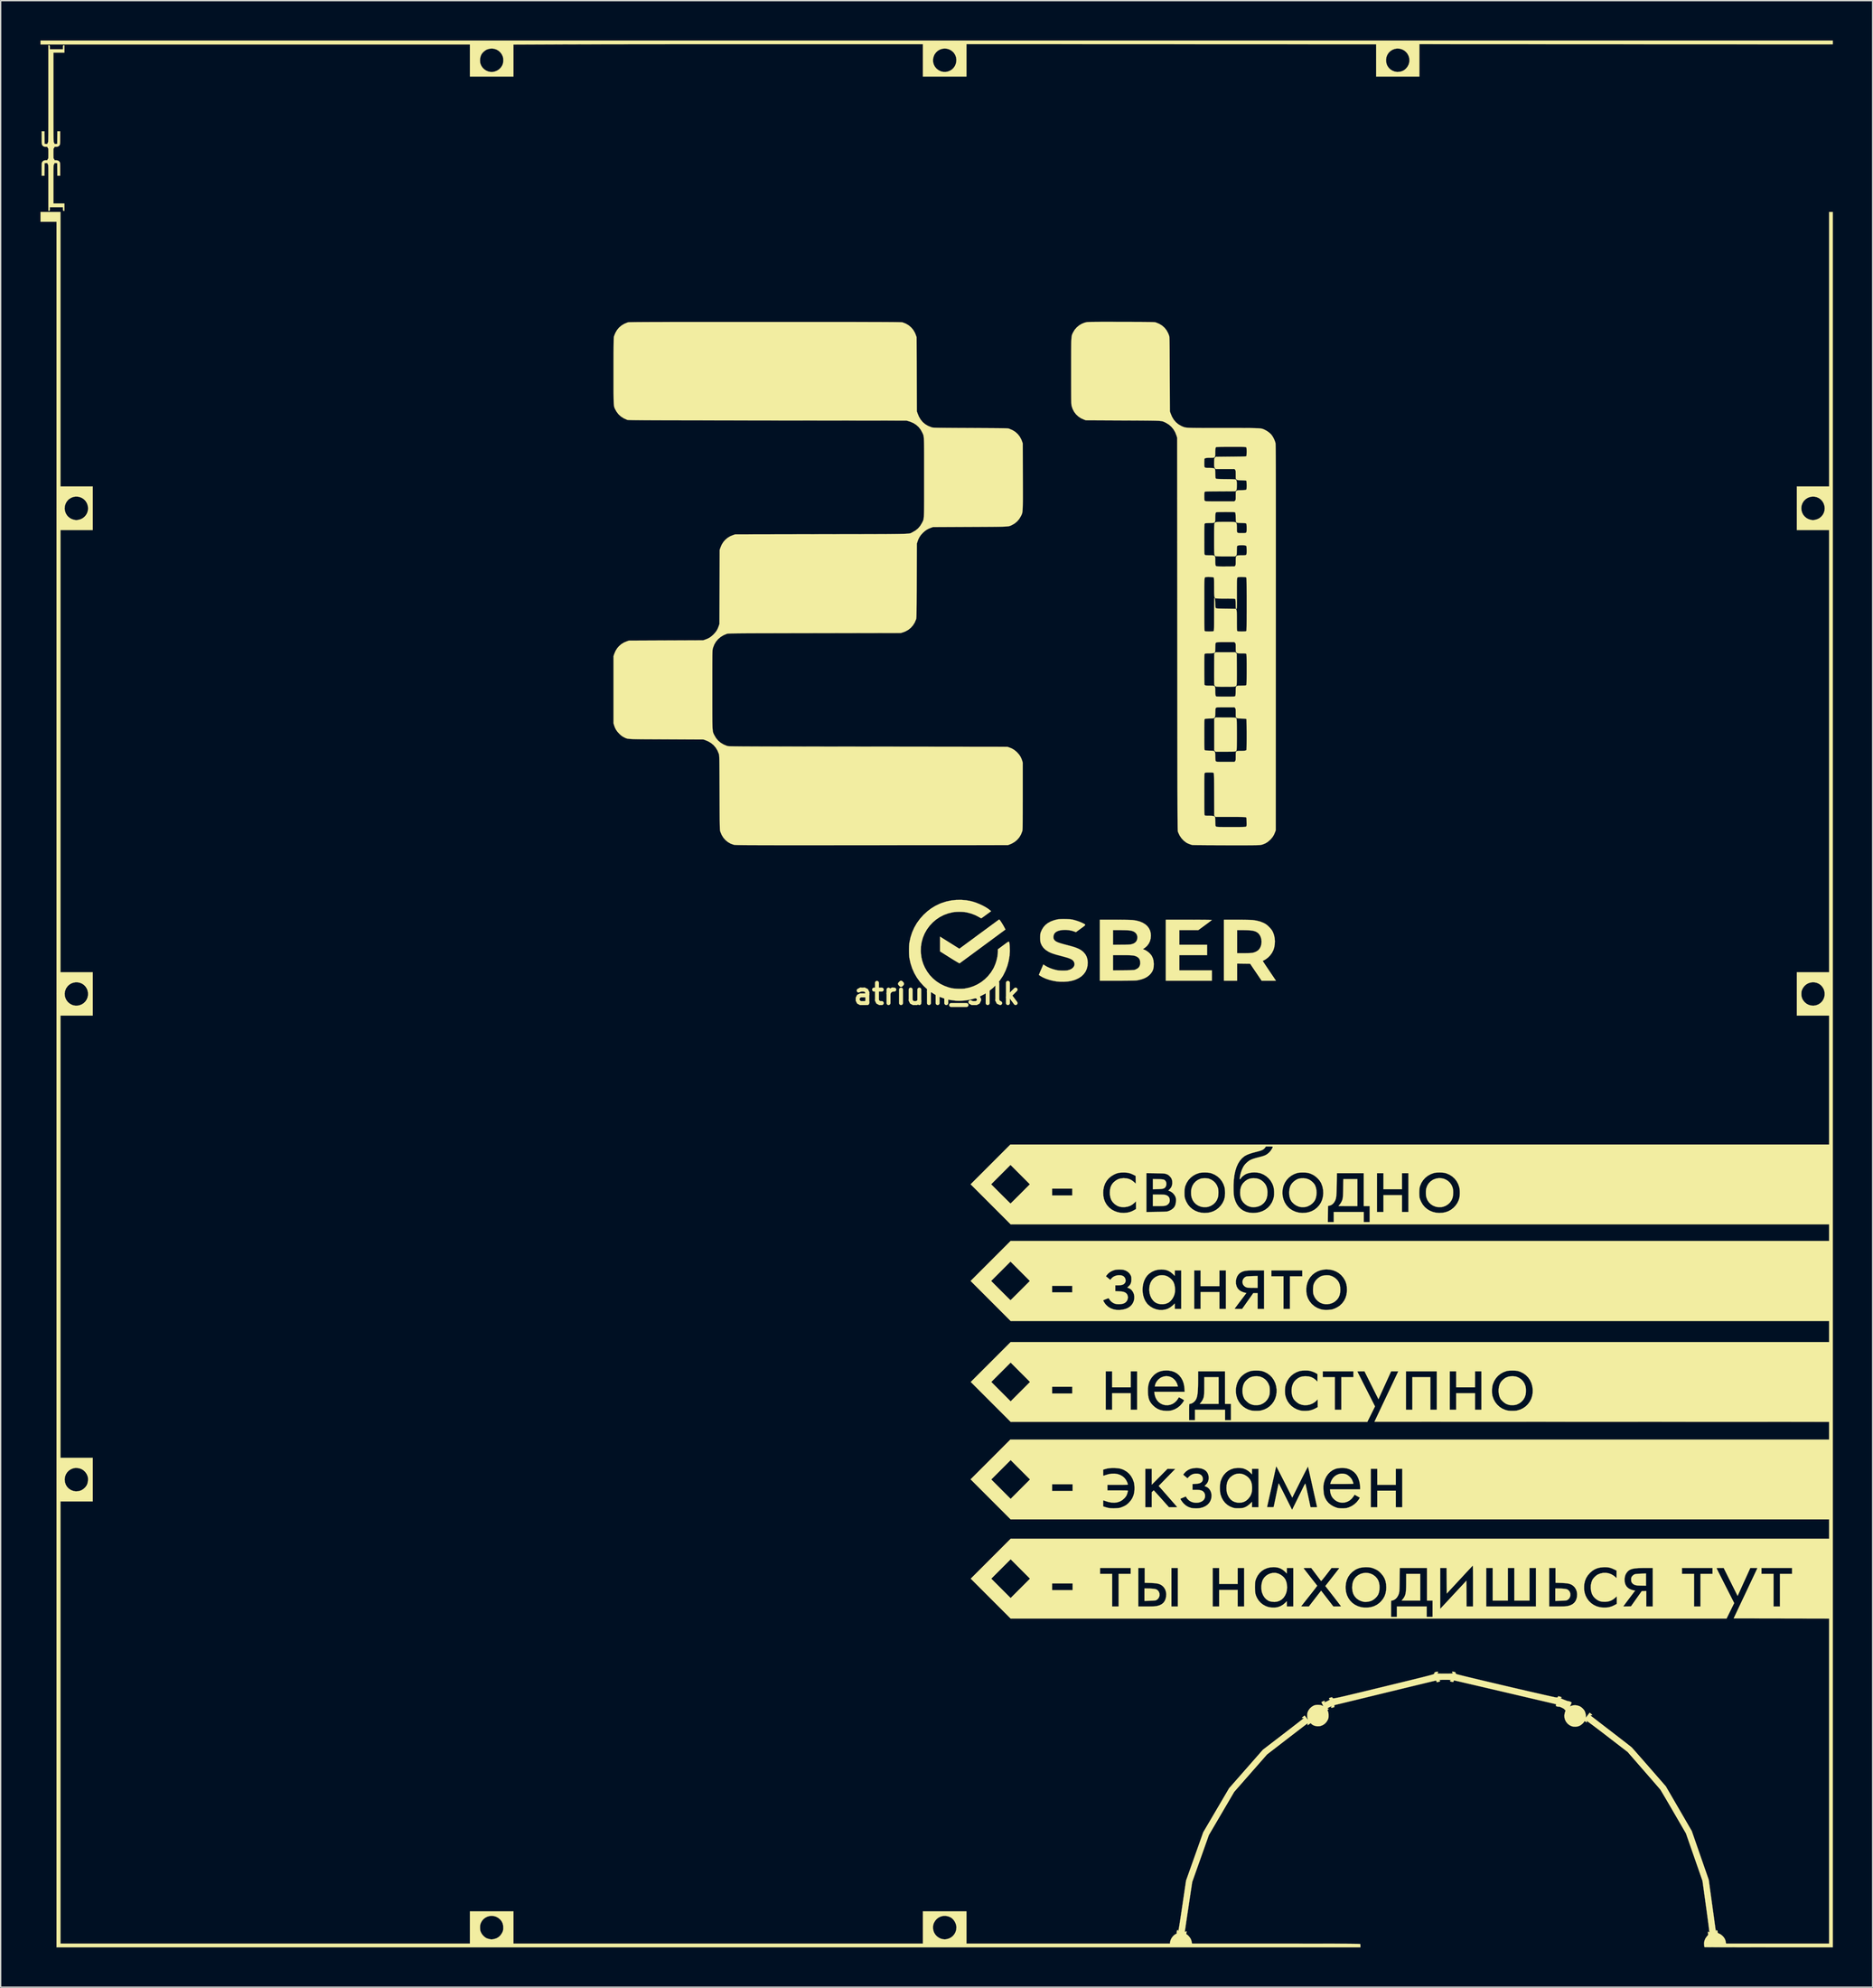
<source format=kicad_pcb>
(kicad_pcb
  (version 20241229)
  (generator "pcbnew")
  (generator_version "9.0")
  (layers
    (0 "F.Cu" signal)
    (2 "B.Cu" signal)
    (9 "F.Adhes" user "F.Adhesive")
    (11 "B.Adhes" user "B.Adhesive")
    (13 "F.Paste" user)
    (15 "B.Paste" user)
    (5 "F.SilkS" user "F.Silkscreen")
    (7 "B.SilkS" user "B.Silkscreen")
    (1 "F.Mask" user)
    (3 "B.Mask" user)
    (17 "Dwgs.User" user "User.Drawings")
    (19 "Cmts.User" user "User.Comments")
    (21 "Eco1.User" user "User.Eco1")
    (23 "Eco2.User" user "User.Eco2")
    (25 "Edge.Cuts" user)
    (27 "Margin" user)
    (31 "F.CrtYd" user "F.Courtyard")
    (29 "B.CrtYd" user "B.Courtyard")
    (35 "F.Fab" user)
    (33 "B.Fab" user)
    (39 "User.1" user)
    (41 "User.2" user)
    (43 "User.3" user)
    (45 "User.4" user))
  (footprint "atrium_silk"
    (layer "F.Cu")
    (at 67.548 71.823)
    (property "Reference" "atrium_silk" (at 0 0 0) (layer "F.SilkS") (effects (font (size 1.524 1.524) (thickness 0.3))))
    (attr through_hole)
    (fp_poly (pts (xy 36.449 45.699) (xy 35.048 45.699) (xy 35.134 45.591) (xy 35.197 45.508) (xy 35.248 45.426) (xy 35.29 45.341) (xy 35.323 45.248) (xy 35.348 45.141) (xy 35.366 45.015) (xy 35.378 44.866) (xy 35.386 44.688) (xy 35.389 44.477) (xy 35.39 44.307) (xy 35.391 43.688) (xy 36.449 43.688) (xy 36.449 45.699)) (stroke (width 0.01) (type solid)) (fill yes) (layer "F.SilkS"))
    (fp_poly (pts (xy 17.466 28.804) (xy 17.63 28.852) (xy 17.782 28.933) (xy 17.916 29.046) (xy 18.03 29.187) (xy 18.118 29.355) (xy 18.169 29.512) (xy 18.183 29.57) (xy 16.442 29.57) (xy 16.457 29.49) (xy 16.505 29.337) (xy 16.589 29.189) (xy 16.702 29.055) (xy 16.837 28.943) (xy 16.941 28.882) (xy 17.117 28.817) (xy 17.293 28.792) (xy 17.466 28.804)) (stroke (width 0.01) (type solid)) (fill yes) (layer "F.SilkS"))
    (fp_poly (pts (xy 21.251 30.882) (xy 19.831 30.882) (xy 19.914 30.782) (xy 19.973 30.703) (xy 20.03 30.613) (xy 20.055 30.567) (xy 20.085 30.502) (xy 20.11 30.436) (xy 20.13 30.365) (xy 20.145 30.284) (xy 20.156 30.187) (xy 20.163 30.069) (xy 20.168 29.924) (xy 20.171 29.748) (xy 20.171 29.535) (xy 20.171 29.522) (xy 20.172 28.871) (xy 21.251 28.871) (xy 21.251 30.882)) (stroke (width 0.01) (type solid)) (fill yes) (layer "F.SilkS"))
    (fp_poly (pts (xy 15.912 44.789) (xy 16.083 44.792) (xy 16.24 44.801) (xy 16.376 44.815) (xy 16.484 44.833) (xy 16.558 44.855) (xy 16.569 44.86) (xy 16.676 44.938) (xy 16.751 45.041) (xy 16.793 45.163) (xy 16.798 45.3) (xy 16.787 45.369) (xy 16.744 45.48) (xy 16.672 45.577) (xy 16.581 45.65) (xy 16.517 45.679) (xy 16.469 45.688) (xy 16.387 45.697) (xy 16.28 45.705) (xy 16.156 45.711) (xy 16.05 45.714) (xy 15.663 45.724) (xy 15.663 44.789) (xy 15.912 44.789)) (stroke (width 0.01) (type solid)) (fill yes) (layer "F.SilkS"))
    (fp_poly (pts (xy 16.685 13.952) (xy 16.84 13.956) (xy 16.96 13.963) (xy 17.051 13.973) (xy 17.119 13.99) (xy 17.17 14.013) (xy 17.211 14.046) (xy 17.249 14.09) (xy 17.256 14.1) (xy 17.302 14.194) (xy 17.318 14.304) (xy 17.305 14.419) (xy 17.262 14.523) (xy 17.248 14.546) (xy 17.205 14.596) (xy 17.152 14.635) (xy 17.083 14.664) (xy 16.993 14.684) (xy 16.875 14.697) (xy 16.723 14.705) (xy 16.653 14.707) (xy 16.298 14.716) (xy 16.298 13.945) (xy 16.685 13.952)) (stroke (width 0.01) (type solid)) (fill yes) (layer "F.SilkS"))
    (fp_poly (pts (xy 24.194 22.14) (xy 23.828 22.138) (xy 23.706 22.137) (xy 23.595 22.134) (xy 23.505 22.132) (xy 23.444 22.129) (xy 23.421 22.126) (xy 23.288 22.08) (xy 23.181 22.005) (xy 23.104 21.906) (xy 23.061 21.794) (xy 23.051 21.676) (xy 23.073 21.559) (xy 23.125 21.452) (xy 23.205 21.363) (xy 23.312 21.299) (xy 23.326 21.293) (xy 23.378 21.282) (xy 23.468 21.272) (xy 23.592 21.264) (xy 23.744 21.258) (xy 23.797 21.256) (xy 24.194 21.247) (xy 24.194 22.14)) (stroke (width 0.01) (type solid)) (fill yes) (layer "F.SilkS"))
    (fp_poly (pts (xy 46.879 44.789) (xy 47.05 44.792) (xy 47.207 44.801) (xy 47.343 44.815) (xy 47.451 44.833) (xy 47.525 44.855) (xy 47.535 44.86) (xy 47.643 44.938) (xy 47.718 45.041) (xy 47.76 45.163) (xy 47.765 45.301) (xy 47.753 45.373) (xy 47.709 45.487) (xy 47.634 45.585) (xy 47.538 45.656) (xy 47.483 45.679) (xy 47.436 45.688) (xy 47.354 45.697) (xy 47.247 45.705) (xy 47.123 45.711) (xy 47.016 45.714) (xy 46.63 45.724) (xy 46.63 44.789) (xy 46.879 44.789)) (stroke (width 0.01) (type solid)) (fill yes) (layer "F.SilkS"))
    (fp_poly (pts (xy 16.895 15.114) (xy 17.025 15.117) (xy 17.125 15.123) (xy 17.201 15.131) (xy 17.258 15.143) (xy 17.267 15.145) (xy 17.394 15.201) (xy 17.487 15.282) (xy 17.546 15.387) (xy 17.571 15.517) (xy 17.571 15.546) (xy 17.56 15.656) (xy 17.523 15.746) (xy 17.452 15.83) (xy 17.418 15.861) (xy 17.37 15.898) (xy 17.317 15.927) (xy 17.254 15.948) (xy 17.176 15.963) (xy 17.075 15.973) (xy 16.947 15.979) (xy 16.784 15.981) (xy 16.71 15.981) (xy 16.298 15.981) (xy 16.298 15.113) (xy 16.728 15.113) (xy 16.895 15.114)) (stroke (width 0.01) (type solid)) (fill yes) (layer "F.SilkS"))
    (fp_poly (pts (xy 31.708 15.981) (xy 30.999 15.981) (xy 30.83 15.981) (xy 30.676 15.98) (xy 30.541 15.979) (xy 30.43 15.978) (xy 30.348 15.976) (xy 30.3 15.974) (xy 30.29 15.973) (xy 30.303 15.954) (xy 30.336 15.915) (xy 30.362 15.886) (xy 30.413 15.822) (xy 30.467 15.741) (xy 30.498 15.688) (xy 30.532 15.62) (xy 30.56 15.557) (xy 30.582 15.493) (xy 30.6 15.423) (xy 30.613 15.341) (xy 30.623 15.241) (xy 30.631 15.12) (xy 30.636 14.97) (xy 30.641 14.787) (xy 30.643 14.631) (xy 30.655 13.949) (xy 31.708 13.949) (xy 31.708 15.981)) (stroke (width 0.01) (type solid)) (fill yes) (layer "F.SilkS"))
    (fp_poly (pts (xy 53.467 44.577) (xy 53.176 44.574) (xy 53.057 44.572) (xy 52.941 44.568) (xy 52.842 44.563) (xy 52.771 44.557) (xy 52.766 44.556) (xy 52.619 44.521) (xy 52.501 44.458) (xy 52.422 44.38) (xy 52.383 44.324) (xy 52.361 44.265) (xy 52.351 44.186) (xy 52.349 44.166) (xy 52.348 44.08) (xy 52.356 44) (xy 52.365 43.956) (xy 52.408 43.879) (xy 52.477 43.804) (xy 52.561 43.742) (xy 52.635 43.71) (xy 52.682 43.701) (xy 52.763 43.692) (xy 52.869 43.684) (xy 52.991 43.677) (xy 53.091 43.673) (xy 53.467 43.66) (xy 53.467 44.577)) (stroke (width 0.01) (type solid)) (fill yes) (layer "F.SilkS"))
    (fp_poly (pts (xy 19.275 -5.588) (xy 19.529 -5.587) (xy 19.768 -5.586) (xy 19.988 -5.585) (xy 20.186 -5.584) (xy 20.358 -5.582) (xy 20.503 -5.58) (xy 20.617 -5.578) (xy 20.696 -5.576) (xy 20.737 -5.573) (xy 20.743 -5.572) (xy 20.726 -5.556) (xy 20.679 -5.518) (xy 20.607 -5.462) (xy 20.512 -5.391) (xy 20.401 -5.307) (xy 20.276 -5.215) (xy 20.229 -5.181) (xy 19.717 -4.805) (xy 18.288 -4.805) (xy 18.288 -3.704) (xy 20.384 -3.704) (xy 20.384 -2.921) (xy 18.288 -2.921) (xy 18.288 -1.778) (xy 20.743 -1.778) (xy 20.743 -0.995) (xy 17.272 -0.995) (xy 17.272 -5.588) (xy 19.008 -5.588) (xy 19.275 -5.588)) (stroke (width 0.01) (type solid)) (fill yes) (layer "F.SilkS"))
    (fp_poly (pts (xy 30.813 36.171) (xy 30.924 36.217) (xy 31.01 36.271) (xy 31.104 36.349) (xy 31.193 36.437) (xy 31.262 36.522) (xy 31.296 36.581) (xy 31.334 36.659) (xy 31.368 36.744) (xy 31.396 36.822) (xy 31.41 36.88) (xy 31.411 36.893) (xy 31.391 36.899) (xy 31.329 36.904) (xy 31.227 36.908) (xy 31.083 36.911) (xy 30.897 36.914) (xy 30.669 36.915) (xy 30.542 36.915) (xy 29.672 36.915) (xy 29.686 36.846) (xy 29.702 36.793) (xy 29.731 36.718) (xy 29.768 36.636) (xy 29.773 36.625) (xy 29.869 36.471) (xy 29.992 36.343) (xy 30.137 36.244) (xy 30.298 36.174) (xy 30.468 36.138) (xy 30.642 36.136) (xy 30.813 36.171)) (stroke (width 0.01) (type solid)) (fill yes) (layer "F.SilkS"))
    (fp_poly (pts (xy 23.014 36.158) (xy 23.195 36.222) (xy 23.368 36.325) (xy 23.498 36.435) (xy 23.61 36.568) (xy 23.692 36.72) (xy 23.747 36.895) (xy 23.774 37.098) (xy 23.778 37.232) (xy 23.767 37.436) (xy 23.729 37.615) (xy 23.664 37.777) (xy 23.605 37.879) (xy 23.474 38.046) (xy 23.326 38.175) (xy 23.161 38.265) (xy 22.979 38.316) (xy 22.781 38.328) (xy 22.659 38.318) (xy 22.467 38.273) (xy 22.301 38.194) (xy 22.158 38.081) (xy 22.038 37.932) (xy 21.961 37.794) (xy 21.908 37.669) (xy 21.873 37.55) (xy 21.853 37.421) (xy 21.845 37.27) (xy 21.844 37.208) (xy 21.857 36.987) (xy 21.897 36.797) (xy 21.966 36.631) (xy 22.066 36.485) (xy 22.13 36.416) (xy 22.29 36.287) (xy 22.462 36.197) (xy 22.643 36.145) (xy 22.828 36.132) (xy 23.014 36.158)) (stroke (width 0.01) (type solid)) (fill yes) (layer "F.SilkS"))
    (fp_poly (pts (xy 24.106 13.895) (xy 24.292 13.945) (xy 24.461 14.03) (xy 24.619 14.154) (xy 24.621 14.156) (xy 24.749 14.3) (xy 24.843 14.462) (xy 24.903 14.647) (xy 24.933 14.856) (xy 24.936 14.963) (xy 24.92 15.196) (xy 24.871 15.402) (xy 24.788 15.583) (xy 24.672 15.739) (xy 24.522 15.871) (xy 24.423 15.934) (xy 24.266 16.003) (xy 24.09 16.047) (xy 23.907 16.065) (xy 23.729 16.055) (xy 23.601 16.026) (xy 23.473 15.979) (xy 23.368 15.924) (xy 23.265 15.85) (xy 23.222 15.815) (xy 23.087 15.677) (xy 22.986 15.519) (xy 22.918 15.339) (xy 22.882 15.133) (xy 22.875 14.965) (xy 22.889 14.748) (xy 22.93 14.56) (xy 23.001 14.395) (xy 23.103 14.248) (xy 23.24 14.113) (xy 23.263 14.094) (xy 23.412 13.992) (xy 23.569 13.925) (xy 23.743 13.888) (xy 23.897 13.88) (xy 24.106 13.895)) (stroke (width 0.01) (type solid)) (fill yes) (layer "F.SilkS"))
    (fp_poly (pts (xy 25.586 43.621) (xy 25.754 43.667) (xy 25.916 43.746) (xy 26.065 43.85) (xy 26.191 43.974) (xy 26.285 44.112) (xy 26.296 44.133) (xy 26.363 44.312) (xy 26.402 44.513) (xy 26.413 44.722) (xy 26.395 44.928) (xy 26.348 45.118) (xy 26.347 45.123) (xy 26.258 45.322) (xy 26.143 45.488) (xy 26.004 45.62) (xy 25.844 45.717) (xy 25.664 45.778) (xy 25.468 45.801) (xy 25.258 45.785) (xy 25.195 45.773) (xy 25.117 45.754) (xy 25.05 45.733) (xy 25.015 45.719) (xy 24.854 45.611) (xy 24.717 45.471) (xy 24.608 45.303) (xy 24.529 45.109) (xy 24.5 44.997) (xy 24.475 44.811) (xy 24.474 44.616) (xy 24.496 44.425) (xy 24.539 44.249) (xy 24.589 44.124) (xy 24.692 43.966) (xy 24.825 43.833) (xy 24.982 43.727) (xy 25.156 43.654) (xy 25.34 43.615) (xy 25.53 43.613) (xy 25.586 43.621)) (stroke (width 0.01) (type solid)) (fill yes) (layer "F.SilkS"))
    (fp_poly (pts (xy 17.131 21.196) (xy 17.266 21.225) (xy 17.279 21.229) (xy 17.443 21.303) (xy 17.595 21.407) (xy 17.727 21.532) (xy 17.829 21.671) (xy 17.85 21.71) (xy 17.91 21.865) (xy 17.95 22.046) (xy 17.968 22.237) (xy 17.963 22.427) (xy 17.938 22.583) (xy 17.883 22.749) (xy 17.802 22.909) (xy 17.7 23.054) (xy 17.584 23.175) (xy 17.46 23.263) (xy 17.445 23.271) (xy 17.26 23.342) (xy 17.063 23.375) (xy 16.864 23.37) (xy 16.849 23.368) (xy 16.678 23.331) (xy 16.537 23.274) (xy 16.413 23.191) (xy 16.312 23.092) (xy 16.195 22.931) (xy 16.107 22.744) (xy 16.049 22.539) (xy 16.024 22.32) (xy 16.033 22.096) (xy 16.055 21.961) (xy 16.117 21.762) (xy 16.213 21.588) (xy 16.341 21.44) (xy 16.498 21.32) (xy 16.682 21.233) (xy 16.696 21.228) (xy 16.828 21.198) (xy 16.979 21.187) (xy 17.131 21.196)) (stroke (width 0.01) (type solid)) (fill yes) (layer "F.SilkS"))
    (fp_poly (pts (xy 32.531 43.626) (xy 32.72 43.675) (xy 32.897 43.759) (xy 33.057 43.878) (xy 33.086 43.906) (xy 33.205 44.044) (xy 33.291 44.197) (xy 33.348 44.369) (xy 33.377 44.567) (xy 33.382 44.703) (xy 33.37 44.907) (xy 33.336 45.09) (xy 33.28 45.243) (xy 33.274 45.255) (xy 33.185 45.39) (xy 33.064 45.519) (xy 32.922 45.632) (xy 32.811 45.697) (xy 32.696 45.743) (xy 32.559 45.777) (xy 32.415 45.797) (xy 32.28 45.801) (xy 32.184 45.791) (xy 31.991 45.738) (xy 31.827 45.663) (xy 31.682 45.562) (xy 31.613 45.5) (xy 31.493 45.358) (xy 31.406 45.198) (xy 31.349 45.014) (xy 31.322 44.805) (xy 31.319 44.693) (xy 31.335 44.472) (xy 31.381 44.278) (xy 31.458 44.107) (xy 31.569 43.956) (xy 31.62 43.903) (xy 31.779 43.778) (xy 31.955 43.687) (xy 32.143 43.632) (xy 32.337 43.611) (xy 32.531 43.626)) (stroke (width 0.01) (type solid)) (fill yes) (layer "F.SilkS"))
    (fp_poly (pts (xy 27.863 13.91) (xy 28.046 13.972) (xy 28.058 13.978) (xy 28.187 14.053) (xy 28.311 14.152) (xy 28.419 14.263) (xy 28.501 14.376) (xy 28.517 14.404) (xy 28.584 14.581) (xy 28.624 14.778) (xy 28.636 14.986) (xy 28.619 15.192) (xy 28.575 15.387) (xy 28.521 15.522) (xy 28.429 15.665) (xy 28.303 15.796) (xy 28.151 15.909) (xy 27.981 15.996) (xy 27.878 16.032) (xy 27.755 16.055) (xy 27.612 16.064) (xy 27.467 16.057) (xy 27.338 16.035) (xy 27.305 16.026) (xy 27.109 15.942) (xy 26.936 15.827) (xy 26.791 15.685) (xy 26.735 15.612) (xy 26.657 15.466) (xy 26.604 15.295) (xy 26.574 15.107) (xy 26.57 14.912) (xy 26.59 14.719) (xy 26.635 14.537) (xy 26.686 14.416) (xy 26.771 14.283) (xy 26.889 14.157) (xy 27.026 14.047) (xy 27.174 13.962) (xy 27.273 13.923) (xy 27.464 13.885) (xy 27.665 13.881) (xy 27.863 13.91)) (stroke (width 0.01) (type solid)) (fill yes) (layer "F.SilkS"))
    (fp_poly (pts (xy 29.563 21.197) (xy 29.631 21.209) (xy 29.811 21.269) (xy 29.983 21.365) (xy 30.098 21.456) (xy 30.222 21.586) (xy 30.314 21.728) (xy 30.377 21.889) (xy 30.413 22.073) (xy 30.424 22.278) (xy 30.411 22.501) (xy 30.369 22.696) (xy 30.296 22.866) (xy 30.19 23.015) (xy 30.049 23.147) (xy 29.946 23.221) (xy 29.805 23.293) (xy 29.64 23.345) (xy 29.467 23.373) (xy 29.302 23.375) (xy 29.295 23.374) (xy 29.092 23.335) (xy 28.906 23.259) (xy 28.741 23.149) (xy 28.6 23.008) (xy 28.487 22.841) (xy 28.406 22.649) (xy 28.395 22.613) (xy 28.377 22.512) (xy 28.368 22.383) (xy 28.368 22.241) (xy 28.376 22.098) (xy 28.393 21.968) (xy 28.416 21.87) (xy 28.487 21.712) (xy 28.592 21.562) (xy 28.724 21.428) (xy 28.874 21.319) (xy 29.013 21.25) (xy 29.131 21.217) (xy 29.274 21.197) (xy 29.423 21.19) (xy 29.563 21.197)) (stroke (width 0.01) (type solid)) (fill yes) (layer "F.SilkS"))
    (fp_poly (pts (xy 38.035 13.882) (xy 38.22 13.922) (xy 38.394 13.994) (xy 38.552 14.096) (xy 38.689 14.226) (xy 38.8 14.382) (xy 38.881 14.562) (xy 38.905 14.647) (xy 38.926 14.773) (xy 38.933 14.923) (xy 38.929 15.08) (xy 38.914 15.228) (xy 38.888 15.352) (xy 38.887 15.356) (xy 38.809 15.542) (xy 38.697 15.705) (xy 38.553 15.843) (xy 38.382 15.953) (xy 38.186 16.031) (xy 38.064 16.055) (xy 37.92 16.063) (xy 37.771 16.056) (xy 37.636 16.034) (xy 37.603 16.025) (xy 37.412 15.948) (xy 37.244 15.838) (xy 37.103 15.698) (xy 36.992 15.532) (xy 36.916 15.344) (xy 36.912 15.33) (xy 36.886 15.198) (xy 36.874 15.043) (xy 36.874 14.882) (xy 36.888 14.732) (xy 36.906 14.64) (xy 36.977 14.445) (xy 37.083 14.273) (xy 37.221 14.128) (xy 37.39 14.01) (xy 37.454 13.978) (xy 37.647 13.908) (xy 37.842 13.876) (xy 38.035 13.882)) (stroke (width 0.01) (type solid)) (fill yes) (layer "F.SilkS"))
    (fp_poly (pts (xy 20.319 13.884) (xy 20.451 13.901) (xy 20.511 13.915) (xy 20.7 13.992) (xy 20.867 14.103) (xy 21.008 14.243) (xy 21.119 14.409) (xy 21.196 14.596) (xy 21.21 14.647) (xy 21.23 14.773) (xy 21.238 14.923) (xy 21.234 15.08) (xy 21.219 15.228) (xy 21.193 15.352) (xy 21.191 15.356) (xy 21.114 15.542) (xy 21.001 15.705) (xy 20.858 15.843) (xy 20.686 15.953) (xy 20.491 16.031) (xy 20.369 16.055) (xy 20.225 16.063) (xy 20.076 16.056) (xy 19.94 16.034) (xy 19.907 16.025) (xy 19.716 15.948) (xy 19.548 15.838) (xy 19.407 15.698) (xy 19.297 15.532) (xy 19.22 15.344) (xy 19.216 15.33) (xy 19.191 15.198) (xy 19.179 15.043) (xy 19.179 14.882) (xy 19.193 14.732) (xy 19.211 14.64) (xy 19.282 14.446) (xy 19.387 14.273) (xy 19.524 14.127) (xy 19.688 14.01) (xy 19.877 13.926) (xy 19.916 13.913) (xy 20.034 13.891) (xy 20.174 13.881) (xy 20.319 13.884)) (stroke (width 0.01) (type solid)) (fill yes) (layer "F.SilkS"))
    (fp_poly (pts (xy 21.768 -20.827) (xy 21.972 -20.827) (xy 22.138 -20.826) (xy 22.27 -20.825) (xy 22.372 -20.821) (xy 22.449 -20.815) (xy 22.505 -20.807) (xy 22.543 -20.795) (xy 22.568 -20.78) (xy 22.585 -20.759) (xy 22.597 -20.734) (xy 22.605 -20.714) (xy 22.611 -20.677) (xy 22.615 -20.6) (xy 22.619 -20.482) (xy 22.622 -20.326) (xy 22.625 -20.131) (xy 22.626 -19.9) (xy 22.627 -19.633) (xy 22.627 -19.537) (xy 22.627 -19.258) (xy 22.625 -19.015) (xy 22.623 -18.808) (xy 22.62 -18.639) (xy 22.617 -18.508) (xy 22.612 -18.417) (xy 22.607 -18.367) (xy 22.605 -18.36) (xy 22.594 -18.331) (xy 22.58 -18.307) (xy 22.561 -18.289) (xy 22.532 -18.274) (xy 22.489 -18.264) (xy 22.428 -18.256) (xy 22.343 -18.251) (xy 22.232 -18.248) (xy 22.09 -18.247) (xy 21.912 -18.246) (xy 21.768 -18.246) (xy 21.026 -18.246) (xy 20.975 -18.3) (xy 20.923 -18.355) (xy 20.923 -20.719) (xy 20.975 -20.773) (xy 21.026 -20.828) (xy 21.768 -20.827)) (stroke (width 0.01) (type solid)) (fill yes) (layer "F.SilkS"))
    (fp_poly (pts (xy 22.565 -25.684) (xy 22.617 -25.629) (xy 22.622 -24.473) (xy 22.624 -24.201) (xy 22.624 -23.969) (xy 22.623 -23.774) (xy 22.622 -23.615) (xy 22.62 -23.487) (xy 22.617 -23.39) (xy 22.613 -23.32) (xy 22.608 -23.275) (xy 22.603 -23.255) (xy 22.588 -23.224) (xy 22.568 -23.199) (xy 22.54 -23.179) (xy 22.499 -23.163) (xy 22.44 -23.152) (xy 22.36 -23.145) (xy 22.254 -23.14) (xy 22.118 -23.137) (xy 21.948 -23.136) (xy 21.765 -23.136) (xy 21.566 -23.137) (xy 21.405 -23.138) (xy 21.278 -23.141) (xy 21.181 -23.144) (xy 21.11 -23.15) (xy 21.061 -23.156) (xy 21.029 -23.164) (xy 21.025 -23.166) (xy 20.97 -23.204) (xy 20.937 -23.268) (xy 20.934 -23.276) (xy 20.928 -23.314) (xy 20.923 -23.383) (xy 20.92 -23.486) (xy 20.917 -23.625) (xy 20.916 -23.799) (xy 20.915 -24.012) (xy 20.916 -24.265) (xy 20.917 -24.493) (xy 20.923 -25.629) (xy 20.975 -25.684) (xy 21.026 -25.739) (xy 22.514 -25.739) (xy 22.565 -25.684)) (stroke (width 0.01) (type solid)) (fill yes) (layer "F.SilkS"))
    (fp_poly (pts (xy 24.338 28.82) (xy 24.405 28.838) (xy 24.587 28.915) (xy 24.75 29.027) (xy 24.887 29.169) (xy 24.996 29.336) (xy 25.072 29.523) (xy 25.084 29.57) (xy 25.101 29.675) (xy 25.11 29.805) (xy 25.11 29.944) (xy 25.103 30.078) (xy 25.088 30.188) (xy 25.084 30.205) (xy 25.016 30.398) (xy 24.913 30.57) (xy 24.778 30.719) (xy 24.616 30.84) (xy 24.428 30.929) (xy 24.395 30.94) (xy 24.29 30.963) (xy 24.162 30.976) (xy 24.027 30.978) (xy 23.902 30.968) (xy 23.842 30.958) (xy 23.75 30.931) (xy 23.654 30.896) (xy 23.606 30.874) (xy 23.516 30.819) (xy 23.418 30.742) (xy 23.323 30.654) (xy 23.241 30.566) (xy 23.189 30.493) (xy 23.118 30.333) (xy 23.071 30.153) (xy 23.05 29.96) (xy 23.054 29.764) (xy 23.082 29.575) (xy 23.135 29.402) (xy 23.211 29.254) (xy 23.216 29.248) (xy 23.3 29.144) (xy 23.407 29.041) (xy 23.521 28.952) (xy 23.608 28.9) (xy 23.774 28.836) (xy 23.96 28.801) (xy 24.152 28.796) (xy 24.338 28.82)) (stroke (width 0.01) (type solid)) (fill yes) (layer "F.SilkS"))
    (fp_poly (pts (xy 43.642 28.82) (xy 43.709 28.838) (xy 43.891 28.915) (xy 44.054 29.027) (xy 44.191 29.169) (xy 44.3 29.336) (xy 44.376 29.523) (xy 44.388 29.57) (xy 44.405 29.675) (xy 44.414 29.805) (xy 44.414 29.944) (xy 44.407 30.078) (xy 44.392 30.188) (xy 44.388 30.205) (xy 44.32 30.398) (xy 44.217 30.57) (xy 44.082 30.719) (xy 43.92 30.84) (xy 43.732 30.929) (xy 43.699 30.94) (xy 43.594 30.963) (xy 43.466 30.976) (xy 43.331 30.978) (xy 43.206 30.968) (xy 43.146 30.958) (xy 43.054 30.931) (xy 42.958 30.896) (xy 42.91 30.874) (xy 42.818 30.817) (xy 42.717 30.738) (xy 42.621 30.648) (xy 42.54 30.558) (xy 42.496 30.495) (xy 42.423 30.335) (xy 42.376 30.154) (xy 42.354 29.961) (xy 42.358 29.765) (xy 42.386 29.576) (xy 42.439 29.402) (xy 42.516 29.253) (xy 42.52 29.248) (xy 42.604 29.144) (xy 42.711 29.041) (xy 42.825 28.952) (xy 42.912 28.9) (xy 43.078 28.836) (xy 43.264 28.801) (xy 43.456 28.796) (xy 43.642 28.82)) (stroke (width 0.01) (type solid)) (fill yes) (layer "F.SilkS"))
    (fp_poly (pts (xy 4.73 -5.596) (xy 4.753 -5.574) (xy 4.82 -5.482) (xy 4.896 -5.366) (xy 4.976 -5.237) (xy 5.05 -5.11) (xy 5.084 -5.046) (xy 5.186 -4.853) (xy 3.468 -3.585) (xy 3.229 -3.409) (xy 2.999 -3.239) (xy 2.781 -3.079) (xy 2.577 -2.928) (xy 2.389 -2.79) (xy 2.22 -2.666) (xy 2.072 -2.557) (xy 1.947 -2.466) (xy 1.848 -2.393) (xy 1.777 -2.341) (xy 1.736 -2.311) (xy 1.727 -2.305) (xy 1.705 -2.313) (xy 1.65 -2.342) (xy 1.568 -2.388) (xy 1.462 -2.451) (xy 1.336 -2.527) (xy 1.194 -2.614) (xy 1.04 -2.71) (xy 0.979 -2.748) (xy 0.254 -3.204) (xy 0.254 -4.316) (xy 0.915 -3.901) (xy 1.069 -3.805) (xy 1.214 -3.714) (xy 1.345 -3.632) (xy 1.458 -3.561) (xy 1.549 -3.505) (xy 1.613 -3.465) (xy 1.645 -3.445) (xy 1.713 -3.404) (xy 3.19 -4.493) (xy 3.412 -4.656) (xy 3.624 -4.812) (xy 3.825 -4.96) (xy 4.011 -5.096) (xy 4.18 -5.221) (xy 4.329 -5.33) (xy 4.456 -5.424) (xy 4.559 -5.499) (xy 4.635 -5.554) (xy 4.681 -5.587) (xy 4.695 -5.597) (xy 4.73 -5.596)) (stroke (width 0.01) (type solid)) (fill yes) (layer "F.SilkS"))
    (fp_poly (pts (xy 22.622 -5.588) (xy 22.83 -5.588) (xy 23.033 -5.586) (xy 23.225 -5.584) (xy 23.401 -5.581) (xy 23.555 -5.578) (xy 23.682 -5.574) (xy 23.776 -5.57) (xy 23.816 -5.567) (xy 24.108 -5.523) (xy 24.381 -5.452) (xy 24.628 -5.355) (xy 24.658 -5.341) (xy 24.755 -5.289) (xy 24.836 -5.238) (xy 24.913 -5.179) (xy 24.998 -5.101) (xy 25.05 -5.05) (xy 25.168 -4.925) (xy 25.259 -4.81) (xy 25.329 -4.691) (xy 25.386 -4.555) (xy 25.433 -4.413) (xy 25.478 -4.199) (xy 25.494 -3.968) (xy 25.483 -3.732) (xy 25.444 -3.504) (xy 25.38 -3.301) (xy 25.275 -3.095) (xy 25.136 -2.904) (xy 24.969 -2.736) (xy 24.783 -2.598) (xy 24.691 -2.546) (xy 24.632 -2.516) (xy 24.59 -2.494) (xy 24.578 -2.486) (xy 24.588 -2.468) (xy 24.619 -2.418) (xy 24.669 -2.342) (xy 24.735 -2.241) (xy 24.815 -2.121) (xy 24.907 -1.984) (xy 25.007 -1.836) (xy 25.033 -1.797) (xy 25.137 -1.643) (xy 25.235 -1.498) (xy 25.324 -1.367) (xy 25.401 -1.253) (xy 25.463 -1.16) (xy 25.508 -1.094) (xy 25.532 -1.057) (xy 25.534 -1.054) (xy 25.573 -0.995) (xy 24.496 -0.995) (xy 24.062 -1.635) (xy 23.629 -2.275) (xy 23.139 -2.281) (xy 22.648 -2.287) (xy 22.648 -0.995) (xy 21.654 -0.995) (xy 21.654 -4.805) (xy 22.648 -4.805) (xy 22.648 -3.069) (xy 23.172 -3.07) (xy 23.388 -3.072) (xy 23.562 -3.076) (xy 23.697 -3.083) (xy 23.794 -3.093) (xy 23.828 -3.099) (xy 23.984 -3.145) (xy 24.126 -3.213) (xy 24.242 -3.295) (xy 24.267 -3.319) (xy 24.365 -3.446) (xy 24.435 -3.595) (xy 24.476 -3.759) (xy 24.49 -3.93) (xy 24.476 -4.101) (xy 24.435 -4.264) (xy 24.367 -4.413) (xy 24.273 -4.54) (xy 24.199 -4.606) (xy 24.118 -4.661) (xy 24.027 -4.705) (xy 23.923 -4.74) (xy 23.799 -4.767) (xy 23.653 -4.785) (xy 23.477 -4.797) (xy 23.268 -4.804) (xy 23.088 -4.805) (xy 22.648 -4.805) (xy 21.654 -4.805) (xy 21.654 -5.588) (xy 22.622 -5.588)) (stroke (width 0.01) (type solid)) (fill yes) (layer "F.SilkS"))
    (fp_poly (pts (xy 13.661 -5.588) (xy 13.885 -5.586) (xy 14.095 -5.584) (xy 14.286 -5.582) (xy 14.454 -5.579) (xy 14.594 -5.575) (xy 14.702 -5.571) (xy 14.772 -5.566) (xy 14.777 -5.566) (xy 15.058 -5.523) (xy 15.309 -5.455) (xy 15.53 -5.362) (xy 15.719 -5.247) (xy 15.876 -5.109) (xy 15.998 -4.951) (xy 16.086 -4.772) (xy 16.136 -4.575) (xy 16.15 -4.393) (xy 16.13 -4.173) (xy 16.073 -3.967) (xy 15.98 -3.78) (xy 15.854 -3.615) (xy 15.697 -3.477) (xy 15.665 -3.455) (xy 15.541 -3.372) (xy 15.618 -3.345) (xy 15.768 -3.276) (xy 15.917 -3.178) (xy 16.054 -3.06) (xy 16.167 -2.931) (xy 16.217 -2.857) (xy 16.294 -2.694) (xy 16.343 -2.515) (xy 16.365 -2.312) (xy 16.367 -2.233) (xy 16.357 -2.031) (xy 16.321 -1.856) (xy 16.257 -1.701) (xy 16.16 -1.557) (xy 16.035 -1.421) (xy 15.867 -1.288) (xy 15.664 -1.179) (xy 15.426 -1.093) (xy 15.155 -1.032) (xy 15.061 -1.017) (xy 15.002 -1.012) (xy 14.904 -1.008) (xy 14.768 -1.004) (xy 14.597 -1.001) (xy 14.393 -0.998) (xy 14.158 -0.996) (xy 13.895 -0.995) (xy 13.607 -0.995) (xy 12.298 -0.995) (xy 12.298 -1.775) (xy 13.293 -1.775) (xy 14.081 -1.782) (xy 14.285 -1.784) (xy 14.451 -1.786) (xy 14.585 -1.788) (xy 14.689 -1.791) (xy 14.771 -1.795) (xy 14.833 -1.799) (xy 14.88 -1.805) (xy 14.918 -1.813) (xy 14.951 -1.823) (xy 14.984 -1.835) (xy 14.993 -1.839) (xy 15.134 -1.911) (xy 15.238 -2.001) (xy 15.306 -2.111) (xy 15.34 -2.244) (xy 15.345 -2.33) (xy 15.333 -2.486) (xy 15.292 -2.612) (xy 15.22 -2.712) (xy 15.117 -2.791) (xy 15.088 -2.807) (xy 15.027 -2.835) (xy 14.965 -2.859) (xy 14.898 -2.878) (xy 14.821 -2.893) (xy 14.728 -2.904) (xy 14.615 -2.911) (xy 14.477 -2.916) (xy 14.309 -2.919) (xy 14.106 -2.92) (xy 13.996 -2.921) (xy 13.293 -2.921) (xy 13.293 -1.775) (xy 12.298 -1.775) (xy 12.298 -4.805) (xy 13.293 -4.805) (xy 13.293 -3.704) (xy 13.901 -3.705) (xy 14.107 -3.705) (xy 14.274 -3.708) (xy 14.408 -3.712) (xy 14.514 -3.718) (xy 14.595 -3.726) (xy 14.654 -3.735) (xy 14.818 -3.785) (xy 14.946 -3.856) (xy 15.04 -3.95) (xy 15.1 -4.067) (xy 15.116 -4.128) (xy 15.131 -4.282) (xy 15.106 -4.42) (xy 15.045 -4.54) (xy 14.949 -4.639) (xy 14.852 -4.698) (xy 14.784 -4.727) (xy 14.708 -4.751) (xy 14.621 -4.77) (xy 14.517 -4.784) (xy 14.391 -4.794) (xy 14.238 -4.8) (xy 14.053 -4.804) (xy 13.83 -4.805) (xy 13.293 -4.805) (xy 12.298 -4.805) (xy 12.298 -5.588) (xy 13.428 -5.588) (xy 13.661 -5.588)) (stroke (width 0.01) (type solid)) (fill yes) (layer "F.SilkS"))
    (fp_poly (pts (xy 2.223 -7.056) (xy 2.519 -7.005) (xy 2.751 -6.945) (xy 2.993 -6.864) (xy 3.235 -6.766) (xy 3.47 -6.656) (xy 3.688 -6.537) (xy 3.882 -6.414) (xy 4.037 -6.293) (xy 4.106 -6.234) (xy 3.744 -5.969) (xy 3.635 -5.89) (xy 3.539 -5.82) (xy 3.459 -5.763) (xy 3.4 -5.722) (xy 3.369 -5.7) (xy 3.366 -5.698) (xy 3.342 -5.706) (xy 3.292 -5.731) (xy 3.225 -5.769) (xy 3.205 -5.782) (xy 2.919 -5.932) (xy 2.605 -6.052) (xy 2.267 -6.14) (xy 2.212 -6.151) (xy 2.063 -6.171) (xy 1.886 -6.183) (xy 1.696 -6.187) (xy 1.505 -6.181) (xy 1.328 -6.167) (xy 1.208 -6.15) (xy 0.869 -6.068) (xy 0.543 -5.947) (xy 0.235 -5.789) (xy -0.053 -5.594) (xy -0.294 -5.387) (xy -0.533 -5.13) (xy -0.738 -4.851) (xy -0.906 -4.553) (xy -1.037 -4.24) (xy -1.129 -3.913) (xy -1.182 -3.577) (xy -1.195 -3.234) (xy -1.184 -3.049) (xy -1.148 -2.761) (xy -1.088 -2.497) (xy -1.002 -2.241) (xy -0.889 -1.988) (xy -0.718 -1.689) (xy -0.515 -1.414) (xy -0.281 -1.167) (xy -0.019 -0.949) (xy 0.267 -0.762) (xy 0.576 -0.608) (xy 0.903 -0.49) (xy 1.122 -0.434) (xy 1.245 -0.414) (xy 1.397 -0.399) (xy 1.567 -0.389) (xy 1.74 -0.385) (xy 1.905 -0.387) (xy 2.048 -0.396) (xy 2.102 -0.402) (xy 2.441 -0.47) (xy 2.767 -0.577) (xy 3.077 -0.72) (xy 3.367 -0.897) (xy 3.634 -1.107) (xy 3.875 -1.346) (xy 4.088 -1.613) (xy 4.269 -1.905) (xy 4.328 -2.021) (xy 4.432 -2.267) (xy 4.515 -2.527) (xy 4.575 -2.79) (xy 4.608 -3.043) (xy 4.614 -3.189) (xy 4.614 -3.362) (xy 5.032 -3.67) (xy 5.168 -3.771) (xy 5.272 -3.848) (xy 5.35 -3.901) (xy 5.406 -3.929) (xy 5.443 -3.932) (xy 5.466 -3.909) (xy 5.481 -3.859) (xy 5.49 -3.783) (xy 5.498 -3.679) (xy 5.504 -3.611) (xy 5.518 -3.241) (xy 5.492 -2.864) (xy 5.429 -2.488) (xy 5.33 -2.118) (xy 5.196 -1.761) (xy 5.029 -1.423) (xy 4.977 -1.333) (xy 4.76 -1.012) (xy 4.511 -0.714) (xy 4.233 -0.443) (xy 3.93 -0.2) (xy 3.606 0.01) (xy 3.264 0.187) (xy 2.908 0.326) (xy 2.678 0.394) (xy 2.349 0.463) (xy 2.012 0.505) (xy 1.68 0.519) (xy 1.408 0.508) (xy 1.003 0.454) (xy 0.615 0.36) (xy 0.244 0.228) (xy -0.109 0.058) (xy -0.444 -0.151) (xy -0.761 -0.398) (xy -0.983 -0.605) (xy -1.253 -0.904) (xy -1.488 -1.226) (xy -1.685 -1.568) (xy -1.846 -1.931) (xy -1.969 -2.313) (xy -2.055 -2.714) (xy -2.056 -2.72) (xy -2.068 -2.825) (xy -2.077 -2.961) (xy -2.082 -3.118) (xy -2.084 -3.286) (xy -2.082 -3.454) (xy -2.077 -3.612) (xy -2.068 -3.748) (xy -2.056 -3.852) (xy -1.971 -4.252) (xy -1.849 -4.633) (xy -1.688 -4.995) (xy -1.491 -5.337) (xy -1.255 -5.66) (xy -0.983 -5.963) (xy -0.975 -5.97) (xy -0.697 -6.225) (xy -0.41 -6.443) (xy -0.106 -6.629) (xy 0.223 -6.788) (xy 0.381 -6.851) (xy 0.728 -6.962) (xy 1.093 -7.039) (xy 1.469 -7.08) (xy 1.848 -7.086) (xy 2.223 -7.056)) (stroke (width 0.01) (type solid)) (fill yes) (layer "F.SilkS"))
    (fp_poly (pts (xy 9.772 -5.64) (xy 9.928 -5.633) (xy 10.067 -5.624) (xy 10.181 -5.61) (xy 10.223 -5.603) (xy 10.407 -5.557) (xy 10.6 -5.498) (xy 10.786 -5.431) (xy 10.952 -5.36) (xy 10.999 -5.337) (xy 11.083 -5.296) (xy 11.144 -5.263) (xy 11.183 -5.235) (xy 11.197 -5.207) (xy 11.185 -5.175) (xy 11.145 -5.134) (xy 11.077 -5.079) (xy 10.978 -5.006) (xy 10.866 -4.925) (xy 10.495 -4.653) (xy 10.386 -4.697) (xy 10.185 -4.761) (xy 9.968 -4.803) (xy 9.745 -4.823) (xy 9.526 -4.819) (xy 9.321 -4.792) (xy 9.141 -4.742) (xy 9.002 -4.673) (xy 8.9 -4.583) (xy 8.834 -4.473) (xy 8.805 -4.342) (xy 8.803 -4.294) (xy 8.807 -4.207) (xy 8.824 -4.143) (xy 8.856 -4.085) (xy 8.896 -4.034) (xy 8.946 -3.988) (xy 9.013 -3.945) (xy 9.098 -3.902) (xy 9.207 -3.859) (xy 9.343 -3.814) (xy 9.51 -3.765) (xy 9.712 -3.711) (xy 9.859 -3.673) (xy 10.111 -3.606) (xy 10.326 -3.543) (xy 10.509 -3.48) (xy 10.664 -3.417) (xy 10.796 -3.35) (xy 10.911 -3.278) (xy 11.013 -3.198) (xy 11.079 -3.136) (xy 11.21 -2.98) (xy 11.304 -2.805) (xy 11.363 -2.61) (xy 11.387 -2.391) (xy 11.387 -2.34) (xy 11.368 -2.099) (xy 11.311 -1.877) (xy 11.218 -1.675) (xy 11.088 -1.494) (xy 10.923 -1.334) (xy 10.723 -1.198) (xy 10.49 -1.085) (xy 10.329 -1.028) (xy 10.105 -0.971) (xy 9.854 -0.933) (xy 9.587 -0.915) (xy 9.316 -0.917) (xy 9.053 -0.94) (xy 9.038 -0.942) (xy 8.755 -0.992) (xy 8.484 -1.061) (xy 8.231 -1.147) (xy 8.003 -1.247) (xy 7.806 -1.36) (xy 7.707 -1.431) (xy 7.712 -1.452) (xy 7.732 -1.504) (xy 7.764 -1.581) (xy 7.804 -1.677) (xy 7.827 -1.73) (xy 7.877 -1.841) (xy 7.923 -1.948) (xy 7.963 -2.04) (xy 7.992 -2.106) (xy 7.998 -2.121) (xy 8.041 -2.221) (xy 8.15 -2.148) (xy 8.327 -2.044) (xy 8.533 -1.949) (xy 8.754 -1.869) (xy 8.978 -1.808) (xy 9.08 -1.787) (xy 9.205 -1.77) (xy 9.351 -1.76) (xy 9.505 -1.755) (xy 9.654 -1.757) (xy 9.785 -1.765) (xy 9.878 -1.779) (xy 10.04 -1.826) (xy 10.175 -1.893) (xy 10.279 -1.978) (xy 10.351 -2.076) (xy 10.387 -2.185) (xy 10.386 -2.302) (xy 10.36 -2.386) (xy 10.328 -2.451) (xy 10.286 -2.507) (xy 10.23 -2.558) (xy 10.156 -2.606) (xy 10.061 -2.652) (xy 9.94 -2.698) (xy 9.789 -2.747) (xy 9.604 -2.799) (xy 9.383 -2.858) (xy 9.165 -2.915) (xy 8.982 -2.966) (xy 8.828 -3.014) (xy 8.697 -3.059) (xy 8.584 -3.104) (xy 8.483 -3.152) (xy 8.408 -3.192) (xy 8.212 -3.321) (xy 8.052 -3.472) (xy 7.929 -3.644) (xy 7.843 -3.836) (xy 7.838 -3.852) (xy 7.818 -3.944) (xy 7.805 -4.063) (xy 7.8 -4.198) (xy 7.801 -4.335) (xy 7.81 -4.464) (xy 7.826 -4.571) (xy 7.84 -4.625) (xy 7.937 -4.846) (xy 8.058 -5.038) (xy 8.207 -5.202) (xy 8.385 -5.34) (xy 8.594 -5.455) (xy 8.838 -5.547) (xy 9.091 -5.613) (xy 9.182 -5.626) (xy 9.305 -5.636) (xy 9.451 -5.641) (xy 9.61 -5.642) (xy 9.772 -5.64)) (stroke (width 0.01) (type solid)) (fill yes) (layer "F.SilkS"))
    (fp_poly (pts (xy 67.543 -71.676) (xy 67.543 -71.533) (xy 51.964 -71.538) (xy 36.386 -71.544) (xy 36.386 -69.109) (xy 33.126 -69.109) (xy 33.126 -70.392) (xy 33.871 -70.392) (xy 33.877 -70.211) (xy 33.921 -70.032) (xy 33.967 -69.924) (xy 34.07 -69.77) (xy 34.2 -69.644) (xy 34.354 -69.547) (xy 34.523 -69.482) (xy 34.703 -69.453) (xy 34.887 -69.462) (xy 34.974 -69.479) (xy 35.116 -69.526) (xy 35.232 -69.588) (xy 35.341 -69.676) (xy 35.375 -69.708) (xy 35.494 -69.855) (xy 35.576 -70.014) (xy 35.623 -70.181) (xy 35.636 -70.35) (xy 35.616 -70.517) (xy 35.565 -70.678) (xy 35.485 -70.826) (xy 35.378 -70.958) (xy 35.244 -71.068) (xy 35.086 -71.152) (xy 34.904 -71.204) (xy 34.896 -71.206) (xy 34.707 -71.218) (xy 34.522 -71.189) (xy 34.346 -71.119) (xy 34.193 -71.02) (xy 34.063 -70.891) (xy 33.965 -70.739) (xy 33.901 -70.571) (xy 33.871 -70.392) (xy 33.126 -70.392) (xy 33.126 -71.536) (xy 2.244 -71.546) (xy 2.244 -69.109) (xy -1.037 -69.109) (xy -1.037 -70.364) (xy -0.276 -70.364) (xy -0.264 -70.182) (xy -0.215 -70.007) (xy -0.13 -69.846) (xy -0.01 -69.703) (xy -0.003 -69.696) (xy 0.154 -69.577) (xy 0.325 -69.496) (xy 0.507 -69.455) (xy 0.696 -69.455) (xy 0.834 -69.48) (xy 1.006 -69.545) (xy 1.155 -69.64) (xy 1.278 -69.761) (xy 1.374 -69.902) (xy 1.442 -70.058) (xy 1.48 -70.224) (xy 1.487 -70.394) (xy 1.462 -70.563) (xy 1.402 -70.726) (xy 1.307 -70.878) (xy 1.236 -70.959) (xy 1.09 -71.077) (xy 0.929 -71.159) (xy 0.759 -71.206) (xy 0.586 -71.218) (xy 0.414 -71.196) (xy 0.249 -71.142) (xy 0.097 -71.055) (xy -0.037 -70.938) (xy -0.148 -70.79) (xy -0.183 -70.725) (xy -0.249 -70.547) (xy -0.276 -70.364) (xy -1.037 -70.364) (xy -1.037 -71.543) (xy -12.813 -71.543) (xy -13.549 -71.543) (xy -14.288 -71.543) (xy -15.027 -71.543) (xy -15.765 -71.543) (xy -16.5 -71.543) (xy -17.231 -71.542) (xy -17.954 -71.542) (xy -18.67 -71.542) (xy -19.375 -71.541) (xy -20.069 -71.541) (xy -20.749 -71.54) (xy -21.414 -71.54) (xy -22.062 -71.539) (xy -22.691 -71.539) (xy -23.3 -71.538) (xy -23.886 -71.537) (xy -24.448 -71.537) (xy -24.985 -71.536) (xy -25.494 -71.535) (xy -25.973 -71.535) (xy -26.422 -71.534) (xy -26.838 -71.533) (xy -27.219 -71.532) (xy -27.564 -71.531) (xy -27.871 -71.53) (xy -28.138 -71.53) (xy -28.243 -71.529) (xy -31.898 -71.515) (xy -31.898 -69.109) (xy -35.179 -69.109) (xy -35.179 -70.293) (xy -34.421 -70.293) (xy -34.402 -70.128) (xy -34.396 -70.103) (xy -34.329 -69.931) (xy -34.23 -69.78) (xy -34.104 -69.654) (xy -33.956 -69.555) (xy -33.793 -69.487) (xy -33.618 -69.452) (xy -33.439 -69.455) (xy -33.327 -69.477) (xy -33.143 -69.546) (xy -32.983 -69.647) (xy -32.851 -69.778) (xy -32.749 -69.933) (xy -32.692 -70.074) (xy -32.67 -70.185) (xy -32.661 -70.316) (xy -32.666 -70.449) (xy -32.685 -70.566) (xy -32.695 -70.603) (xy -32.775 -70.779) (xy -32.885 -70.928) (xy -33.019 -71.049) (xy -33.173 -71.139) (xy -33.342 -71.196) (xy -33.52 -71.218) (xy -33.704 -71.202) (xy -33.887 -71.147) (xy -33.921 -71.133) (xy -34.029 -71.069) (xy -34.139 -70.981) (xy -34.237 -70.881) (xy -34.303 -70.79) (xy -34.37 -70.639) (xy -34.41 -70.469) (xy -34.421 -70.293) (xy -35.179 -70.293) (xy -35.179 -71.522) (xy -67.543 -71.522) (xy -67.543 -71.819) (xy 67.543 -71.819) (xy 67.543 -71.676)) (stroke (width 0.01) (type solid)) (fill yes) (layer "F.SilkS"))
    (fp_poly (pts (xy -66.87 -71.456) (xy -66.854 -71.444) (xy -66.846 -71.411) (xy -66.844 -71.35) (xy -66.844 -71.311) (xy -66.844 -71.162) (xy -65.85 -71.162) (xy -65.85 -71.311) (xy -65.849 -71.388) (xy -65.844 -71.432) (xy -65.833 -71.453) (xy -65.811 -71.458) (xy -65.797 -71.459) (xy -65.744 -71.459) (xy -65.744 -70.908) (xy -66.569 -70.908) (xy -66.569 -67.522) (xy -66.569 -67.075) (xy -66.569 -66.668) (xy -66.569 -66.301) (xy -66.569 -65.969) (xy -66.568 -65.673) (xy -66.567 -65.41) (xy -66.567 -65.178) (xy -66.566 -64.975) (xy -66.565 -64.799) (xy -66.563 -64.649) (xy -66.562 -64.522) (xy -66.56 -64.418) (xy -66.558 -64.333) (xy -66.555 -64.266) (xy -66.553 -64.215) (xy -66.55 -64.178) (xy -66.546 -64.154) (xy -66.542 -64.14) (xy -66.538 -64.135) (xy -66.537 -64.135) (xy -66.512 -64.117) (xy -66.506 -64.081) (xy -66.503 -64.05) (xy -66.488 -64.035) (xy -66.45 -64.031) (xy -66.395 -64.033) (xy -66.283 -64.04) (xy -66.278 -64.511) (xy -66.272 -64.982) (xy -66.061 -64.982) (xy -66.061 -64.504) (xy -66.062 -64.336) (xy -66.064 -64.205) (xy -66.069 -64.105) (xy -66.077 -64.03) (xy -66.091 -63.974) (xy -66.11 -63.933) (xy -66.136 -63.9) (xy -66.17 -63.869) (xy -66.18 -63.862) (xy -66.226 -63.835) (xy -66.286 -63.821) (xy -66.371 -63.818) (xy -66.444 -63.817) (xy -66.484 -63.811) (xy -66.502 -63.797) (xy -66.506 -63.772) (xy -66.506 -63.765) (xy -66.517 -63.722) (xy -66.537 -63.712) (xy -66.549 -63.706) (xy -66.557 -63.687) (xy -66.563 -63.649) (xy -66.566 -63.585) (xy -66.568 -63.492) (xy -66.569 -63.364) (xy -66.569 -63.309) (xy -66.569 -63.168) (xy -66.567 -63.063) (xy -66.564 -62.99) (xy -66.559 -62.943) (xy -66.552 -62.917) (xy -66.542 -62.908) (xy -66.537 -62.907) (xy -66.512 -62.889) (xy -66.506 -62.854) (xy -66.503 -62.824) (xy -66.487 -62.808) (xy -66.448 -62.802) (xy -66.388 -62.801) (xy -66.266 -62.788) (xy -66.174 -62.746) (xy -66.106 -62.674) (xy -66.103 -62.668) (xy -66.089 -62.643) (xy -66.079 -62.614) (xy -66.072 -62.574) (xy -66.067 -62.519) (xy -66.064 -62.441) (xy -66.062 -62.336) (xy -66.061 -62.197) (xy -66.061 -62.119) (xy -66.061 -61.637) (xy -66.272 -61.637) (xy -66.278 -62.108) (xy -66.283 -62.579) (xy -66.395 -62.586) (xy -66.459 -62.588) (xy -66.492 -62.583) (xy -66.504 -62.565) (xy -66.506 -62.538) (xy -66.517 -62.495) (xy -66.537 -62.484) (xy -66.544 -62.48) (xy -66.549 -62.467) (xy -66.554 -62.441) (xy -66.557 -62.4) (xy -66.561 -62.341) (xy -66.563 -62.261) (xy -66.565 -62.157) (xy -66.567 -62.027) (xy -66.568 -61.867) (xy -66.569 -61.675) (xy -66.569 -61.449) (xy -66.569 -61.184) (xy -66.569 -61.013) (xy -66.569 -59.542) (xy -65.744 -59.542) (xy -65.744 -58.992) (xy -65.797 -58.992) (xy -65.825 -58.994) (xy -65.841 -59.008) (xy -65.848 -59.042) (xy -65.849 -59.107) (xy -65.85 -59.129) (xy -65.85 -59.267) (xy -66.844 -59.267) (xy -66.844 -59.129) (xy -66.845 -59.055) (xy -66.85 -59.014) (xy -66.864 -58.996) (xy -66.889 -58.992) (xy -66.897 -58.992) (xy -66.95 -58.992) (xy -66.95 -60.738) (xy -66.95 -61.053) (xy -66.95 -61.329) (xy -66.951 -61.567) (xy -66.952 -61.771) (xy -66.953 -61.943) (xy -66.954 -62.086) (xy -66.956 -62.202) (xy -66.958 -62.294) (xy -66.961 -62.364) (xy -66.964 -62.415) (xy -66.968 -62.451) (xy -66.972 -62.472) (xy -66.978 -62.482) (xy -66.982 -62.484) (xy -67.007 -62.502) (xy -67.014 -62.538) (xy -67.016 -62.569) (xy -67.031 -62.584) (xy -67.07 -62.588) (xy -67.125 -62.586) (xy -67.236 -62.579) (xy -67.242 -62.108) (xy -67.247 -61.637) (xy -67.458 -61.637) (xy -67.458 -62.121) (xy -67.458 -62.277) (xy -67.457 -62.396) (xy -67.455 -62.484) (xy -67.452 -62.549) (xy -67.446 -62.594) (xy -67.437 -62.626) (xy -67.425 -62.652) (xy -67.41 -62.676) (xy -67.353 -62.743) (xy -67.285 -62.782) (xy -67.194 -62.799) (xy -67.135 -62.801) (xy -67.067 -62.803) (xy -67.03 -62.809) (xy -67.016 -62.826) (xy -67.014 -62.854) (xy -67.003 -62.897) (xy -66.982 -62.907) (xy -66.971 -62.913) (xy -66.962 -62.932) (xy -66.957 -62.97) (xy -66.953 -63.034) (xy -66.951 -63.127) (xy -66.95 -63.255) (xy -66.95 -63.309) (xy -66.951 -63.451) (xy -66.952 -63.556) (xy -66.955 -63.629) (xy -66.96 -63.676) (xy -66.967 -63.702) (xy -66.978 -63.711) (xy -66.982 -63.712) (xy -67.007 -63.73) (xy -67.014 -63.765) (xy -67.016 -63.793) (xy -67.03 -63.809) (xy -67.065 -63.816) (xy -67.131 -63.817) (xy -67.148 -63.818) (xy -67.235 -63.821) (xy -67.294 -63.835) (xy -67.339 -63.862) (xy -67.376 -63.892) (xy -67.404 -63.924) (xy -67.425 -63.963) (xy -67.439 -64.015) (xy -67.449 -64.084) (xy -67.455 -64.178) (xy -67.457 -64.301) (xy -67.458 -64.46) (xy -67.458 -64.504) (xy -67.458 -64.982) (xy -67.247 -64.982) (xy -67.242 -64.511) (xy -67.236 -64.04) (xy -67.125 -64.033) (xy -67.06 -64.031) (xy -67.027 -64.036) (xy -67.015 -64.054) (xy -67.014 -64.081) (xy -67.003 -64.124) (xy -66.982 -64.135) (xy -66.978 -64.138) (xy -66.974 -64.15) (xy -66.971 -64.172) (xy -66.968 -64.205) (xy -66.965 -64.252) (xy -66.963 -64.314) (xy -66.96 -64.393) (xy -66.959 -64.491) (xy -66.957 -64.61) (xy -66.955 -64.751) (xy -66.954 -64.917) (xy -66.953 -65.109) (xy -66.952 -65.329) (xy -66.952 -65.578) (xy -66.951 -65.859) (xy -66.951 -66.174) (xy -66.95 -66.523) (xy -66.95 -66.91) (xy -66.95 -67.335) (xy -66.95 -67.797) (xy -66.95 -71.459) (xy -66.897 -71.459) (xy -66.87 -71.456)) (stroke (width 0.01) (type solid)) (fill yes) (layer "F.SilkS"))
    (fp_poly (pts (xy -12.136 -50.62) (xy -11.391 -50.62) (xy -10.686 -50.62) (xy -10.02 -50.62) (xy -9.392 -50.62) (xy -8.8 -50.62) (xy -8.244 -50.62) (xy -7.723 -50.62) (xy -7.235 -50.619) (xy -6.779 -50.619) (xy -6.354 -50.619) (xy -5.96 -50.618) (xy -5.594 -50.618) (xy -5.256 -50.618) (xy -4.944 -50.617) (xy -4.658 -50.616) (xy -4.396 -50.616) (xy -4.158 -50.615) (xy -3.941 -50.614) (xy -3.746 -50.613) (xy -3.57 -50.612) (xy -3.414 -50.611) (xy -3.275 -50.61) (xy -3.152 -50.609) (xy -3.045 -50.607) (xy -2.952 -50.606) (xy -2.872 -50.604) (xy -2.804 -50.602) (xy -2.747 -50.6) (xy -2.7 -50.598) (xy -2.661 -50.596) (xy -2.63 -50.594) (xy -2.605 -50.592) (xy -2.586 -50.589) (xy -2.571 -50.586) (xy -2.558 -50.583) (xy -2.551 -50.581) (xy -2.315 -50.488) (xy -2.104 -50.361) (xy -1.918 -50.202) (xy -1.762 -50.015) (xy -1.638 -49.802) (xy -1.579 -49.659) (xy -1.513 -49.477) (xy -1.503 -46.683) (xy -1.492 -43.889) (xy -1.442 -43.741) (xy -1.338 -43.487) (xy -1.208 -43.266) (xy -1.05 -43.077) (xy -0.864 -42.918) (xy -0.649 -42.79) (xy -0.403 -42.691) (xy -0.362 -42.678) (xy -0.342 -42.673) (xy -0.318 -42.668) (xy -0.286 -42.664) (xy -0.245 -42.66) (xy -0.193 -42.657) (xy -0.126 -42.653) (xy -0.044 -42.651) (xy 0.056 -42.648) (xy 0.176 -42.646) (xy 0.319 -42.644) (xy 0.486 -42.642) (xy 0.681 -42.64) (xy 0.904 -42.638) (xy 1.159 -42.637) (xy 1.447 -42.635) (xy 1.771 -42.633) (xy 2.133 -42.632) (xy 2.534 -42.63) (xy 2.551 -42.63) (xy 2.951 -42.628) (xy 3.312 -42.626) (xy 3.634 -42.625) (xy 3.921 -42.623) (xy 4.175 -42.622) (xy 4.397 -42.62) (xy 4.59 -42.619) (xy 4.757 -42.617) (xy 4.899 -42.615) (xy 5.019 -42.613) (xy 5.119 -42.611) (xy 5.201 -42.608) (xy 5.267 -42.605) (xy 5.32 -42.602) (xy 5.362 -42.598) (xy 5.394 -42.594) (xy 5.421 -42.589) (xy 5.442 -42.584) (xy 5.462 -42.578) (xy 5.473 -42.574) (xy 5.714 -42.471) (xy 5.926 -42.339) (xy 6.108 -42.177) (xy 6.259 -41.986) (xy 6.378 -41.769) (xy 6.422 -41.658) (xy 6.488 -41.476) (xy 6.493 -38.974) (xy 6.494 -38.583) (xy 6.495 -38.231) (xy 6.496 -37.918) (xy 6.496 -37.639) (xy 6.496 -37.393) (xy 6.495 -37.177) (xy 6.493 -36.99) (xy 6.491 -36.828) (xy 6.488 -36.689) (xy 6.484 -36.571) (xy 6.478 -36.472) (xy 6.472 -36.388) (xy 6.464 -36.318) (xy 6.454 -36.259) (xy 6.443 -36.21) (xy 6.43 -36.166) (xy 6.415 -36.127) (xy 6.399 -36.089) (xy 6.38 -36.051) (xy 6.359 -36.01) (xy 6.351 -35.994) (xy 6.222 -35.778) (xy 6.065 -35.594) (xy 5.88 -35.441) (xy 5.705 -35.339) (xy 5.664 -35.318) (xy 5.627 -35.3) (xy 5.593 -35.283) (xy 5.559 -35.268) (xy 5.522 -35.255) (xy 5.481 -35.243) (xy 5.433 -35.233) (xy 5.375 -35.225) (xy 5.306 -35.217) (xy 5.224 -35.211) (xy 5.125 -35.205) (xy 5.008 -35.201) (xy 4.871 -35.197) (xy 4.711 -35.194) (xy 4.526 -35.191) (xy 4.313 -35.189) (xy 4.071 -35.187) (xy 3.797 -35.186) (xy 3.489 -35.184) (xy 3.145 -35.183) (xy 2.762 -35.181) (xy 2.498 -35.18) (xy -0.286 -35.168) (xy -0.423 -35.119) (xy -0.61 -35.043) (xy -0.769 -34.956) (xy -0.913 -34.85) (xy -1.039 -34.735) (xy -1.185 -34.575) (xy -1.297 -34.414) (xy -1.385 -34.239) (xy -1.439 -34.089) (xy -1.492 -33.92) (xy -1.503 -31.126) (xy -1.505 -30.724) (xy -1.506 -30.363) (xy -1.508 -30.039) (xy -1.509 -29.751) (xy -1.51 -29.497) (xy -1.512 -29.274) (xy -1.514 -29.079) (xy -1.515 -28.912) (xy -1.517 -28.77) (xy -1.519 -28.649) (xy -1.522 -28.549) (xy -1.524 -28.467) (xy -1.527 -28.401) (xy -1.531 -28.349) (xy -1.535 -28.307) (xy -1.539 -28.275) (xy -1.543 -28.25) (xy -1.549 -28.229) (xy -1.553 -28.215) (xy -1.654 -27.976) (xy -1.787 -27.764) (xy -1.949 -27.58) (xy -2.139 -27.428) (xy -2.355 -27.308) (xy -2.54 -27.238) (xy -2.699 -27.189) (xy -9.197 -27.178) (xy -9.819 -27.177) (xy -10.4 -27.176) (xy -10.942 -27.175) (xy -11.446 -27.174) (xy -11.913 -27.173) (xy -12.345 -27.172) (xy -12.743 -27.172) (xy -13.108 -27.171) (xy -13.443 -27.17) (xy -13.748 -27.169) (xy -14.025 -27.168) (xy -14.275 -27.167) (xy -14.5 -27.165) (xy -14.7 -27.164) (xy -14.879 -27.163) (xy -15.036 -27.161) (xy -15.174 -27.16) (xy -15.293 -27.158) (xy -15.396 -27.156) (xy -15.483 -27.155) (xy -15.556 -27.152) (xy -15.617 -27.15) (xy -15.667 -27.148) (xy -15.707 -27.145) (xy -15.738 -27.142) (xy -15.763 -27.139) (xy -15.782 -27.136) (xy -15.797 -27.133) (xy -15.81 -27.129) (xy -15.812 -27.128) (xy -16.06 -27.025) (xy -16.281 -26.89) (xy -16.473 -26.728) (xy -16.633 -26.539) (xy -16.76 -26.325) (xy -16.852 -26.088) (xy -16.87 -26.022) (xy -16.876 -25.998) (xy -16.882 -25.973) (xy -16.886 -25.945) (xy -16.89 -25.911) (xy -16.894 -25.87) (xy -16.897 -25.819) (xy -16.9 -25.755) (xy -16.903 -25.678) (xy -16.905 -25.584) (xy -16.907 -25.471) (xy -16.908 -25.338) (xy -16.909 -25.181) (xy -16.91 -25) (xy -16.911 -24.791) (xy -16.911 -24.552) (xy -16.912 -24.282) (xy -16.912 -23.977) (xy -16.912 -23.637) (xy -16.912 -23.258) (xy -16.912 -22.915) (xy -16.912 -22.492) (xy -16.912 -22.109) (xy -16.912 -21.764) (xy -16.911 -21.455) (xy -16.911 -21.179) (xy -16.91 -20.935) (xy -16.909 -20.72) (xy -16.907 -20.531) (xy -16.904 -20.368) (xy -16.9 -20.227) (xy -16.896 -20.106) (xy -16.891 -20.004) (xy -16.884 -19.918) (xy -16.877 -19.845) (xy -16.868 -19.784) (xy -16.858 -19.732) (xy -16.846 -19.688) (xy -16.833 -19.649) (xy -16.818 -19.612) (xy -16.801 -19.576) (xy -16.782 -19.538) (xy -16.761 -19.497) (xy -16.755 -19.484) (xy -16.628 -19.27) (xy -16.468 -19.081) (xy -16.277 -18.92) (xy -16.057 -18.788) (xy -15.811 -18.687) (xy -15.774 -18.675) (xy -15.763 -18.672) (xy -15.749 -18.67) (xy -15.731 -18.667) (xy -15.708 -18.665) (xy -15.678 -18.662) (xy -15.641 -18.66) (xy -15.595 -18.658) (xy -15.539 -18.656) (xy -15.472 -18.654) (xy -15.394 -18.653) (xy -15.302 -18.651) (xy -15.196 -18.649) (xy -15.075 -18.648) (xy -14.937 -18.647) (xy -14.782 -18.645) (xy -14.608 -18.644) (xy -14.415 -18.643) (xy -14.2 -18.642) (xy -13.964 -18.641) (xy -13.705 -18.64) (xy -13.421 -18.639) (xy -13.113 -18.638) (xy -12.778 -18.637) (xy -12.415 -18.636) (xy -12.024 -18.636) (xy -11.603 -18.635) (xy -11.152 -18.634) (xy -10.668 -18.633) (xy -10.152 -18.633) (xy -9.601 -18.632) (xy -9.015 -18.631) (xy -8.393 -18.63) (xy -7.734 -18.63) (xy -7.035 -18.629) (xy -6.298 -18.628) (xy -5.519 -18.627) (xy -5.165 -18.627) (xy 5.323 -18.616) (xy 5.472 -18.567) (xy 5.666 -18.488) (xy 5.838 -18.388) (xy 6 -18.258) (xy 6.066 -18.195) (xy 6.209 -18.035) (xy 6.318 -17.873) (xy 6.401 -17.696) (xy 6.438 -17.59) (xy 6.488 -17.431) (xy 6.488 -14.901) (xy 6.488 -14.52) (xy 6.487 -14.179) (xy 6.487 -13.876) (xy 6.487 -13.608) (xy 6.486 -13.373) (xy 6.486 -13.168) (xy 6.485 -12.992) (xy 6.484 -12.842) (xy 6.482 -12.715) (xy 6.48 -12.609) (xy 6.478 -12.523) (xy 6.475 -12.452) (xy 6.472 -12.396) (xy 6.468 -12.352) (xy 6.464 -12.317) (xy 6.459 -12.289) (xy 6.454 -12.266) (xy 6.448 -12.246) (xy 6.448 -12.245) (xy 6.352 -12.005) (xy 6.224 -11.791) (xy 6.064 -11.606) (xy 5.874 -11.45) (xy 5.653 -11.324) (xy 5.536 -11.273) (xy 5.366 -11.208) (xy -4.889 -11.204) (xy -5.676 -11.203) (xy -6.421 -11.203) (xy -7.126 -11.203) (xy -7.792 -11.202) (xy -8.42 -11.202) (xy -9.012 -11.202) (xy -9.568 -11.202) (xy -10.089 -11.202) (xy -10.578 -11.202) (xy -11.034 -11.202) (xy -11.459 -11.202) (xy -11.854 -11.202) (xy -12.22 -11.202) (xy -12.558 -11.203) (xy -12.87 -11.203) (xy -13.157 -11.204) (xy -13.419 -11.204) (xy -13.658 -11.205) (xy -13.875 -11.206) (xy -14.071 -11.206) (xy -14.248 -11.207) (xy -14.405 -11.208) (xy -14.545 -11.209) (xy -14.669 -11.211) (xy -14.777 -11.212) (xy -14.872 -11.214) (xy -14.953 -11.215) (xy -15.022 -11.217) (xy -15.08 -11.219) (xy -15.129 -11.221) (xy -15.17 -11.223) (xy -15.202 -11.225) (xy -15.229 -11.228) (xy -15.251 -11.23) (xy -15.268 -11.233) (xy -15.283 -11.236) (xy -15.295 -11.239) (xy -15.299 -11.24) (xy -15.524 -11.32) (xy -15.73 -11.437) (xy -15.913 -11.586) (xy -16.071 -11.766) (xy -16.2 -11.974) (xy -16.298 -12.206) (xy -16.313 -12.253) (xy -16.319 -12.273) (xy -16.323 -12.298) (xy -16.328 -12.329) (xy -16.331 -12.37) (xy -16.335 -12.423) (xy -16.338 -12.489) (xy -16.341 -12.571) (xy -16.343 -12.671) (xy -16.346 -12.792) (xy -16.348 -12.935) (xy -16.35 -13.103) (xy -16.351 -13.297) (xy -16.353 -13.521) (xy -16.355 -13.776) (xy -16.356 -14.064) (xy -16.358 -14.388) (xy -16.359 -14.75) (xy -16.361 -15.152) (xy -16.361 -15.166) (xy -16.363 -15.568) (xy -16.365 -15.929) (xy -16.366 -16.253) (xy -16.368 -16.541) (xy -16.369 -16.796) (xy -16.371 -17.019) (xy -16.372 -17.213) (xy -16.374 -17.38) (xy -16.376 -17.523) (xy -16.378 -17.643) (xy -16.381 -17.743) (xy -16.384 -17.825) (xy -16.387 -17.892) (xy -16.39 -17.944) (xy -16.394 -17.986) (xy -16.398 -18.018) (xy -16.403 -18.043) (xy -16.408 -18.064) (xy -16.412 -18.076) (xy -16.515 -18.328) (xy -16.648 -18.549) (xy -16.81 -18.739) (xy -17.001 -18.899) (xy -17.221 -19.028) (xy -17.41 -19.107) (xy -17.579 -19.166) (xy -20.373 -19.178) (xy -20.78 -19.18) (xy -21.148 -19.181) (xy -21.478 -19.183) (xy -21.772 -19.184) (xy -22.033 -19.185) (xy -22.263 -19.187) (xy -22.464 -19.189) (xy -22.639 -19.192) (xy -22.79 -19.195) (xy -22.919 -19.199) (xy -23.028 -19.204) (xy -23.12 -19.21) (xy -23.197 -19.217) (xy -23.261 -19.225) (xy -23.315 -19.234) (xy -23.36 -19.245) (xy -23.399 -19.257) (xy -23.435 -19.271) (xy -23.47 -19.287) (xy -23.505 -19.304) (xy -23.543 -19.324) (xy -23.58 -19.342) (xy -23.674 -19.394) (xy -23.763 -19.457) (xy -23.859 -19.54) (xy -23.92 -19.6) (xy -24.058 -19.749) (xy -24.163 -19.896) (xy -24.244 -20.054) (xy -24.303 -20.214) (xy -24.352 -20.373) (xy -24.352 -25.453) (xy -24.295 -25.622) (xy -24.2 -25.845) (xy -24.077 -26.041) (xy -23.937 -26.202) (xy -23.758 -26.356) (xy -23.559 -26.476) (xy -23.357 -26.559) (xy -23.188 -26.617) (xy -20.394 -26.628) (xy -17.6 -26.638) (xy -17.452 -26.688) (xy -17.271 -26.757) (xy -17.117 -26.837) (xy -16.976 -26.937) (xy -16.833 -27.065) (xy -16.816 -27.082) (xy -16.684 -27.226) (xy -16.582 -27.366) (xy -16.5 -27.518) (xy -16.43 -27.695) (xy -16.422 -27.718) (xy -16.373 -27.866) (xy -16.362 -30.66) (xy -16.351 -33.454) (xy -16.294 -33.623) (xy -16.199 -33.846) (xy -16.076 -34.042) (xy -15.936 -34.203) (xy -15.757 -34.357) (xy -15.558 -34.477) (xy -15.356 -34.56) (xy -15.187 -34.618) (xy -8.689 -34.629) (xy -8.062 -34.63) (xy -7.476 -34.631) (xy -6.93 -34.632) (xy -6.422 -34.633) (xy -5.95 -34.633) (xy -5.513 -34.634) (xy -5.111 -34.635) (xy -4.74 -34.636) (xy -4.401 -34.637) (xy -4.091 -34.638) (xy -3.809 -34.639) (xy -3.554 -34.641) (xy -3.324 -34.643) (xy -3.118 -34.645) (xy -2.934 -34.647) (xy -2.771 -34.65) (xy -2.628 -34.653) (xy -2.503 -34.656) (xy -2.394 -34.66) (xy -2.301 -34.664) (xy -2.221 -34.669) (xy -2.154 -34.674) (xy -2.098 -34.68) (xy -2.052 -34.687) (xy -2.013 -34.694) (xy -1.981 -34.701) (xy -1.955 -34.71) (xy -1.932 -34.719) (xy -1.912 -34.729) (xy -1.893 -34.739) (xy -1.873 -34.751) (xy -1.851 -34.763) (xy -1.826 -34.776) (xy -1.813 -34.783) (xy -1.592 -34.911) (xy -1.4 -35.069) (xy -1.239 -35.257) (xy -1.107 -35.475) (xy -1.101 -35.486) (xy -1.079 -35.529) (xy -1.06 -35.567) (xy -1.042 -35.603) (xy -1.026 -35.638) (xy -1.012 -35.675) (xy -1 -35.716) (xy -0.989 -35.763) (xy -0.979 -35.818) (xy -0.971 -35.884) (xy -0.964 -35.963) (xy -0.959 -36.057) (xy -0.954 -36.168) (xy -0.95 -36.298) (xy -0.947 -36.45) (xy -0.945 -36.626) (xy -0.944 -36.827) (xy -0.943 -37.057) (xy -0.942 -37.317) (xy -0.942 -37.61) (xy -0.942 -37.937) (xy -0.942 -38.301) (xy -0.942 -38.705) (xy -0.942 -38.904) (xy -0.942 -39.325) (xy -0.942 -39.706) (xy -0.942 -40.048) (xy -0.942 -40.355) (xy -0.942 -40.629) (xy -0.943 -40.871) (xy -0.944 -41.083) (xy -0.946 -41.269) (xy -0.948 -41.43) (xy -0.951 -41.569) (xy -0.955 -41.687) (xy -0.96 -41.787) (xy -0.965 -41.871) (xy -0.972 -41.941) (xy -0.98 -42) (xy -0.989 -42.049) (xy -0.999 -42.091) (xy -1.011 -42.128) (xy -1.024 -42.162) (xy -1.039 -42.196) (xy -1.055 -42.231) (xy -1.073 -42.27) (xy -1.077 -42.278) (xy -1.2 -42.504) (xy -1.352 -42.699) (xy -1.532 -42.863) (xy -1.742 -42.998) (xy -1.982 -43.103) (xy -2.108 -43.143) (xy -2.275 -43.191) (xy -12.753 -43.201) (xy -13.548 -43.202) (xy -14.302 -43.203) (xy -15.016 -43.203) (xy -15.691 -43.204) (xy -16.328 -43.205) (xy -16.928 -43.206) (xy -17.493 -43.206) (xy -18.023 -43.207) (xy -18.519 -43.208) (xy -18.984 -43.208) (xy -19.416 -43.209) (xy -19.819 -43.21) (xy -20.193 -43.211) (xy -20.539 -43.211) (xy -20.858 -43.212) (xy -21.151 -43.213) (xy -21.42 -43.214) (xy -21.665 -43.215) (xy -21.888 -43.216) (xy -22.089 -43.217) (xy -22.27 -43.218) (xy -22.433 -43.22) (xy -22.577 -43.221) (xy -22.705 -43.222) (xy -22.816 -43.224) (xy -22.914 -43.225) (xy -22.997 -43.227) (xy -23.068 -43.229) (xy -23.128 -43.231) (xy -23.178 -43.233) (xy -23.219 -43.235) (xy -23.251 -43.237) (xy -23.277 -43.239) (xy -23.297 -43.242) (xy -23.313 -43.244) (xy -23.324 -43.247) (xy -23.334 -43.25) (xy -23.336 -43.251) (xy -23.581 -43.361) (xy -23.792 -43.496) (xy -23.971 -43.657) (xy -24.118 -43.846) (xy -24.202 -43.992) (xy -24.224 -44.035) (xy -24.244 -44.074) (xy -24.262 -44.11) (xy -24.278 -44.147) (xy -24.291 -44.186) (xy -24.303 -44.23) (xy -24.314 -44.281) (xy -24.322 -44.342) (xy -24.33 -44.415) (xy -24.336 -44.503) (xy -24.341 -44.608) (xy -24.344 -44.732) (xy -24.347 -44.878) (xy -24.349 -45.048) (xy -24.351 -45.245) (xy -24.352 -45.471) (xy -24.352 -45.729) (xy -24.352 -46.02) (xy -24.352 -46.348) (xy -24.352 -46.715) (xy -24.352 -46.905) (xy -24.352 -47.296) (xy -24.352 -47.647) (xy -24.351 -47.96) (xy -24.351 -48.237) (xy -24.35 -48.48) (xy -24.349 -48.691) (xy -24.347 -48.873) (xy -24.345 -49.027) (xy -24.343 -49.156) (xy -24.341 -49.261) (xy -24.338 -49.346) (xy -24.335 -49.411) (xy -24.331 -49.46) (xy -24.327 -49.494) (xy -24.324 -49.509) (xy -24.302 -49.58) (xy -24.266 -49.673) (xy -24.223 -49.774) (xy -24.2 -49.825) (xy -24.081 -50.025) (xy -23.928 -50.204) (xy -23.745 -50.358) (xy -23.536 -50.483) (xy -23.306 -50.577) (xy -23.294 -50.581) (xy -23.283 -50.584) (xy -23.271 -50.587) (xy -23.255 -50.589) (xy -23.235 -50.592) (xy -23.21 -50.594) (xy -23.178 -50.596) (xy -23.139 -50.599) (xy -23.091 -50.601) (xy -23.034 -50.603) (xy -22.965 -50.604) (xy -22.884 -50.606) (xy -22.79 -50.607) (xy -22.682 -50.609) (xy -22.558 -50.61) (xy -22.418 -50.611) (xy -22.26 -50.612) (xy -22.083 -50.613) (xy -21.887 -50.614) (xy -21.669 -50.615) (xy -21.429 -50.616) (xy -21.166 -50.617) (xy -20.878 -50.617) (xy -20.565 -50.618) (xy -20.225 -50.618) (xy -19.857 -50.619) (xy -19.461 -50.619) (xy -19.034 -50.619) (xy -18.576 -50.619) (xy -18.086 -50.62) (xy -17.563 -50.62) (xy -17.004 -50.62) (xy -16.411 -50.62) (xy -15.78 -50.62) (xy -15.112 -50.62) (xy -14.404 -50.62) (xy -13.657 -50.62) (xy -12.922 -50.62) (xy -12.136 -50.62)) (stroke (width 0.01) (type solid)) (fill yes) (layer "F.SilkS"))
    (fp_poly (pts (xy 13.151 -50.627) (xy 13.553 -50.626) (xy 13.949 -50.626) (xy 14.324 -50.625) (xy 14.659 -50.624) (xy 14.957 -50.623) (xy 15.219 -50.622) (xy 15.449 -50.621) (xy 15.648 -50.619) (xy 15.819 -50.618) (xy 15.965 -50.616) (xy 16.087 -50.615) (xy 16.188 -50.612) (xy 16.271 -50.61) (xy 16.338 -50.607) (xy 16.391 -50.603) (xy 16.433 -50.6) (xy 16.466 -50.595) (xy 16.492 -50.59) (xy 16.514 -50.584) (xy 16.534 -50.578) (xy 16.544 -50.575) (xy 16.786 -50.472) (xy 16.997 -50.341) (xy 17.178 -50.18) (xy 17.329 -49.989) (xy 17.45 -49.767) (xy 17.518 -49.593) (xy 17.524 -49.575) (xy 17.529 -49.554) (xy 17.533 -49.527) (xy 17.537 -49.493) (xy 17.541 -49.449) (xy 17.544 -49.393) (xy 17.547 -49.323) (xy 17.55 -49.236) (xy 17.552 -49.131) (xy 17.554 -49.006) (xy 17.556 -48.857) (xy 17.558 -48.683) (xy 17.56 -48.482) (xy 17.561 -48.251) (xy 17.562 -47.988) (xy 17.564 -47.692) (xy 17.565 -47.359) (xy 17.567 -46.987) (xy 17.568 -46.683) (xy 17.579 -43.889) (xy 17.629 -43.741) (xy 17.734 -43.486) (xy 17.866 -43.264) (xy 18.025 -43.074) (xy 18.212 -42.916) (xy 18.427 -42.788) (xy 18.511 -42.75) (xy 18.552 -42.733) (xy 18.59 -42.717) (xy 18.627 -42.704) (xy 18.665 -42.691) (xy 18.708 -42.68) (xy 18.756 -42.671) (xy 18.814 -42.663) (xy 18.882 -42.656) (xy 18.964 -42.65) (xy 19.061 -42.645) (xy 19.176 -42.641) (xy 19.311 -42.637) (xy 19.469 -42.635) (xy 19.652 -42.633) (xy 19.862 -42.632) (xy 20.101 -42.631) (xy 20.372 -42.63) (xy 20.678 -42.63) (xy 21.019 -42.63) (xy 21.4 -42.63) (xy 21.611 -42.63) (xy 22.013 -42.63) (xy 22.376 -42.63) (xy 22.7 -42.629) (xy 22.989 -42.629) (xy 23.246 -42.628) (xy 23.471 -42.627) (xy 23.668 -42.626) (xy 23.839 -42.623) (xy 23.985 -42.62) (xy 24.111 -42.616) (xy 24.217 -42.612) (xy 24.307 -42.606) (xy 24.382 -42.599) (xy 24.444 -42.591) (xy 24.497 -42.582) (xy 24.542 -42.571) (xy 24.582 -42.559) (xy 24.619 -42.546) (xy 24.655 -42.53) (xy 24.693 -42.513) (xy 24.718 -42.501) (xy 24.881 -42.414) (xy 25.039 -42.304) (xy 25.177 -42.183) (xy 25.219 -42.138) (xy 25.3 -42.03) (xy 25.38 -41.895) (xy 25.452 -41.747) (xy 25.508 -41.601) (xy 25.538 -41.493) (xy 25.54 -41.479) (xy 25.542 -41.459) (xy 25.544 -41.43) (xy 25.546 -41.392) (xy 25.547 -41.343) (xy 25.549 -41.284) (xy 25.551 -41.214) (xy 25.552 -41.13) (xy 25.553 -41.033) (xy 25.555 -40.921) (xy 25.556 -40.794) (xy 25.557 -40.65) (xy 25.558 -40.489) (xy 25.559 -40.31) (xy 25.56 -40.112) (xy 25.561 -39.893) (xy 25.562 -39.654) (xy 25.562 -39.393) (xy 25.563 -39.109) (xy 25.563 -38.801) (xy 25.564 -38.469) (xy 25.564 -38.111) (xy 25.565 -37.727) (xy 25.565 -37.315) (xy 25.565 -36.875) (xy 25.566 -36.406) (xy 25.566 -35.907) (xy 25.566 -35.377) (xy 25.566 -34.815) (xy 25.566 -34.22) (xy 25.566 -33.592) (xy 25.566 -32.929) (xy 25.566 -32.23) (xy 25.566 -31.495) (xy 25.565 -30.722) (xy 25.565 -29.911) (xy 25.565 -29.061) (xy 25.565 -28.171) (xy 25.564 -27.239) (xy 25.564 -26.835) (xy 25.559 -12.33) (xy 25.509 -12.192) (xy 25.425 -11.994) (xy 25.322 -11.823) (xy 25.189 -11.662) (xy 25.137 -11.61) (xy 24.967 -11.461) (xy 24.79 -11.349) (xy 24.597 -11.268) (xy 24.498 -11.239) (xy 24.472 -11.233) (xy 24.445 -11.227) (xy 24.415 -11.222) (xy 24.379 -11.218) (xy 24.335 -11.214) (xy 24.28 -11.21) (xy 24.212 -11.208) (xy 24.128 -11.205) (xy 24.027 -11.203) (xy 23.905 -11.202) (xy 23.761 -11.201) (xy 23.592 -11.2) (xy 23.395 -11.199) (xy 23.168 -11.199) (xy 22.909 -11.199) (xy 22.615 -11.199) (xy 22.284 -11.199) (xy 21.914 -11.199) (xy 21.846 -11.199) (xy 21.523 -11.2) (xy 21.211 -11.201) (xy 20.912 -11.202) (xy 20.63 -11.203) (xy 20.366 -11.204) (xy 20.125 -11.206) (xy 19.907 -11.208) (xy 19.717 -11.209) (xy 19.556 -11.211) (xy 19.428 -11.214) (xy 19.336 -11.216) (xy 19.282 -11.218) (xy 19.269 -11.219) (xy 19.181 -11.243) (xy 19.073 -11.281) (xy 18.962 -11.326) (xy 18.864 -11.372) (xy 18.817 -11.399) (xy 18.627 -11.543) (xy 18.46 -11.72) (xy 18.321 -11.923) (xy 18.213 -12.148) (xy 18.189 -12.213) (xy 18.187 -12.222) (xy 18.185 -12.232) (xy 18.182 -12.245) (xy 18.18 -12.263) (xy 18.178 -12.285) (xy 18.176 -12.313) (xy 18.174 -12.348) (xy 18.172 -12.39) (xy 18.171 -12.441) (xy 18.169 -12.502) (xy 18.167 -12.573) (xy 18.166 -12.655) (xy 18.164 -12.75) (xy 18.163 -12.858) (xy 18.162 -12.98) (xy 18.161 -13.117) (xy 18.159 -13.27) (xy 18.158 -13.44) (xy 18.157 -13.628) (xy 18.156 -13.835) (xy 18.155 -14.062) (xy 18.154 -14.309) (xy 18.154 -14.578) (xy 18.153 -14.87) (xy 18.152 -15.086) (xy 20.172 -15.086) (xy 20.172 -15.053) (xy 20.172 -14.758) (xy 20.172 -14.501) (xy 20.173 -14.282) (xy 20.173 -14.096) (xy 20.174 -13.941) (xy 20.176 -13.814) (xy 20.178 -13.712) (xy 20.181 -13.632) (xy 20.184 -13.571) (xy 20.188 -13.526) (xy 20.192 -13.495) (xy 20.197 -13.475) (xy 20.204 -13.462) (xy 20.207 -13.458) (xy 20.225 -13.443) (xy 20.253 -13.432) (xy 20.296 -13.425) (xy 20.363 -13.422) (xy 20.459 -13.42) (xy 20.547 -13.42) (xy 20.695 -13.418) (xy 20.807 -13.41) (xy 20.887 -13.396) (xy 20.94 -13.375) (xy 20.972 -13.344) (xy 20.986 -13.308) (xy 20.99 -13.27) (xy 20.994 -13.2) (xy 20.998 -13.105) (xy 21.001 -12.995) (xy 21.002 -12.957) (xy 21.005 -12.838) (xy 21.008 -12.753) (xy 21.013 -12.696) (xy 21.022 -12.66) (xy 21.034 -12.636) (xy 21.053 -12.618) (xy 21.058 -12.613) (xy 21.071 -12.604) (xy 21.087 -12.597) (xy 21.111 -12.591) (xy 21.146 -12.586) (xy 21.195 -12.582) (xy 21.262 -12.578) (xy 21.35 -12.576) (xy 21.464 -12.575) (xy 21.606 -12.574) (xy 21.781 -12.573) (xy 21.991 -12.573) (xy 22.193 -12.573) (xy 22.437 -12.573) (xy 22.641 -12.573) (xy 22.81 -12.574) (xy 22.948 -12.575) (xy 23.057 -12.577) (xy 23.142 -12.58) (xy 23.206 -12.583) (xy 23.252 -12.587) (xy 23.284 -12.592) (xy 23.305 -12.599) (xy 23.32 -12.607) (xy 23.324 -12.61) (xy 23.342 -12.626) (xy 23.354 -12.647) (xy 23.361 -12.679) (xy 23.365 -12.73) (xy 23.366 -12.806) (xy 23.364 -12.915) (xy 23.363 -12.964) (xy 23.361 -13.086) (xy 23.358 -13.172) (xy 23.353 -13.23) (xy 23.346 -13.266) (xy 23.335 -13.287) (xy 23.318 -13.3) (xy 23.305 -13.308) (xy 23.282 -13.314) (xy 23.24 -13.319) (xy 23.176 -13.324) (xy 23.087 -13.327) (xy 22.97 -13.33) (xy 22.821 -13.332) (xy 22.64 -13.333) (xy 22.421 -13.334) (xy 22.164 -13.335) (xy 22.139 -13.335) (xy 21.026 -13.335) (xy 20.975 -13.39) (xy 20.923 -13.444) (xy 20.917 -15.024) (xy 20.916 -15.322) (xy 20.915 -15.581) (xy 20.914 -15.803) (xy 20.912 -15.992) (xy 20.911 -16.149) (xy 20.909 -16.278) (xy 20.906 -16.383) (xy 20.903 -16.465) (xy 20.9 -16.527) (xy 20.896 -16.572) (xy 20.891 -16.604) (xy 20.886 -16.625) (xy 20.88 -16.638) (xy 20.877 -16.641) (xy 20.858 -16.657) (xy 20.83 -16.667) (xy 20.785 -16.674) (xy 20.716 -16.678) (xy 20.616 -16.679) (xy 20.546 -16.679) (xy 20.423 -16.679) (xy 20.336 -16.676) (xy 20.277 -16.67) (xy 20.238 -16.661) (xy 20.214 -16.647) (xy 20.211 -16.644) (xy 20.203 -16.636) (xy 20.197 -16.624) (xy 20.191 -16.604) (xy 20.187 -16.574) (xy 20.183 -16.532) (xy 20.18 -16.473) (xy 20.177 -16.396) (xy 20.176 -16.297) (xy 20.174 -16.174) (xy 20.173 -16.023) (xy 20.172 -15.841) (xy 20.172 -15.627) (xy 20.172 -15.376) (xy 20.172 -15.086) (xy 18.152 -15.086) (xy 18.152 -15.185) (xy 18.151 -15.524) (xy 18.151 -15.889) (xy 18.15 -16.28) (xy 18.149 -16.698) (xy 18.149 -17.145) (xy 18.148 -17.62) (xy 18.147 -18.126) (xy 18.147 -18.662) (xy 18.146 -19.23) (xy 18.146 -19.537) (xy 20.172 -19.537) (xy 20.172 -19.288) (xy 20.172 -19.077) (xy 20.173 -18.903) (xy 20.174 -18.76) (xy 20.176 -18.646) (xy 20.178 -18.557) (xy 20.181 -18.491) (xy 20.185 -18.442) (xy 20.19 -18.409) (xy 20.196 -18.387) (xy 20.203 -18.374) (xy 20.209 -18.367) (xy 20.232 -18.353) (xy 20.272 -18.343) (xy 20.334 -18.336) (xy 20.426 -18.331) (xy 20.552 -18.327) (xy 20.567 -18.327) (xy 20.711 -18.323) (xy 20.818 -18.317) (xy 20.895 -18.302) (xy 20.945 -18.272) (xy 20.975 -18.223) (xy 20.991 -18.149) (xy 20.998 -18.043) (xy 21.001 -17.902) (xy 21.001 -17.896) (xy 21.004 -17.77) (xy 21.009 -17.678) (xy 21.014 -17.615) (xy 21.023 -17.573) (xy 21.035 -17.545) (xy 21.048 -17.528) (xy 21.061 -17.516) (xy 21.076 -17.506) (xy 21.099 -17.499) (xy 21.134 -17.493) (xy 21.186 -17.489) (xy 21.26 -17.486) (xy 21.359 -17.485) (xy 21.489 -17.484) (xy 21.654 -17.484) (xy 21.772 -17.484) (xy 22.455 -17.484) (xy 22.499 -17.539) (xy 22.516 -17.565) (xy 22.528 -17.595) (xy 22.536 -17.638) (xy 22.54 -17.701) (xy 22.542 -17.791) (xy 22.543 -17.903) (xy 22.543 -18.044) (xy 22.547 -18.147) (xy 22.561 -18.22) (xy 22.59 -18.266) (xy 22.638 -18.293) (xy 22.712 -18.306) (xy 22.816 -18.309) (xy 22.926 -18.309) (xy 23.076 -18.312) (xy 23.19 -18.319) (xy 23.27 -18.333) (xy 23.323 -18.353) (xy 23.351 -18.379) (xy 23.355 -18.406) (xy 23.358 -18.47) (xy 23.361 -18.567) (xy 23.363 -18.692) (xy 23.365 -18.84) (xy 23.366 -19.007) (xy 23.367 -19.187) (xy 23.367 -19.376) (xy 23.367 -19.569) (xy 23.367 -19.762) (xy 23.365 -19.949) (xy 23.364 -20.125) (xy 23.362 -20.287) (xy 23.36 -20.429) (xy 23.357 -20.546) (xy 23.354 -20.633) (xy 23.35 -20.687) (xy 23.347 -20.701) (xy 23.331 -20.714) (xy 23.297 -20.723) (xy 23.239 -20.731) (xy 23.152 -20.737) (xy 23.03 -20.742) (xy 22.989 -20.743) (xy 22.862 -20.748) (xy 22.77 -20.752) (xy 22.706 -20.758) (xy 22.662 -20.766) (xy 22.633 -20.778) (xy 22.609 -20.794) (xy 22.597 -20.805) (xy 22.576 -20.826) (xy 22.561 -20.849) (xy 22.551 -20.88) (xy 22.546 -20.926) (xy 22.543 -20.996) (xy 22.543 -21.097) (xy 22.543 -21.168) (xy 22.542 -21.29) (xy 22.54 -21.378) (xy 22.535 -21.439) (xy 22.527 -21.481) (xy 22.515 -21.51) (xy 22.499 -21.534) (xy 22.455 -21.59) (xy 21.772 -21.59) (xy 21.584 -21.59) (xy 21.433 -21.589) (xy 21.316 -21.588) (xy 21.228 -21.586) (xy 21.163 -21.583) (xy 21.119 -21.579) (xy 21.089 -21.572) (xy 21.069 -21.564) (xy 21.056 -21.553) (xy 21.048 -21.546) (xy 21.032 -21.523) (xy 21.021 -21.493) (xy 21.013 -21.447) (xy 21.008 -21.379) (xy 21.004 -21.28) (xy 21.001 -21.177) (xy 20.998 -21.035) (xy 20.991 -20.928) (xy 20.976 -20.853) (xy 20.946 -20.803) (xy 20.897 -20.773) (xy 20.822 -20.757) (xy 20.716 -20.75) (xy 20.573 -20.747) (xy 20.567 -20.747) (xy 20.437 -20.743) (xy 20.342 -20.738) (xy 20.277 -20.731) (xy 20.235 -20.722) (xy 20.211 -20.708) (xy 20.209 -20.707) (xy 20.201 -20.697) (xy 20.194 -20.682) (xy 20.188 -20.657) (xy 20.184 -20.62) (xy 20.18 -20.567) (xy 20.177 -20.495) (xy 20.175 -20.4) (xy 20.174 -20.279) (xy 20.173 -20.128) (xy 20.172 -19.945) (xy 20.172 -19.725) (xy 20.172 -19.537) (xy 18.146 -19.537) (xy 18.146 -19.831) (xy 18.145 -20.466) (xy 18.144 -21.135) (xy 18.144 -21.84) (xy 18.143 -22.582) (xy 18.143 -23.361) (xy 18.142 -24.178) (xy 18.142 -24.688) (xy 20.172 -24.688) (xy 20.172 -24.45) (xy 20.173 -24.234) (xy 20.173 -24.031) (xy 20.175 -23.844) (xy 20.176 -23.678) (xy 20.179 -23.537) (xy 20.181 -23.424) (xy 20.184 -23.343) (xy 20.187 -23.299) (xy 20.188 -23.292) (xy 20.214 -23.264) (xy 20.255 -23.244) (xy 20.317 -23.231) (xy 20.406 -23.223) (xy 20.527 -23.22) (xy 20.598 -23.22) (xy 20.737 -23.219) (xy 20.839 -23.215) (xy 20.911 -23.2) (xy 20.956 -23.171) (xy 20.982 -23.121) (xy 20.994 -23.045) (xy 20.997 -22.937) (xy 20.997 -22.837) (xy 21 -22.686) (xy 21.007 -22.573) (xy 21.021 -22.492) (xy 21.041 -22.44) (xy 21.067 -22.411) (xy 21.094 -22.407) (xy 21.158 -22.403) (xy 21.253 -22.4) (xy 21.375 -22.398) (xy 21.519 -22.396) (xy 21.678 -22.395) (xy 21.771 -22.395) (xy 21.966 -22.395) (xy 22.122 -22.396) (xy 22.245 -22.398) (xy 22.338 -22.401) (xy 22.405 -22.405) (xy 22.45 -22.411) (xy 22.479 -22.418) (xy 22.491 -22.424) (xy 22.506 -22.439) (xy 22.518 -22.462) (xy 22.526 -22.499) (xy 22.531 -22.558) (xy 22.535 -22.644) (xy 22.538 -22.764) (xy 22.539 -22.792) (xy 22.541 -22.936) (xy 22.547 -23.042) (xy 22.56 -23.118) (xy 22.587 -23.168) (xy 22.633 -23.198) (xy 22.703 -23.214) (xy 22.804 -23.22) (xy 22.94 -23.223) (xy 22.973 -23.224) (xy 23.1 -23.227) (xy 23.192 -23.23) (xy 23.255 -23.235) (xy 23.295 -23.243) (xy 23.32 -23.254) (xy 23.336 -23.269) (xy 23.338 -23.272) (xy 23.345 -23.287) (xy 23.35 -23.314) (xy 23.355 -23.357) (xy 23.359 -23.419) (xy 23.362 -23.503) (xy 23.364 -23.612) (xy 23.366 -23.749) (xy 23.367 -23.918) (xy 23.368 -24.123) (xy 23.368 -24.365) (xy 23.368 -24.445) (xy 23.368 -24.694) (xy 23.368 -24.905) (xy 23.367 -25.08) (xy 23.366 -25.223) (xy 23.364 -25.337) (xy 23.362 -25.426) (xy 23.358 -25.494) (xy 23.354 -25.542) (xy 23.349 -25.576) (xy 23.343 -25.598) (xy 23.336 -25.612) (xy 23.333 -25.615) (xy 23.315 -25.631) (xy 23.287 -25.641) (xy 23.244 -25.648) (xy 23.177 -25.652) (xy 23.081 -25.654) (xy 22.993 -25.654) (xy 22.844 -25.655) (xy 22.733 -25.66) (xy 22.653 -25.676) (xy 22.6 -25.707) (xy 22.567 -25.758) (xy 22.551 -25.834) (xy 22.544 -25.94) (xy 22.543 -26.082) (xy 22.543 -26.084) (xy 22.543 -26.205) (xy 22.541 -26.292) (xy 22.537 -26.351) (xy 22.529 -26.39) (xy 22.518 -26.417) (xy 22.5 -26.439) (xy 22.491 -26.449) (xy 22.439 -26.501) (xy 21.773 -26.501) (xy 21.587 -26.501) (xy 21.438 -26.5) (xy 21.323 -26.499) (xy 21.236 -26.496) (xy 21.172 -26.493) (xy 21.127 -26.488) (xy 21.096 -26.481) (xy 21.075 -26.472) (xy 21.059 -26.461) (xy 21.058 -26.46) (xy 21.038 -26.442) (xy 21.024 -26.421) (xy 21.015 -26.388) (xy 21.009 -26.336) (xy 21.005 -26.259) (xy 21.003 -26.149) (xy 21.002 -26.116) (xy 20.999 -26.003) (xy 20.996 -25.903) (xy 20.992 -25.823) (xy 20.987 -25.774) (xy 20.986 -25.766) (xy 20.969 -25.725) (xy 20.935 -25.696) (xy 20.878 -25.675) (xy 20.793 -25.662) (xy 20.676 -25.656) (xy 20.55 -25.654) (xy 20.427 -25.653) (xy 20.339 -25.65) (xy 20.279 -25.645) (xy 20.24 -25.636) (xy 20.215 -25.623) (xy 20.211 -25.619) (xy 20.202 -25.609) (xy 20.195 -25.595) (xy 20.189 -25.573) (xy 20.184 -25.539) (xy 20.18 -25.49) (xy 20.177 -25.422) (xy 20.175 -25.333) (xy 20.174 -25.218) (xy 20.173 -25.075) (xy 20.172 -24.899) (xy 20.172 -24.688) (xy 18.142 -24.688) (xy 18.141 -25.035) (xy 18.141 -25.931) (xy 18.14 -26.869) (xy 18.14 -27.114) (xy 18.138 -30.047) (xy 20.172 -30.047) (xy 20.172 -29.756) (xy 20.172 -29.426) (xy 20.172 -29.348) (xy 20.172 -29.011) (xy 20.172 -28.715) (xy 20.172 -28.455) (xy 20.173 -28.231) (xy 20.174 -28.039) (xy 20.175 -27.876) (xy 20.177 -27.741) (xy 20.178 -27.631) (xy 20.181 -27.542) (xy 20.184 -27.474) (xy 20.187 -27.422) (xy 20.191 -27.385) (xy 20.195 -27.361) (xy 20.2 -27.345) (xy 20.205 -27.338) (xy 20.226 -27.325) (xy 20.262 -27.315) (xy 20.318 -27.309) (xy 20.403 -27.306) (xy 20.523 -27.305) (xy 20.542 -27.305) (xy 20.667 -27.306) (xy 20.756 -27.309) (xy 20.817 -27.314) (xy 20.855 -27.323) (xy 20.877 -27.336) (xy 20.879 -27.338) (xy 20.886 -27.349) (xy 20.893 -27.368) (xy 20.898 -27.399) (xy 20.902 -27.444) (xy 20.905 -27.508) (xy 20.908 -27.592) (xy 20.91 -27.701) (xy 20.911 -27.838) (xy 20.912 -28.005) (xy 20.912 -28.207) (xy 20.913 -28.446) (xy 20.913 -28.598) (xy 20.913 -28.86) (xy 20.914 -29.096) (xy 20.916 -29.302) (xy 20.918 -29.477) (xy 20.921 -29.619) (xy 20.924 -29.725) (xy 20.928 -29.794) (xy 20.932 -29.823) (xy 20.933 -29.824) (xy 20.952 -29.817) (xy 20.966 -29.795) (xy 20.977 -29.751) (xy 20.986 -29.68) (xy 20.992 -29.577) (xy 20.997 -29.438) (xy 21.002 -29.309) (xy 21.007 -29.215) (xy 21.014 -29.15) (xy 21.023 -29.107) (xy 21.036 -29.08) (xy 21.046 -29.068) (xy 21.059 -29.058) (xy 21.079 -29.049) (xy 21.11 -29.043) (xy 21.157 -29.037) (xy 21.224 -29.033) (xy 21.315 -29.029) (xy 21.434 -29.026) (xy 21.587 -29.022) (xy 21.776 -29.019) (xy 21.818 -29.019) (xy 21.99 -29.016) (xy 22.148 -29.013) (xy 22.287 -29.01) (xy 22.403 -29.008) (xy 22.49 -29.006) (xy 22.544 -29.004) (xy 22.559 -29.003) (xy 22.571 -28.982) (xy 22.591 -28.937) (xy 22.596 -28.925) (xy 22.605 -28.897) (xy 22.612 -28.856) (xy 22.617 -28.797) (xy 22.621 -28.717) (xy 22.624 -28.61) (xy 22.626 -28.474) (xy 22.627 -28.303) (xy 22.627 -28.112) (xy 22.627 -27.912) (xy 22.628 -27.751) (xy 22.629 -27.623) (xy 22.632 -27.525) (xy 22.635 -27.453) (xy 22.64 -27.402) (xy 22.646 -27.369) (xy 22.653 -27.348) (xy 22.66 -27.338) (xy 22.681 -27.325) (xy 22.717 -27.315) (xy 22.774 -27.309) (xy 22.859 -27.306) (xy 22.978 -27.305) (xy 22.998 -27.305) (xy 23.122 -27.306) (xy 23.212 -27.309) (xy 23.272 -27.314) (xy 23.31 -27.323) (xy 23.332 -27.336) (xy 23.335 -27.338) (xy 23.34 -27.347) (xy 23.345 -27.364) (xy 23.35 -27.39) (xy 23.354 -27.429) (xy 23.357 -27.483) (xy 23.359 -27.554) (xy 23.362 -27.645) (xy 23.364 -27.759) (xy 23.365 -27.898) (xy 23.366 -28.065) (xy 23.367 -28.262) (xy 23.367 -28.492) (xy 23.368 -28.756) (xy 23.368 -29.058) (xy 23.368 -29.345) (xy 23.368 -29.685) (xy 23.368 -29.985) (xy 23.367 -30.248) (xy 23.366 -30.476) (xy 23.365 -30.671) (xy 23.364 -30.836) (xy 23.362 -30.973) (xy 23.36 -31.085) (xy 23.358 -31.174) (xy 23.355 -31.242) (xy 23.351 -31.293) (xy 23.347 -31.328) (xy 23.343 -31.349) (xy 23.338 -31.36) (xy 23.32 -31.378) (xy 23.29 -31.391) (xy 23.243 -31.399) (xy 23.168 -31.404) (xy 23.071 -31.408) (xy 22.967 -31.41) (xy 22.872 -31.409) (xy 22.798 -31.406) (xy 22.763 -31.402) (xy 22.735 -31.397) (xy 22.71 -31.392) (xy 22.69 -31.384) (xy 22.673 -31.368) (xy 22.66 -31.343) (xy 22.649 -31.305) (xy 22.641 -31.25) (xy 22.635 -31.176) (xy 22.631 -31.078) (xy 22.629 -30.955) (xy 22.628 -30.801) (xy 22.627 -30.615) (xy 22.627 -30.393) (xy 22.627 -30.147) (xy 22.627 -29.894) (xy 22.627 -29.681) (xy 22.627 -29.503) (xy 22.626 -29.359) (xy 22.625 -29.244) (xy 22.623 -29.155) (xy 22.62 -29.09) (xy 22.617 -29.045) (xy 22.613 -29.017) (xy 22.607 -29.002) (xy 22.601 -28.998) (xy 22.593 -29.002) (xy 22.586 -29.008) (xy 22.571 -29.026) (xy 22.559 -29.051) (xy 22.551 -29.092) (xy 22.546 -29.153) (xy 22.542 -29.243) (xy 22.539 -29.368) (xy 22.539 -29.383) (xy 22.536 -29.511) (xy 22.532 -29.604) (xy 22.527 -29.667) (xy 22.52 -29.708) (xy 22.509 -29.733) (xy 22.494 -29.749) (xy 22.491 -29.752) (xy 22.472 -29.76) (xy 22.439 -29.767) (xy 22.388 -29.772) (xy 22.314 -29.776) (xy 22.214 -29.779) (xy 22.083 -29.78) (xy 21.917 -29.781) (xy 21.754 -29.782) (xy 21.53 -29.782) (xy 21.345 -29.784) (xy 21.2 -29.788) (xy 21.096 -29.793) (xy 21.034 -29.8) (xy 21.015 -29.804) (xy 20.989 -29.821) (xy 20.967 -29.844) (xy 20.95 -29.877) (xy 20.937 -29.924) (xy 20.927 -29.989) (xy 20.921 -30.077) (xy 20.916 -30.192) (xy 20.914 -30.338) (xy 20.913 -30.519) (xy 20.913 -30.657) (xy 20.912 -30.847) (xy 20.912 -31) (xy 20.91 -31.119) (xy 20.908 -31.208) (xy 20.904 -31.273) (xy 20.9 -31.318) (xy 20.893 -31.347) (xy 20.885 -31.364) (xy 20.878 -31.372) (xy 20.842 -31.384) (xy 20.775 -31.395) (xy 20.686 -31.404) (xy 20.586 -31.409) (xy 20.484 -31.412) (xy 20.392 -31.41) (xy 20.32 -31.404) (xy 20.308 -31.402) (xy 20.285 -31.399) (xy 20.265 -31.396) (xy 20.248 -31.392) (xy 20.232 -31.384) (xy 20.219 -31.369) (xy 20.208 -31.345) (xy 20.199 -31.309) (xy 20.192 -31.259) (xy 20.185 -31.192) (xy 20.181 -31.106) (xy 20.177 -30.999) (xy 20.175 -30.867) (xy 20.173 -30.708) (xy 20.172 -30.52) (xy 20.172 -30.301) (xy 20.172 -30.047) (xy 18.138 -30.047) (xy 18.135 -34.254) (xy 20.172 -34.254) (xy 20.172 -34.007) (xy 20.172 -33.798) (xy 20.173 -33.625) (xy 20.174 -33.484) (xy 20.175 -33.371) (xy 20.177 -33.284) (xy 20.18 -33.217) (xy 20.184 -33.169) (xy 20.189 -33.135) (xy 20.195 -33.113) (xy 20.202 -33.098) (xy 20.211 -33.087) (xy 20.214 -33.084) (xy 20.234 -33.067) (xy 20.26 -33.055) (xy 20.3 -33.048) (xy 20.36 -33.044) (xy 20.448 -33.042) (xy 20.571 -33.041) (xy 20.571 -33.041) (xy 20.693 -33.041) (xy 20.78 -33.039) (xy 20.84 -33.035) (xy 20.88 -33.028) (xy 20.908 -33.016) (xy 20.931 -32.999) (xy 20.941 -32.989) (xy 20.963 -32.967) (xy 20.979 -32.945) (xy 20.989 -32.914) (xy 20.994 -32.867) (xy 20.997 -32.796) (xy 20.997 -32.693) (xy 20.997 -32.641) (xy 20.999 -32.499) (xy 21.004 -32.393) (xy 21.015 -32.317) (xy 21.032 -32.266) (xy 21.057 -32.234) (xy 21.087 -32.216) (xy 21.12 -32.211) (xy 21.19 -32.207) (xy 21.292 -32.204) (xy 21.42 -32.201) (xy 21.57 -32.2) (xy 21.736 -32.2) (xy 21.798 -32.201) (xy 22.462 -32.205) (xy 22.502 -32.255) (xy 22.518 -32.279) (xy 22.529 -32.311) (xy 22.537 -32.357) (xy 22.541 -32.425) (xy 22.543 -32.523) (xy 22.543 -32.615) (xy 22.544 -32.756) (xy 22.551 -32.863) (xy 22.568 -32.938) (xy 22.6 -32.989) (xy 22.654 -33.019) (xy 22.735 -33.035) (xy 22.847 -33.04) (xy 22.989 -33.041) (xy 23.124 -33.041) (xy 23.223 -33.045) (xy 23.29 -33.058) (xy 23.333 -33.085) (xy 23.356 -33.133) (xy 23.366 -33.207) (xy 23.368 -33.313) (xy 23.368 -33.41) (xy 23.366 -33.519) (xy 23.363 -33.614) (xy 23.359 -33.687) (xy 23.353 -33.728) (xy 23.351 -33.733) (xy 23.313 -33.765) (xy 23.243 -33.787) (xy 23.138 -33.799) (xy 22.999 -33.803) (xy 22.859 -33.799) (xy 22.756 -33.788) (xy 22.687 -33.767) (xy 22.649 -33.736) (xy 22.638 -33.711) (xy 22.634 -33.674) (xy 22.63 -33.604) (xy 22.626 -33.509) (xy 22.623 -33.4) (xy 22.622 -33.362) (xy 22.62 -33.243) (xy 22.617 -33.159) (xy 22.612 -33.102) (xy 22.603 -33.065) (xy 22.59 -33.04) (xy 22.571 -33.02) (xy 22.557 -33.008) (xy 22.498 -32.956) (xy 21.778 -32.956) (xy 21.549 -32.957) (xy 21.36 -32.959) (xy 21.211 -32.963) (xy 21.103 -32.968) (xy 21.037 -32.974) (xy 21.015 -32.979) (xy 20.994 -32.992) (xy 20.975 -33.008) (xy 20.96 -33.03) (xy 20.947 -33.062) (xy 20.937 -33.106) (xy 20.929 -33.167) (xy 20.923 -33.248) (xy 20.919 -33.352) (xy 20.916 -33.482) (xy 20.914 -33.642) (xy 20.913 -33.836) (xy 20.913 -34.065) (xy 20.913 -34.254) (xy 20.913 -34.541) (xy 20.914 -34.787) (xy 20.916 -34.991) (xy 20.919 -35.156) (xy 20.923 -35.282) (xy 20.928 -35.37) (xy 20.934 -35.421) (xy 20.936 -35.43) (xy 20.949 -35.464) (xy 20.965 -35.491) (xy 20.989 -35.513) (xy 21.025 -35.529) (xy 21.076 -35.541) (xy 21.148 -35.55) (xy 21.244 -35.555) (xy 21.369 -35.558) (xy 21.527 -35.56) (xy 21.722 -35.56) (xy 21.77 -35.56) (xy 21.972 -35.56) (xy 22.137 -35.559) (xy 22.268 -35.556) (xy 22.369 -35.551) (xy 22.445 -35.544) (xy 22.501 -35.534) (xy 22.54 -35.519) (xy 22.566 -35.5) (xy 22.585 -35.476) (xy 22.601 -35.447) (xy 22.602 -35.444) (xy 22.613 -35.396) (xy 22.621 -35.311) (xy 22.626 -35.195) (xy 22.627 -35.093) (xy 22.627 -34.958) (xy 22.632 -34.86) (xy 22.646 -34.792) (xy 22.676 -34.749) (xy 22.726 -34.725) (xy 22.803 -34.715) (xy 22.912 -34.713) (xy 22.993 -34.713) (xy 23.127 -34.713) (xy 23.225 -34.718) (xy 23.292 -34.731) (xy 23.334 -34.761) (xy 23.357 -34.811) (xy 23.366 -34.888) (xy 23.368 -34.997) (xy 23.368 -35.081) (xy 23.367 -35.212) (xy 23.363 -35.307) (xy 23.356 -35.372) (xy 23.345 -35.412) (xy 23.338 -35.424) (xy 23.323 -35.439) (xy 23.299 -35.451) (xy 23.261 -35.459) (xy 23.201 -35.465) (xy 23.113 -35.47) (xy 22.99 -35.475) (xy 22.968 -35.475) (xy 22.837 -35.48) (xy 22.742 -35.485) (xy 22.676 -35.492) (xy 22.632 -35.501) (xy 22.605 -35.513) (xy 22.591 -35.524) (xy 22.576 -35.544) (xy 22.565 -35.576) (xy 22.557 -35.625) (xy 22.551 -35.699) (xy 22.546 -35.804) (xy 22.543 -35.896) (xy 22.537 -36.04) (xy 22.529 -36.146) (xy 22.52 -36.217) (xy 22.508 -36.258) (xy 22.503 -36.266) (xy 22.491 -36.276) (xy 22.471 -36.283) (xy 22.438 -36.289) (xy 22.388 -36.294) (xy 22.316 -36.297) (xy 22.219 -36.299) (xy 22.091 -36.3) (xy 21.928 -36.3) (xy 21.783 -36.301) (xy 21.616 -36.3) (xy 21.461 -36.299) (xy 21.325 -36.296) (xy 21.213 -36.294) (xy 21.129 -36.29) (xy 21.079 -36.287) (xy 21.067 -36.284) (xy 21.04 -36.253) (xy 21.019 -36.198) (xy 21.006 -36.114) (xy 20.999 -35.997) (xy 20.997 -35.868) (xy 20.997 -35.737) (xy 20.993 -35.639) (xy 20.979 -35.569) (xy 20.95 -35.523) (xy 20.901 -35.495) (xy 20.827 -35.481) (xy 20.721 -35.475) (xy 20.578 -35.472) (xy 20.572 -35.471) (xy 20.443 -35.469) (xy 20.351 -35.465) (xy 20.287 -35.46) (xy 20.246 -35.453) (xy 20.221 -35.442) (xy 20.205 -35.427) (xy 20.202 -35.424) (xy 20.195 -35.409) (xy 20.189 -35.381) (xy 20.185 -35.338) (xy 20.181 -35.276) (xy 20.178 -35.192) (xy 20.176 -35.083) (xy 20.174 -34.945) (xy 20.173 -34.776) (xy 20.172 -34.572) (xy 20.172 -34.329) (xy 20.172 -34.254) (xy 18.135 -34.254) (xy 18.132 -37.482) (xy 20.172 -37.482) (xy 20.172 -37.364) (xy 20.175 -37.28) (xy 20.18 -37.224) (xy 20.188 -37.187) (xy 20.201 -37.162) (xy 20.214 -37.148) (xy 20.225 -37.138) (xy 20.238 -37.13) (xy 20.259 -37.124) (xy 20.289 -37.118) (xy 20.333 -37.114) (xy 20.394 -37.111) (xy 20.476 -37.109) (xy 20.582 -37.107) (xy 20.716 -37.106) (xy 20.882 -37.105) (xy 21.082 -37.105) (xy 21.321 -37.105) (xy 22.439 -37.105) (xy 22.491 -37.157) (xy 22.511 -37.179) (xy 22.525 -37.202) (xy 22.534 -37.235) (xy 22.539 -37.284) (xy 22.542 -37.357) (xy 22.542 -37.461) (xy 22.543 -37.524) (xy 22.543 -37.645) (xy 22.544 -37.732) (xy 22.548 -37.791) (xy 22.555 -37.83) (xy 22.567 -37.856) (xy 22.584 -37.877) (xy 22.597 -37.89) (xy 22.62 -37.91) (xy 22.646 -37.924) (xy 22.681 -37.933) (xy 22.733 -37.94) (xy 22.81 -37.944) (xy 22.919 -37.947) (xy 22.973 -37.948) (xy 23.103 -37.952) (xy 23.198 -37.957) (xy 23.263 -37.964) (xy 23.304 -37.974) (xy 23.329 -37.987) (xy 23.331 -37.988) (xy 23.346 -38.007) (xy 23.356 -38.036) (xy 23.363 -38.083) (xy 23.366 -38.154) (xy 23.368 -38.257) (xy 23.368 -38.32) (xy 23.366 -38.43) (xy 23.362 -38.527) (xy 23.357 -38.601) (xy 23.35 -38.645) (xy 23.347 -38.65) (xy 23.331 -38.663) (xy 23.297 -38.673) (xy 23.239 -38.68) (xy 23.152 -38.686) (xy 23.03 -38.691) (xy 22.989 -38.693) (xy 22.862 -38.697) (xy 22.77 -38.701) (xy 22.706 -38.707) (xy 22.662 -38.715) (xy 22.633 -38.727) (xy 22.609 -38.743) (xy 22.597 -38.755) (xy 22.576 -38.776) (xy 22.561 -38.798) (xy 22.551 -38.829) (xy 22.546 -38.876) (xy 22.543 -38.946) (xy 22.543 -39.047) (xy 22.543 -39.117) (xy 22.542 -39.24) (xy 22.54 -39.328) (xy 22.535 -39.389) (xy 22.527 -39.43) (xy 22.515 -39.46) (xy 22.499 -39.484) (xy 22.455 -39.539) (xy 21.038 -39.539) (xy 20.987 -39.59) (xy 20.958 -39.626) (xy 20.937 -39.67) (xy 20.923 -39.73) (xy 20.916 -39.813) (xy 20.914 -39.923) (xy 20.916 -40.065) (xy 20.919 -40.178) (xy 20.923 -40.258) (xy 20.93 -40.311) (xy 20.94 -40.347) (xy 20.956 -40.373) (xy 20.979 -40.398) (xy 20.982 -40.401) (xy 21.041 -40.46) (xy 22.184 -40.471) (xy 22.437 -40.473) (xy 22.65 -40.476) (xy 22.828 -40.478) (xy 22.973 -40.481) (xy 23.089 -40.484) (xy 23.179 -40.487) (xy 23.246 -40.491) (xy 23.293 -40.496) (xy 23.323 -40.501) (xy 23.341 -40.507) (xy 23.347 -40.513) (xy 23.355 -40.545) (xy 23.361 -40.61) (xy 23.365 -40.701) (xy 23.368 -40.808) (xy 23.368 -40.839) (xy 23.367 -40.962) (xy 23.364 -41.048) (xy 23.359 -41.107) (xy 23.349 -41.145) (xy 23.336 -41.17) (xy 23.333 -41.173) (xy 23.323 -41.181) (xy 23.309 -41.189) (xy 23.286 -41.195) (xy 23.252 -41.199) (xy 23.202 -41.203) (xy 23.134 -41.206) (xy 23.043 -41.208) (xy 22.927 -41.21) (xy 22.781 -41.211) (xy 22.603 -41.211) (xy 22.389 -41.211) (xy 22.195 -41.211) (xy 21.983 -41.211) (xy 21.783 -41.21) (xy 21.599 -41.208) (xy 21.436 -41.207) (xy 21.298 -41.204) (xy 21.189 -41.202) (xy 21.112 -41.199) (xy 21.072 -41.196) (xy 21.067 -41.195) (xy 21.04 -41.164) (xy 21.02 -41.11) (xy 21.007 -41.028) (xy 20.999 -40.913) (xy 20.997 -40.772) (xy 20.997 -40.636) (xy 20.992 -40.536) (xy 20.976 -40.467) (xy 20.944 -40.423) (xy 20.891 -40.399) (xy 20.81 -40.389) (xy 20.695 -40.386) (xy 20.614 -40.386) (xy 20.463 -40.384) (xy 20.35 -40.376) (xy 20.27 -40.363) (xy 20.217 -40.342) (xy 20.188 -40.316) (xy 20.183 -40.287) (xy 20.178 -40.223) (xy 20.174 -40.134) (xy 20.172 -40.028) (xy 20.172 -39.99) (xy 20.172 -39.861) (xy 20.176 -39.766) (xy 20.189 -39.701) (xy 20.218 -39.659) (xy 20.268 -39.636) (xy 20.345 -39.626) (xy 20.454 -39.624) (xy 20.559 -39.624) (xy 20.706 -39.622) (xy 20.816 -39.614) (xy 20.894 -39.599) (xy 20.945 -39.576) (xy 20.975 -39.543) (xy 20.986 -39.512) (xy 20.99 -39.475) (xy 20.994 -39.404) (xy 20.998 -39.309) (xy 21.001 -39.199) (xy 21.002 -39.164) (xy 21.005 -39.042) (xy 21.01 -38.955) (xy 21.016 -38.896) (xy 21.026 -38.857) (xy 21.039 -38.833) (xy 21.046 -38.826) (xy 21.059 -38.815) (xy 21.079 -38.807) (xy 21.11 -38.8) (xy 21.156 -38.795) (xy 21.223 -38.791) (xy 21.313 -38.788) (xy 21.433 -38.786) (xy 21.586 -38.784) (xy 21.776 -38.783) (xy 21.787 -38.782) (xy 22.009 -38.78) (xy 22.191 -38.777) (xy 22.333 -38.772) (xy 22.437 -38.767) (xy 22.505 -38.76) (xy 22.537 -38.752) (xy 22.572 -38.724) (xy 22.597 -38.678) (xy 22.614 -38.608) (xy 22.623 -38.509) (xy 22.625 -38.377) (xy 22.624 -38.276) (xy 22.62 -38.157) (xy 22.616 -38.072) (xy 22.611 -38.015) (xy 22.601 -37.976) (xy 22.588 -37.948) (xy 22.568 -37.925) (xy 22.566 -37.922) (xy 22.515 -37.868) (xy 21.373 -37.862) (xy 21.124 -37.861) (xy 20.914 -37.86) (xy 20.74 -37.858) (xy 20.598 -37.857) (xy 20.484 -37.855) (xy 20.395 -37.852) (xy 20.329 -37.849) (xy 20.28 -37.845) (xy 20.247 -37.84) (xy 20.226 -37.834) (xy 20.212 -37.827) (xy 20.204 -37.818) (xy 20.202 -37.815) (xy 20.189 -37.785) (xy 20.18 -37.733) (xy 20.174 -37.652) (xy 20.172 -37.537) (xy 20.172 -37.482) (xy 18.132 -37.482) (xy 18.129 -41.899) (xy 18.08 -42.058) (xy 17.983 -42.307) (xy 17.853 -42.529) (xy 17.692 -42.724) (xy 17.501 -42.89) (xy 17.282 -43.024) (xy 17.213 -43.057) (xy 17.173 -43.076) (xy 17.137 -43.092) (xy 17.103 -43.107) (xy 17.068 -43.12) (xy 17.029 -43.132) (xy 16.986 -43.142) (xy 16.935 -43.151) (xy 16.874 -43.159) (xy 16.801 -43.166) (xy 16.713 -43.172) (xy 16.609 -43.176) (xy 16.486 -43.181) (xy 16.342 -43.184) (xy 16.175 -43.187) (xy 15.981 -43.189) (xy 15.76 -43.191) (xy 15.508 -43.193) (xy 15.224 -43.195) (xy 14.905 -43.196) (xy 14.549 -43.198) (xy 14.153 -43.199) (xy 14.023 -43.2) (xy 11.25 -43.212) (xy 11.113 -43.261) (xy 10.883 -43.364) (xy 10.68 -43.499) (xy 10.504 -43.664) (xy 10.36 -43.855) (xy 10.248 -44.071) (xy 10.18 -44.275) (xy 10.174 -44.3) (xy 10.168 -44.327) (xy 10.163 -44.358) (xy 10.159 -44.395) (xy 10.155 -44.441) (xy 10.152 -44.497) (xy 10.149 -44.567) (xy 10.147 -44.653) (xy 10.145 -44.757) (xy 10.143 -44.882) (xy 10.142 -45.029) (xy 10.141 -45.202) (xy 10.14 -45.403) (xy 10.14 -45.635) (xy 10.139 -45.898) (xy 10.139 -46.197) (xy 10.139 -46.534) (xy 10.139 -46.91) (xy 10.139 -46.914) (xy 10.139 -47.301) (xy 10.139 -47.648) (xy 10.139 -47.957) (xy 10.14 -48.231) (xy 10.14 -48.473) (xy 10.142 -48.684) (xy 10.144 -48.868) (xy 10.146 -49.026) (xy 10.15 -49.161) (xy 10.154 -49.276) (xy 10.16 -49.373) (xy 10.167 -49.453) (xy 10.175 -49.521) (xy 10.185 -49.577) (xy 10.196 -49.626) (xy 10.209 -49.668) (xy 10.224 -49.706) (xy 10.241 -49.744) (xy 10.26 -49.782) (xy 10.281 -49.824) (xy 10.289 -49.841) (xy 10.409 -50.038) (xy 10.562 -50.213) (xy 10.742 -50.363) (xy 10.943 -50.483) (xy 11.158 -50.569) (xy 11.337 -50.609) (xy 11.383 -50.613) (xy 11.467 -50.617) (xy 11.589 -50.62) (xy 11.75 -50.622) (xy 11.95 -50.624) (xy 12.189 -50.626) (xy 12.469 -50.627) (xy 12.789 -50.627) (xy 13.151 -50.627)) (stroke (width 0.01) (type solid)) (fill yes) (layer "F.SilkS"))
    (fp_poly (pts (xy -66.04 -38.227) (xy -63.606 -38.227) (xy -63.606 -34.946) (xy -66.04 -34.946) (xy -66.04 -1.63) (xy -63.606 -1.63) (xy -63.606 1.63) (xy -66.04 1.63) (xy -66.04 34.946) (xy -63.606 34.946) (xy -63.606 38.227) (xy -66.04 38.227) (xy -66.04 71.543) (xy -35.179 71.543) (xy -35.179 70.331) (xy -34.418 70.331) (xy -34.411 70.459) (xy -34.394 70.57) (xy -34.387 70.595) (xy -34.323 70.743) (xy -34.228 70.884) (xy -34.11 71.008) (xy -33.98 71.104) (xy -33.949 71.121) (xy -33.869 71.154) (xy -33.765 71.185) (xy -33.658 71.21) (xy -33.567 71.223) (xy -33.549 71.224) (xy -33.502 71.22) (xy -33.429 71.209) (xy -33.351 71.194) (xy -33.168 71.135) (xy -33.009 71.041) (xy -32.874 70.913) (xy -32.766 70.752) (xy -32.75 70.721) (xy -32.708 70.631) (xy -32.683 70.556) (xy -32.669 70.478) (xy -32.663 70.384) (xy -32.671 70.184) (xy -32.715 70.007) (xy -32.794 69.85) (xy -32.893 69.728) (xy -33.038 69.605) (xy -33.197 69.518) (xy -33.364 69.467) (xy -33.535 69.449) (xy -33.705 69.464) (xy -33.867 69.51) (xy -34.019 69.587) (xy -34.154 69.692) (xy -34.268 69.824) (xy -34.355 69.983) (xy -34.395 70.102) (xy -34.413 70.206) (xy -34.418 70.331) (xy -35.179 70.331) (xy -35.179 69.109) (xy -31.898 69.109) (xy -31.898 71.543) (xy -1.037 71.543) (xy -1.037 70.388) (xy -0.274 70.388) (xy -0.248 70.552) (xy -0.196 70.701) (xy -0.196 70.703) (xy -0.102 70.858) (xy 0.021 70.992) (xy 0.167 71.098) (xy 0.327 71.172) (xy 0.445 71.202) (xy 0.528 71.215) (xy 0.586 71.221) (xy 0.635 71.221) (xy 0.693 71.214) (xy 0.751 71.205) (xy 0.931 71.155) (xy 1.092 71.071) (xy 1.231 70.957) (xy 1.343 70.818) (xy 1.427 70.659) (xy 1.477 70.486) (xy 1.49 70.302) (xy 1.482 70.21) (xy 1.442 70.052) (xy 1.372 69.898) (xy 1.277 69.757) (xy 1.165 69.64) (xy 1.041 69.556) (xy 1.04 69.555) (xy 0.856 69.483) (xy 0.67 69.45) (xy 0.488 69.455) (xy 0.314 69.497) (xy 0.153 69.572) (xy 0.009 69.68) (xy -0.112 69.818) (xy -0.207 69.985) (xy -0.243 70.08) (xy -0.272 70.226) (xy -0.274 70.388) (xy -1.037 70.388) (xy -1.037 69.109) (xy 2.244 69.109) (xy 2.244 71.543) (xy 17.584 71.543) (xy 17.595 71.429) (xy 17.628 71.291) (xy 17.692 71.151) (xy 17.782 71.02) (xy 17.888 70.909) (xy 18.005 70.827) (xy 18.033 70.814) (xy 18.081 70.788) (xy 18.102 70.768) (xy 18.101 70.762) (xy 18.091 70.735) (xy 18.093 70.683) (xy 18.103 70.62) (xy 18.119 70.56) (xy 18.138 70.518) (xy 18.153 70.506) (xy 18.177 70.524) (xy 18.182 70.549) (xy 18.193 70.583) (xy 18.209 70.591) (xy 18.216 70.578) (xy 18.226 70.539) (xy 18.24 70.472) (xy 18.258 70.375) (xy 18.28 70.247) (xy 18.306 70.087) (xy 18.337 69.892) (xy 18.372 69.662) (xy 18.413 69.395) (xy 18.459 69.089) (xy 18.51 68.742) (xy 18.518 68.691) (xy 18.799 66.791) (xy 19.447 64.971) (xy 20.094 63.151) (xy 21.069 61.494) (xy 22.043 59.836) (xy 23.314 58.389) (xy 24.585 56.941) (xy 26.12 55.763) (xy 26.343 55.591) (xy 26.557 55.426) (xy 26.759 55.271) (xy 26.946 55.126) (xy 27.116 54.995) (xy 27.267 54.878) (xy 27.396 54.777) (xy 27.502 54.695) (xy 27.581 54.633) (xy 27.631 54.592) (xy 27.65 54.576) (xy 27.651 54.576) (xy 27.641 54.55) (xy 27.638 54.541) (xy 27.624 54.526) (xy 27.596 54.542) (xy 27.564 54.558) (xy 27.548 54.546) (xy 27.541 54.528) (xy 27.549 54.509) (xy 27.578 54.481) (xy 27.634 54.437) (xy 27.653 54.423) (xy 27.736 54.361) (xy 27.861 54.522) (xy 27.916 54.593) (xy 27.96 54.65) (xy 27.989 54.686) (xy 27.995 54.694) (xy 27.994 54.682) (xy 27.979 54.643) (xy 27.97 54.619) (xy 27.948 54.54) (xy 27.936 54.435) (xy 27.933 54.319) (xy 27.94 54.21) (xy 27.957 54.121) (xy 27.96 54.113) (xy 28.035 53.955) (xy 28.143 53.813) (xy 28.278 53.694) (xy 28.432 53.606) (xy 28.464 53.594) (xy 28.577 53.565) (xy 28.708 53.553) (xy 28.843 53.558) (xy 28.966 53.578) (xy 29.055 53.611) (xy 29.144 53.657) (xy 29.073 53.502) (xy 29.002 53.347) (xy 29.114 53.292) (xy 29.186 53.261) (xy 29.23 53.253) (xy 29.249 53.26) (xy 29.258 53.287) (xy 29.238 53.309) (xy 29.216 53.339) (xy 29.218 53.356) (xy 29.241 53.358) (xy 29.292 53.342) (xy 29.361 53.314) (xy 29.439 53.278) (xy 29.515 53.239) (xy 29.582 53.201) (xy 29.63 53.168) (xy 29.649 53.146) (xy 29.649 53.144) (xy 29.623 53.123) (xy 29.603 53.121) (xy 29.576 53.11) (xy 29.574 53.08) (xy 29.59 53.049) (xy 29.632 53.025) (xy 29.686 53.008) (xy 29.757 52.99) (xy 29.797 52.983) (xy 29.817 52.988) (xy 29.825 53.006) (xy 29.829 53.019) (xy 29.832 53.031) (xy 29.837 53.042) (xy 29.844 53.051) (xy 29.856 53.058) (xy 29.874 53.062) (xy 29.9 53.064) (xy 29.936 53.062) (xy 29.984 53.057) (xy 30.045 53.048) (xy 30.121 53.034) (xy 30.214 53.015) (xy 30.326 52.992) (xy 30.457 52.963) (xy 30.611 52.928) (xy 30.789 52.887) (xy 30.992 52.839) (xy 31.223 52.784) (xy 31.482 52.722) (xy 31.773 52.653) (xy 32.096 52.575) (xy 32.453 52.488) (xy 32.846 52.393) (xy 33.277 52.288) (xy 33.708 52.184) (xy 34.172 52.071) (xy 34.596 51.968) (xy 34.983 51.874) (xy 35.334 51.788) (xy 35.65 51.711) (xy 35.934 51.641) (xy 36.188 51.579) (xy 36.412 51.523) (xy 36.61 51.474) (xy 36.781 51.431) (xy 36.929 51.393) (xy 37.055 51.361) (xy 37.161 51.333) (xy 37.248 51.309) (xy 37.319 51.289) (xy 37.374 51.272) (xy 37.416 51.259) (xy 37.446 51.247) (xy 37.467 51.238) (xy 37.479 51.23) (xy 37.483 51.227) (xy 37.514 51.182) (xy 37.523 51.141) (xy 37.522 51.139) (xy 37.525 51.117) (xy 37.552 51.099) (xy 37.609 51.08) (xy 37.646 51.071) (xy 37.718 51.055) (xy 37.759 51.049) (xy 37.779 51.056) (xy 37.788 51.074) (xy 37.79 51.08) (xy 37.786 51.119) (xy 37.77 51.132) (xy 37.743 51.159) (xy 37.74 51.173) (xy 37.746 51.182) (xy 37.768 51.189) (xy 37.809 51.194) (xy 37.873 51.198) (xy 37.966 51.2) (xy 38.091 51.202) (xy 38.253 51.202) (xy 38.31 51.202) (xy 38.495 51.202) (xy 38.641 51.2) (xy 38.752 51.196) (xy 38.83 51.19) (xy 38.879 51.182) (xy 38.903 51.17) (xy 38.904 51.155) (xy 38.887 51.136) (xy 38.875 51.128) (xy 38.85 51.092) (xy 38.859 51.06) (xy 38.895 51.046) (xy 38.911 51.048) (xy 39.006 51.07) (xy 39.066 51.087) (xy 39.099 51.102) (xy 39.112 51.118) (xy 39.112 51.141) (xy 39.111 51.151) (xy 39.112 51.192) (xy 39.128 51.202) (xy 39.162 51.219) (xy 39.174 51.234) (xy 39.196 51.243) (xy 39.258 51.26) (xy 39.355 51.286) (xy 39.486 51.319) (xy 39.649 51.36) (xy 39.84 51.407) (xy 40.057 51.46) (xy 40.299 51.518) (xy 40.561 51.581) (xy 40.842 51.648) (xy 41.14 51.719) (xy 41.451 51.793) (xy 41.773 51.869) (xy 42.105 51.947) (xy 42.442 52.027) (xy 42.783 52.107) (xy 43.126 52.187) (xy 43.467 52.267) (xy 43.805 52.345) (xy 44.136 52.422) (xy 44.458 52.497) (xy 44.769 52.569) (xy 45.067 52.637) (xy 45.348 52.701) (xy 45.61 52.761) (xy 45.851 52.816) (xy 46.069 52.864) (xy 46.26 52.907) (xy 46.422 52.942) (xy 46.553 52.97) (xy 46.65 52.99) (xy 46.711 53.001) (xy 46.733 53.004) (xy 46.775 52.993) (xy 46.792 52.995) (xy 46.814 52.984) (xy 46.829 52.952) (xy 46.841 52.9) (xy 46.969 52.932) (xy 47.041 52.953) (xy 47.081 52.973) (xy 47.095 52.997) (xy 47.096 53.006) (xy 47.086 53.037) (xy 47.053 53.038) (xy 47.02 53.035) (xy 47.011 53.042) (xy 47.029 53.056) (xy 47.079 53.081) (xy 47.151 53.114) (xy 47.239 53.15) (xy 47.333 53.187) (xy 47.425 53.222) (xy 47.508 53.252) (xy 47.574 53.272) (xy 47.613 53.281) (xy 47.62 53.28) (xy 47.641 53.277) (xy 47.685 53.29) (xy 47.742 53.313) (xy 47.798 53.34) (xy 47.841 53.366) (xy 47.858 53.385) (xy 47.858 53.385) (xy 47.85 53.41) (xy 47.828 53.463) (xy 47.798 53.532) (xy 47.796 53.537) (xy 47.734 53.675) (xy 47.823 53.636) (xy 47.974 53.591) (xy 48.139 53.581) (xy 48.309 53.605) (xy 48.473 53.663) (xy 48.483 53.668) (xy 48.591 53.736) (xy 48.697 53.829) (xy 48.789 53.934) (xy 48.842 54.018) (xy 48.882 54.116) (xy 48.913 54.232) (xy 48.932 54.346) (xy 48.934 54.443) (xy 48.933 54.452) (xy 48.93 54.5) (xy 48.938 54.51) (xy 48.947 54.501) (xy 48.969 54.472) (xy 49.01 54.418) (xy 49.062 54.349) (xy 49.093 54.309) (xy 49.216 54.146) (xy 49.318 54.223) (xy 49.375 54.27) (xy 49.406 54.309) (xy 49.41 54.327) (xy 49.389 54.344) (xy 49.36 54.334) (xy 49.32 54.327) (xy 49.302 54.347) (xy 49.315 54.38) (xy 49.321 54.387) (xy 49.342 54.403) (xy 49.394 54.444) (xy 49.474 54.506) (xy 49.581 54.589) (xy 49.712 54.689) (xy 49.864 54.807) (xy 50.034 54.938) (xy 50.221 55.082) (xy 50.422 55.237) (xy 50.635 55.4) (xy 50.832 55.551) (xy 51.054 55.722) (xy 51.267 55.886) (xy 51.469 56.042) (xy 51.658 56.188) (xy 51.831 56.322) (xy 51.985 56.441) (xy 52.118 56.544) (xy 52.226 56.63) (xy 52.309 56.695) (xy 52.363 56.738) (xy 52.384 56.756) (xy 52.408 56.781) (xy 52.458 56.836) (xy 52.531 56.918) (xy 52.626 57.025) (xy 52.741 57.155) (xy 52.872 57.304) (xy 53.019 57.471) (xy 53.179 57.653) (xy 53.349 57.847) (xy 53.529 58.052) (xy 53.707 58.256) (xy 54.959 59.691) (xy 55.937 61.374) (xy 56.915 63.058) (xy 57.553 64.893) (xy 58.192 66.728) (xy 58.454 68.622) (xy 58.492 68.901) (xy 58.529 69.167) (xy 58.564 69.419) (xy 58.596 69.652) (xy 58.625 69.865) (xy 58.651 70.054) (xy 58.673 70.216) (xy 58.691 70.348) (xy 58.705 70.447) (xy 58.713 70.51) (xy 58.716 70.535) (xy 58.716 70.535) (xy 58.734 70.545) (xy 58.778 70.544) (xy 58.778 70.544) (xy 58.824 70.546) (xy 58.85 70.573) (xy 58.862 70.63) (xy 58.864 70.681) (xy 58.876 70.731) (xy 58.918 70.759) (xy 58.923 70.761) (xy 59.072 70.833) (xy 59.206 70.933) (xy 59.32 71.053) (xy 59.407 71.186) (xy 59.459 71.325) (xy 59.467 71.363) (xy 59.479 71.431) (xy 59.489 71.488) (xy 59.491 71.496) (xy 59.5 71.543) (xy 67.268 71.543) (xy 67.268 47.054) (xy 63.67 47.048) (xy 60.073 47.043) (xy 60.904 45.286) (xy 61.027 45.027) (xy 61.145 44.776) (xy 61.258 44.536) (xy 61.365 44.311) (xy 61.463 44.103) (xy 61.552 43.915) (xy 61.629 43.751) (xy 61.694 43.613) (xy 61.746 43.505) (xy 61.782 43.428) (xy 61.801 43.387) (xy 61.801 43.386) (xy 61.868 43.243) (xy 62.166 43.243) (xy 62.166 43.688) (xy 63.077 43.688) (xy 63.077 46.143) (xy 63.563 46.143) (xy 63.563 43.688) (xy 64.474 43.688) (xy 64.474 43.243) (xy 62.166 43.243) (xy 61.868 43.243) (xy 61.326 43.243) (xy 60.848 44.295) (xy 60.37 45.347) (xy 59.322 43.243) (xy 59.051 43.243) (xy 58.949 43.244) (xy 58.865 43.247) (xy 58.806 43.251) (xy 58.78 43.255) (xy 58.78 43.256) (xy 58.789 43.277) (xy 58.816 43.332) (xy 58.859 43.418) (xy 58.917 43.534) (xy 58.988 43.674) (xy 59.07 43.837) (xy 59.163 44.02) (xy 59.263 44.218) (xy 59.371 44.43) (xy 59.446 44.578) (xy 60.112 45.887) (xy 59.537 47.053) (xy 5.578 47.053) (xy 4.837 46.313) (xy 34.248 46.313) (xy 34.248 46.926) (xy 34.692 46.926) (xy 34.692 46.143) (xy 36.936 46.143) (xy 36.936 46.926) (xy 37.38 46.926) (xy 37.38 45.699) (xy 36.957 45.699) (xy 36.957 43.243) (xy 37.952 43.243) (xy 37.952 46.32) (xy 37.999 46.275) (xy 38.022 46.252) (xy 38.07 46.201) (xy 38.143 46.124) (xy 38.236 46.024) (xy 38.348 45.904) (xy 38.476 45.767) (xy 38.618 45.615) (xy 38.77 45.451) (xy 38.931 45.277) (xy 38.989 45.215) (xy 39.931 44.2) (xy 39.942 46.143) (xy 40.428 46.143) (xy 40.428 44.596) (xy 40.428 44.297) (xy 40.428 44.037) (xy 40.427 43.815) (xy 40.426 43.628) (xy 40.425 43.473) (xy 40.423 43.347) (xy 40.421 43.249) (xy 40.421 43.243) (xy 41.423 43.243) (xy 41.423 46.143) (xy 45.17 46.143) (xy 45.17 43.243) (xy 46.164 43.243) (xy 46.164 46.143) (xy 46.788 46.143) (xy 46.989 46.143) (xy 47.152 46.141) (xy 47.284 46.137) (xy 47.389 46.132) (xy 47.471 46.125) (xy 47.537 46.116) (xy 47.564 46.111) (xy 47.762 46.054) (xy 47.927 45.972) (xy 48.058 45.864) (xy 48.158 45.729) (xy 48.228 45.566) (xy 48.265 45.4) (xy 48.275 45.208) (xy 48.249 45.025) (xy 48.19 44.856) (xy 48.098 44.709) (xy 48.026 44.631) (xy 47.995 44.605) (xy 48.798 44.605) (xy 48.8 44.86) (xy 48.839 45.104) (xy 48.914 45.332) (xy 49.023 45.541) (xy 49.161 45.729) (xy 49.329 45.891) (xy 49.522 46.026) (xy 49.738 46.129) (xy 49.974 46.196) (xy 50.098 46.214) (xy 50.243 46.223) (xy 50.396 46.224) (xy 50.541 46.217) (xy 50.664 46.202) (xy 50.694 46.196) (xy 50.886 46.136) (xy 51.752 46.136) (xy 51.772 46.139) (xy 51.827 46.14) (xy 51.909 46.14) (xy 52.01 46.139) (xy 52.043 46.139) (xy 52.334 46.133) (xy 53.143 44.99) (xy 53.316 44.984) (xy 53.488 44.977) (xy 53.488 46.143) (xy 53.975 46.143) (xy 53.975 43.243) (xy 56.176 43.243) (xy 56.176 43.688) (xy 57.087 43.688) (xy 57.087 46.143) (xy 57.573 46.143) (xy 57.573 43.688) (xy 58.483 43.688) (xy 58.483 43.243) (xy 56.176 43.243) (xy 53.975 43.243) (xy 53.405 43.243) (xy 53.142 43.246) (xy 52.917 43.253) (xy 52.726 43.265) (xy 52.565 43.285) (xy 52.43 43.313) (xy 52.317 43.35) (xy 52.222 43.397) (xy 52.14 43.454) (xy 52.068 43.524) (xy 52.009 43.597) (xy 51.929 43.728) (xy 51.879 43.872) (xy 51.854 44.038) (xy 51.851 44.133) (xy 51.866 44.325) (xy 51.915 44.491) (xy 51.996 44.632) (xy 52.111 44.748) (xy 52.136 44.767) (xy 52.241 44.829) (xy 52.369 44.884) (xy 52.499 44.923) (xy 52.554 44.934) (xy 52.646 44.947) (xy 52.199 45.538) (xy 52.095 45.676) (xy 52 45.802) (xy 51.916 45.914) (xy 51.846 46.008) (xy 51.794 46.078) (xy 51.762 46.122) (xy 51.752 46.136) (xy 50.886 46.136) (xy 50.916 46.127) (xy 51.129 46.024) (xy 51.155 46.009) (xy 51.266 45.943) (xy 51.266 45.376) (xy 51.165 45.469) (xy 50.998 45.604) (xy 50.829 45.701) (xy 50.648 45.761) (xy 50.45 45.789) (xy 50.355 45.792) (xy 50.187 45.785) (xy 50.046 45.763) (xy 49.921 45.721) (xy 49.8 45.656) (xy 49.764 45.633) (xy 49.603 45.505) (xy 49.48 45.36) (xy 49.39 45.194) (xy 49.332 45.001) (xy 49.331 44.995) (xy 49.302 44.769) (xy 49.308 44.547) (xy 49.349 44.336) (xy 49.417 44.154) (xy 49.482 44.051) (xy 49.573 43.943) (xy 49.679 43.843) (xy 49.788 43.762) (xy 49.832 43.736) (xy 50.03 43.656) (xy 50.237 43.614) (xy 50.445 43.61) (xy 50.65 43.643) (xy 50.846 43.714) (xy 51.026 43.82) (xy 51.123 43.898) (xy 51.245 44.01) (xy 51.245 43.438) (xy 51.049 43.342) (xy 50.877 43.267) (xy 50.716 43.218) (xy 50.55 43.19) (xy 50.365 43.183) (xy 50.263 43.186) (xy 50.016 43.21) (xy 49.797 43.262) (xy 49.599 43.346) (xy 49.416 43.462) (xy 49.242 43.614) (xy 49.08 43.799) (xy 48.956 43.997) (xy 48.868 44.214) (xy 48.814 44.451) (xy 48.798 44.605) (xy 47.995 44.605) (xy 47.943 44.56) (xy 47.855 44.504) (xy 47.757 44.46) (xy 47.644 44.426) (xy 47.508 44.402) (xy 47.344 44.385) (xy 47.147 44.375) (xy 47.069 44.372) (xy 46.651 44.36) (xy 46.651 43.243) (xy 46.164 43.243) (xy 45.17 43.243) (xy 44.683 43.243) (xy 44.683 45.699) (xy 43.54 45.699) (xy 43.54 43.243) (xy 43.053 43.243) (xy 43.053 45.699) (xy 41.91 45.699) (xy 41.91 43.243) (xy 41.423 43.243) (xy 40.421 43.243) (xy 40.418 43.174) (xy 40.415 43.122) (xy 40.411 43.089) (xy 40.406 43.073) (xy 40.401 43.071) (xy 40.4 43.071) (xy 40.381 43.09) (xy 40.336 43.138) (xy 40.267 43.211) (xy 40.177 43.308) (xy 40.067 43.425) (xy 39.941 43.56) (xy 39.801 43.711) (xy 39.65 43.874) (xy 39.489 44.047) (xy 39.411 44.131) (xy 38.449 45.168) (xy 38.444 44.206) (xy 38.438 43.243) (xy 37.952 43.243) (xy 36.957 43.243) (xy 34.907 43.243) (xy 34.898 44.117) (xy 34.895 44.347) (xy 34.892 44.539) (xy 34.889 44.698) (xy 34.884 44.829) (xy 34.878 44.935) (xy 34.869 45.022) (xy 34.858 45.093) (xy 34.844 45.155) (xy 34.827 45.21) (xy 34.806 45.264) (xy 34.78 45.32) (xy 34.774 45.332) (xy 34.7 45.455) (xy 34.604 45.559) (xy 34.495 45.638) (xy 34.381 45.686) (xy 34.293 45.699) (xy 34.28 45.7) (xy 34.27 45.705) (xy 34.262 45.72) (xy 34.256 45.748) (xy 34.252 45.794) (xy 34.25 45.864) (xy 34.248 45.96) (xy 34.248 46.089) (xy 34.248 46.254) (xy 34.248 46.313) (xy 4.837 46.313) (xy 4.074 45.551) (xy 2.572 44.048) (xy 4.117 44.048) (xy 4.847 44.778) (xy 5.577 45.508) (xy 6.678 44.408) (xy 8.7 44.408) (xy 8.7 44.916) (xy 10.245 44.916) (xy 10.245 44.408) (xy 8.7 44.408) (xy 6.678 44.408) (xy 7.038 44.048) (xy 6.308 43.318) (xy 6.234 43.243) (xy 12.319 43.243) (xy 12.319 43.688) (xy 13.229 43.688) (xy 13.229 46.143) (xy 13.716 46.143) (xy 13.716 43.688) (xy 14.626 43.688) (xy 14.626 43.243) (xy 15.198 43.243) (xy 15.198 46.143) (xy 15.821 46.143) (xy 16.022 46.143) (xy 16.185 46.141) (xy 16.317 46.137) (xy 16.422 46.132) (xy 16.505 46.125) (xy 16.571 46.116) (xy 16.597 46.111) (xy 16.794 46.055) (xy 16.957 45.975) (xy 17.087 45.869) (xy 17.186 45.737) (xy 17.255 45.576) (xy 17.294 45.408) (xy 17.306 45.212) (xy 17.282 45.028) (xy 17.224 44.858) (xy 17.132 44.71) (xy 17.059 44.631) (xy 16.976 44.56) (xy 16.888 44.504) (xy 16.79 44.46) (xy 16.677 44.426) (xy 16.541 44.402) (xy 16.378 44.385) (xy 16.18 44.375) (xy 16.103 44.372) (xy 15.684 44.36) (xy 15.684 43.243) (xy 17.695 43.243) (xy 17.695 46.143) (xy 18.182 46.143) (xy 18.182 43.243) (xy 20.807 43.243) (xy 20.807 46.143) (xy 21.294 46.143) (xy 21.294 44.895) (xy 22.691 44.895) (xy 22.691 46.143) (xy 23.177 46.143) (xy 23.177 44.704) (xy 23.992 44.704) (xy 23.995 44.882) (xy 24.004 45.028) (xy 24.021 45.152) (xy 24.048 45.263) (xy 24.088 45.372) (xy 24.141 45.488) (xy 24.151 45.508) (xy 24.27 45.697) (xy 24.422 45.865) (xy 24.602 46.005) (xy 24.803 46.115) (xy 25.005 46.186) (xy 25.138 46.211) (xy 25.291 46.224) (xy 25.45 46.226) (xy 25.598 46.215) (xy 25.708 46.196) (xy 25.917 46.121) (xy 26.109 46.008) (xy 26.252 45.887) (xy 26.395 45.747) (xy 26.395 46.143) (xy 26.882 46.143) (xy 26.882 46.133) (xy 27.474 46.133) (xy 27.494 46.137) (xy 27.549 46.14) (xy 27.63 46.142) (xy 27.732 46.143) (xy 27.766 46.143) (xy 28.058 46.143) (xy 28.396 45.706) (xy 28.495 45.578) (xy 28.592 45.452) (xy 28.684 45.334) (xy 28.763 45.232) (xy 28.826 45.152) (xy 28.856 45.113) (xy 28.979 44.957) (xy 29.898 46.143) (xy 30.189 46.143) (xy 30.294 46.143) (xy 30.383 46.14) (xy 30.447 46.137) (xy 30.478 46.133) (xy 30.48 46.132) (xy 30.467 46.113) (xy 30.431 46.064) (xy 30.374 45.989) (xy 30.299 45.891) (xy 30.208 45.773) (xy 30.104 45.638) (xy 29.99 45.49) (xy 29.889 45.361) (xy 29.311 44.619) (xy 30.824 44.619) (xy 30.825 44.799) (xy 30.857 45.056) (xy 30.926 45.295) (xy 31.03 45.512) (xy 31.166 45.706) (xy 31.332 45.874) (xy 31.526 46.014) (xy 31.747 46.122) (xy 31.991 46.196) (xy 31.993 46.197) (xy 32.109 46.214) (xy 32.251 46.224) (xy 32.405 46.225) (xy 32.554 46.218) (xy 32.685 46.203) (xy 32.724 46.196) (xy 32.961 46.126) (xy 33.178 46.019) (xy 33.376 45.874) (xy 33.502 45.752) (xy 33.65 45.567) (xy 33.762 45.366) (xy 33.838 45.147) (xy 33.88 44.905) (xy 33.89 44.704) (xy 33.875 44.453) (xy 33.831 44.228) (xy 33.756 44.024) (xy 33.646 43.836) (xy 33.499 43.658) (xy 33.465 43.623) (xy 33.374 43.534) (xy 33.297 43.469) (xy 33.22 43.416) (xy 33.129 43.366) (xy 33.083 43.343) (xy 32.912 43.268) (xy 32.746 43.218) (xy 32.574 43.191) (xy 32.382 43.183) (xy 32.27 43.185) (xy 32.042 43.207) (xy 31.841 43.252) (xy 31.659 43.323) (xy 31.541 43.387) (xy 31.334 43.535) (xy 31.161 43.708) (xy 31.023 43.904) (xy 30.921 44.122) (xy 30.854 44.361) (xy 30.824 44.619) (xy 29.311 44.619) (xy 29.299 44.602) (xy 29.812 43.948) (xy 29.925 43.803) (xy 30.031 43.668) (xy 30.126 43.546) (xy 30.207 43.442) (xy 30.271 43.359) (xy 30.316 43.301) (xy 30.338 43.271) (xy 30.34 43.269) (xy 30.336 43.258) (xy 30.304 43.251) (xy 30.242 43.246) (xy 30.145 43.244) (xy 30.059 43.243) (xy 29.763 43.243) (xy 29.378 43.742) (xy 29.281 43.867) (xy 29.191 43.979) (xy 29.113 44.075) (xy 29.05 44.15) (xy 29.005 44.201) (xy 28.98 44.224) (xy 28.978 44.224) (xy 28.961 44.203) (xy 28.923 44.153) (xy 28.866 44.078) (xy 28.793 43.983) (xy 28.709 43.871) (xy 28.615 43.748) (xy 28.598 43.725) (xy 28.234 43.243) (xy 27.936 43.243) (xy 27.816 43.244) (xy 27.732 43.247) (xy 27.682 43.252) (xy 27.659 43.259) (xy 27.659 43.27) (xy 27.702 43.326) (xy 27.763 43.406) (xy 27.84 43.504) (xy 27.928 43.617) (xy 28.023 43.739) (xy 28.124 43.868) (xy 28.225 43.997) (xy 28.324 44.124) (xy 28.418 44.243) (xy 28.503 44.351) (xy 28.575 44.442) (xy 28.631 44.513) (xy 28.669 44.56) (xy 28.683 44.577) (xy 28.673 44.595) (xy 28.639 44.643) (xy 28.584 44.717) (xy 28.51 44.815) (xy 28.419 44.932) (xy 28.315 45.066) (xy 28.199 45.212) (xy 28.086 45.355) (xy 27.962 45.512) (xy 27.846 45.658) (xy 27.741 45.79) (xy 27.65 45.906) (xy 27.575 46.001) (xy 27.519 46.073) (xy 27.485 46.118) (xy 27.474 46.133) (xy 26.882 46.133) (xy 26.882 43.243) (xy 26.395 43.243) (xy 26.395 43.658) (xy 26.246 43.513) (xy 26.085 43.378) (xy 25.911 43.279) (xy 25.719 43.215) (xy 25.506 43.184) (xy 25.383 43.18) (xy 25.133 43.2) (xy 24.9 43.257) (xy 24.687 43.349) (xy 24.497 43.475) (xy 24.331 43.632) (xy 24.194 43.817) (xy 24.086 44.03) (xy 24.03 44.196) (xy 24.015 44.261) (xy 24.004 44.335) (xy 23.997 44.426) (xy 23.994 44.543) (xy 23.992 44.692) (xy 23.992 44.704) (xy 23.177 44.704) (xy 23.177 43.243) (xy 22.691 43.243) (xy 22.691 44.45) (xy 21.294 44.45) (xy 21.294 43.243) (xy 20.807 43.243) (xy 18.182 43.243) (xy 17.695 43.243) (xy 15.684 43.243) (xy 15.198 43.243) (xy 14.626 43.243) (xy 12.319 43.243) (xy 6.234 43.243) (xy 5.577 42.587) (xy 4.847 43.318) (xy 4.117 44.048) (xy 2.572 44.048) (xy 2.571 44.048) (xy 4.075 42.545) (xy 5.578 41.042) (xy 67.268 41.042) (xy 67.268 39.582) (xy 5.577 39.582) (xy 4.069 38.073) (xy 2.572 36.576) (xy 4.117 36.576) (xy 5.577 38.037) (xy 6.308 37.306) (xy 6.678 36.936) (xy 8.7 36.936) (xy 8.7 37.444) (xy 10.245 37.444) (xy 10.245 36.936) (xy 8.7 36.936) (xy 6.678 36.936) (xy 7.038 36.576) (xy 6.308 35.846) (xy 6.299 35.837) (xy 12.552 35.837) (xy 12.552 36.069) (xy 12.553 36.162) (xy 12.556 36.238) (xy 12.561 36.287) (xy 12.565 36.301) (xy 12.59 36.294) (xy 12.644 36.276) (xy 12.716 36.251) (xy 12.729 36.246) (xy 12.972 36.175) (xy 13.206 36.14) (xy 13.429 36.138) (xy 13.637 36.17) (xy 13.828 36.234) (xy 13.999 36.329) (xy 14.147 36.454) (xy 14.269 36.607) (xy 14.361 36.788) (xy 14.387 36.862) (xy 14.404 36.918) (xy 14.413 36.956) (xy 14.414 36.962) (xy 14.394 36.966) (xy 14.336 36.969) (xy 14.245 36.972) (xy 14.126 36.975) (xy 13.983 36.977) (xy 13.821 36.978) (xy 13.646 36.978) (xy 12.869 36.978) (xy 12.869 37.401) (xy 13.642 37.401) (xy 13.85 37.402) (xy 14.02 37.403) (xy 14.154 37.404) (xy 14.256 37.407) (xy 14.33 37.41) (xy 14.378 37.415) (xy 14.405 37.421) (xy 14.414 37.428) (xy 14.415 37.429) (xy 14.407 37.481) (xy 14.388 37.558) (xy 14.362 37.645) (xy 14.332 37.727) (xy 14.306 37.787) (xy 14.268 37.848) (xy 14.212 37.922) (xy 14.156 37.987) (xy 13.994 38.129) (xy 13.815 38.233) (xy 13.617 38.298) (xy 13.402 38.326) (xy 13.169 38.315) (xy 12.919 38.265) (xy 12.651 38.178) (xy 12.589 38.153) (xy 12.573 38.15) (xy 12.562 38.16) (xy 12.556 38.191) (xy 12.553 38.248) (xy 12.552 38.34) (xy 12.552 38.371) (xy 12.552 38.605) (xy 12.691 38.651) (xy 12.79 38.68) (xy 12.902 38.709) (xy 12.982 38.726) (xy 13.089 38.74) (xy 13.223 38.747) (xy 13.371 38.748) (xy 13.521 38.743) (xy 13.66 38.733) (xy 13.778 38.717) (xy 13.832 38.705) (xy 13.912 38.679) (xy 14.01 38.641) (xy 14.111 38.597) (xy 14.139 38.583) (xy 14.24 38.529) (xy 14.326 38.471) (xy 14.413 38.398) (xy 14.489 38.324) (xy 14.632 38.162) (xy 14.741 37.994) (xy 14.824 37.807) (xy 14.862 37.686) (xy 14.893 37.535) (xy 14.91 37.359) (xy 14.913 37.173) (xy 14.901 36.992) (xy 14.876 36.831) (xy 14.863 36.781) (xy 14.775 36.54) (xy 14.656 36.326) (xy 14.507 36.142) (xy 14.329 35.987) (xy 14.124 35.864) (xy 14.111 35.858) (xy 13.987 35.805) (xy 13.883 35.772) (xy 15.727 35.772) (xy 15.727 38.672) (xy 16.214 38.672) (xy 16.214 37.541) (xy 16.281 37.471) (xy 16.325 37.43) (xy 16.356 37.405) (xy 16.363 37.401) (xy 16.38 37.417) (xy 16.422 37.46) (xy 16.486 37.529) (xy 16.568 37.619) (xy 16.667 37.728) (xy 16.778 37.851) (xy 16.899 37.986) (xy 16.944 38.036) (xy 17.51 38.672) (xy 17.828 38.672) (xy 17.95 38.671) (xy 18.035 38.67) (xy 18.089 38.667) (xy 18.117 38.661) (xy 18.125 38.653) (xy 18.12 38.64) (xy 18.115 38.634) (xy 18.087 38.602) (xy 18.036 38.543) (xy 17.964 38.461) (xy 17.876 38.36) (xy 17.774 38.244) (xy 17.663 38.117) (xy 17.585 38.027) (xy 18.376 38.027) (xy 18.377 38.052) (xy 18.401 38.101) (xy 18.443 38.168) (xy 18.496 38.243) (xy 18.557 38.32) (xy 18.619 38.391) (xy 18.637 38.409) (xy 18.799 38.548) (xy 18.975 38.649) (xy 19.174 38.718) (xy 19.191 38.723) (xy 19.297 38.74) (xy 19.429 38.751) (xy 19.573 38.754) (xy 19.712 38.749) (xy 19.833 38.736) (xy 19.845 38.734) (xy 20.063 38.678) (xy 20.252 38.593) (xy 20.413 38.482) (xy 20.541 38.347) (xy 20.636 38.19) (xy 20.697 38.014) (xy 20.72 37.819) (xy 20.718 37.729) (xy 20.69 37.568) (xy 20.631 37.42) (xy 20.546 37.29) (xy 20.469 37.216) (xy 21.347 37.216) (xy 21.353 37.395) (xy 21.368 37.561) (xy 21.394 37.701) (xy 21.396 37.708) (xy 21.479 37.943) (xy 21.594 38.153) (xy 21.739 38.337) (xy 21.91 38.491) (xy 22.106 38.613) (xy 22.324 38.7) (xy 22.42 38.725) (xy 22.516 38.74) (xy 22.638 38.747) (xy 22.772 38.747) (xy 22.906 38.741) (xy 23.027 38.729) (xy 23.121 38.711) (xy 23.137 38.707) (xy 23.296 38.643) (xy 23.441 38.556) (xy 23.586 38.439) (xy 23.612 38.414) (xy 23.77 38.264) (xy 23.77 38.672) (xy 24.257 38.672) (xy 24.257 38.661) (xy 24.901 38.661) (xy 25.144 38.667) (xy 25.247 38.668) (xy 25.328 38.665) (xy 25.382 38.659) (xy 25.398 38.653) (xy 25.405 38.628) (xy 25.419 38.566) (xy 25.44 38.472) (xy 25.466 38.35) (xy 25.497 38.203) (xy 25.532 38.037) (xy 25.569 37.856) (xy 25.59 37.752) (xy 25.629 37.566) (xy 25.665 37.393) (xy 25.698 37.237) (xy 25.726 37.104) (xy 25.75 36.997) (xy 25.768 36.921) (xy 25.778 36.879) (xy 25.781 36.872) (xy 25.792 36.891) (xy 25.821 36.943) (xy 25.864 37.027) (xy 25.921 37.138) (xy 25.99 37.273) (xy 26.069 37.429) (xy 26.156 37.601) (xy 26.249 37.786) (xy 26.289 37.867) (xy 26.384 38.057) (xy 26.473 38.236) (xy 26.555 38.398) (xy 26.627 38.542) (xy 26.689 38.664) (xy 26.737 38.759) (xy 26.771 38.825) (xy 26.788 38.859) (xy 26.79 38.862) (xy 26.8 38.844) (xy 26.827 38.792) (xy 26.868 38.71) (xy 26.922 38.602) (xy 26.986 38.474) (xy 27.059 38.328) (xy 27.137 38.169) (xy 27.148 38.148) (xy 27.234 37.972) (xy 27.321 37.796) (xy 27.405 37.625) (xy 27.483 37.468) (xy 27.55 37.329) (xy 27.605 37.217) (xy 27.638 37.15) (xy 27.699 37.029) (xy 27.745 36.946) (xy 27.776 36.901) (xy 27.792 36.896) (xy 27.792 36.896) (xy 27.8 36.922) (xy 27.815 36.986) (xy 27.837 37.081) (xy 27.865 37.205) (xy 27.898 37.353) (xy 27.934 37.519) (xy 27.973 37.701) (xy 27.994 37.798) (xy 28.18 38.672) (xy 28.431 38.672) (xy 28.537 38.671) (xy 28.608 38.67) (xy 28.649 38.665) (xy 28.669 38.657) (xy 28.674 38.643) (xy 28.67 38.624) (xy 28.664 38.596) (xy 28.649 38.53) (xy 28.627 38.429) (xy 28.597 38.298) (xy 28.562 38.138) (xy 28.521 37.955) (xy 28.475 37.751) (xy 28.425 37.529) (xy 28.373 37.294) (xy 28.339 37.14) (xy 29.15 37.14) (xy 29.151 37.258) (xy 29.154 37.327) (xy 29.161 37.447) (xy 29.172 37.565) (xy 29.186 37.668) (xy 29.199 37.74) (xy 29.275 37.963) (xy 29.386 38.163) (xy 29.53 38.339) (xy 29.707 38.487) (xy 29.889 38.595) (xy 29.99 38.641) (xy 30.096 38.683) (xy 30.189 38.714) (xy 30.226 38.723) (xy 30.364 38.744) (xy 30.525 38.752) (xy 30.691 38.75) (xy 30.844 38.736) (xy 30.914 38.724) (xy 31.113 38.663) (xy 31.309 38.565) (xy 31.494 38.438) (xy 31.658 38.286) (xy 31.795 38.115) (xy 31.815 38.085) (xy 31.855 38.02) (xy 31.883 37.97) (xy 31.895 37.944) (xy 31.894 37.943) (xy 31.874 37.931) (xy 31.826 37.904) (xy 31.762 37.868) (xy 31.761 37.868) (xy 31.684 37.825) (xy 31.613 37.785) (xy 31.569 37.759) (xy 31.504 37.72) (xy 31.415 37.856) (xy 31.282 38.024) (xy 31.128 38.156) (xy 30.954 38.252) (xy 30.763 38.309) (xy 30.738 38.314) (xy 30.545 38.325) (xy 30.357 38.296) (xy 30.18 38.23) (xy 30.019 38.127) (xy 29.877 37.991) (xy 29.803 37.892) (xy 29.747 37.789) (xy 29.701 37.663) (xy 29.668 37.535) (xy 29.655 37.421) (xy 29.654 37.415) (xy 29.654 37.317) (xy 31.919 37.317) (xy 31.919 37.153) (xy 31.903 36.937) (xy 31.86 36.718) (xy 31.791 36.508) (xy 31.701 36.317) (xy 31.612 36.179) (xy 31.469 36.025) (xy 31.296 35.897) (xy 31.101 35.799) (xy 31.012 35.772) (xy 32.724 35.772) (xy 32.724 38.672) (xy 33.211 38.672) (xy 33.211 37.423) (xy 34.608 37.423) (xy 34.608 38.672) (xy 35.094 38.672) (xy 35.094 35.772) (xy 34.608 35.772) (xy 34.608 36.978) (xy 33.211 36.978) (xy 33.211 35.772) (xy 32.724 35.772) (xy 31.012 35.772) (xy 30.898 35.737) (xy 30.749 35.716) (xy 30.581 35.709) (xy 30.407 35.715) (xy 30.241 35.734) (xy 30.098 35.765) (xy 30.057 35.778) (xy 29.85 35.874) (xy 29.665 36.004) (xy 29.504 36.165) (xy 29.37 36.356) (xy 29.265 36.573) (xy 29.192 36.813) (xy 29.185 36.845) (xy 29.166 36.949) (xy 29.154 37.042) (xy 29.15 37.14) (xy 28.339 37.14) (xy 28.331 37.105) (xy 28.276 36.862) (xy 28.225 36.63) (xy 28.176 36.414) (xy 28.132 36.216) (xy 28.092 36.04) (xy 28.058 35.889) (xy 28.03 35.766) (xy 28.009 35.676) (xy 27.996 35.621) (xy 27.992 35.605) (xy 27.981 35.618) (xy 27.953 35.666) (xy 27.909 35.746) (xy 27.852 35.854) (xy 27.782 35.988) (xy 27.702 36.145) (xy 27.613 36.32) (xy 27.516 36.512) (xy 27.413 36.717) (xy 27.393 36.758) (xy 26.804 37.94) (xy 26.301 36.946) (xy 26.153 36.654) (xy 26.023 36.4) (xy 25.911 36.181) (xy 25.817 35.998) (xy 25.74 35.849) (xy 25.679 35.734) (xy 25.635 35.652) (xy 25.606 35.601) (xy 25.592 35.581) (xy 25.591 35.581) (xy 25.586 35.603) (xy 25.573 35.663) (xy 25.552 35.758) (xy 25.523 35.884) (xy 25.489 36.039) (xy 25.449 36.219) (xy 25.404 36.42) (xy 25.354 36.641) (xy 25.301 36.876) (xy 25.246 37.124) (xy 25.245 37.126) (xy 24.901 38.661) (xy 24.257 38.661) (xy 24.257 35.772) (xy 23.77 35.772) (xy 23.77 36.191) (xy 23.627 36.048) (xy 23.472 35.918) (xy 23.296 35.815) (xy 23.112 35.745) (xy 23.055 35.731) (xy 22.943 35.716) (xy 22.806 35.71) (xy 22.66 35.711) (xy 22.522 35.721) (xy 22.406 35.738) (xy 22.396 35.741) (xy 22.172 35.814) (xy 21.969 35.924) (xy 21.79 36.066) (xy 21.636 36.239) (xy 21.511 36.439) (xy 21.418 36.664) (xy 21.396 36.738) (xy 21.369 36.874) (xy 21.353 37.038) (xy 21.347 37.216) (xy 20.469 37.216) (xy 20.439 37.187) (xy 20.314 37.118) (xy 20.308 37.115) (xy 20.248 37.093) (xy 20.207 37.076) (xy 20.197 37.072) (xy 20.208 37.056) (xy 20.242 37.02) (xy 20.293 36.971) (xy 20.295 36.969) (xy 20.397 36.847) (xy 20.466 36.705) (xy 20.503 36.551) (xy 20.507 36.393) (xy 20.48 36.238) (xy 20.421 36.092) (xy 20.33 35.964) (xy 20.283 35.918) (xy 20.142 35.822) (xy 19.971 35.756) (xy 19.77 35.718) (xy 19.589 35.708) (xy 19.354 35.724) (xy 19.146 35.771) (xy 18.961 35.852) (xy 18.798 35.966) (xy 18.663 36.105) (xy 18.621 36.159) (xy 18.595 36.2) (xy 18.589 36.218) (xy 18.607 36.237) (xy 18.651 36.277) (xy 18.712 36.329) (xy 18.751 36.361) (xy 18.908 36.488) (xy 19.012 36.374) (xy 19.141 36.26) (xy 19.285 36.184) (xy 19.45 36.143) (xy 19.503 36.138) (xy 19.67 36.139) (xy 19.809 36.171) (xy 19.92 36.234) (xy 19.967 36.278) (xy 20.031 36.375) (xy 20.063 36.483) (xy 20.063 36.592) (xy 20.03 36.692) (xy 19.988 36.75) (xy 19.924 36.807) (xy 19.85 36.848) (xy 19.756 36.877) (xy 19.634 36.896) (xy 19.521 36.906) (xy 19.283 36.921) (xy 19.283 37.359) (xy 19.544 37.359) (xy 19.714 37.364) (xy 19.85 37.379) (xy 19.958 37.406) (xy 20.043 37.447) (xy 20.087 37.479) (xy 20.169 37.573) (xy 20.219 37.687) (xy 20.236 37.811) (xy 20.221 37.936) (xy 20.173 38.053) (xy 20.112 38.135) (xy 19.998 38.223) (xy 19.859 38.286) (xy 19.702 38.322) (xy 19.537 38.331) (xy 19.371 38.312) (xy 19.214 38.266) (xy 19.079 38.196) (xy 18.998 38.133) (xy 18.92 38.058) (xy 18.856 37.981) (xy 18.815 37.912) (xy 18.808 37.895) (xy 18.801 37.876) (xy 18.788 37.866) (xy 18.762 37.868) (xy 18.717 37.883) (xy 18.644 37.912) (xy 18.589 37.935) (xy 18.503 37.971) (xy 18.434 38) (xy 18.389 38.021) (xy 18.376 38.027) (xy 17.585 38.027) (xy 17.546 37.983) (xy 17.426 37.846) (xy 17.307 37.71) (xy 17.192 37.579) (xy 17.085 37.457) (xy 16.989 37.348) (xy 16.908 37.256) (xy 16.845 37.184) (xy 16.804 37.138) (xy 16.79 37.122) (xy 16.737 37.065) (xy 17.362 36.423) (xy 17.988 35.782) (xy 17.694 35.776) (xy 17.401 35.771) (xy 16.215 36.968) (xy 16.214 36.37) (xy 16.214 35.772) (xy 15.727 35.772) (xy 13.883 35.772) (xy 13.867 35.766) (xy 13.737 35.74) (xy 13.588 35.723) (xy 13.435 35.714) (xy 13.217 35.712) (xy 13.026 35.724) (xy 12.851 35.752) (xy 12.684 35.796) (xy 12.552 35.837) (xy 6.299 35.837) (xy 5.577 35.115) (xy 4.847 35.846) (xy 4.117 36.576) (xy 2.572 36.576) (xy 2.561 36.565) (xy 4.059 35.068) (xy 5.556 33.57) (xy 67.268 33.57) (xy 67.268 32.237) (xy 50.134 32.232) (xy 33 32.226) (xy 33.826 30.48) (xy 33.949 30.221) (xy 34.068 29.97) (xy 34.181 29.731) (xy 34.287 29.505) (xy 34.386 29.297) (xy 34.474 29.11) (xy 34.552 28.945) (xy 34.617 28.807) (xy 34.669 28.698) (xy 34.705 28.621) (xy 34.724 28.58) (xy 34.795 28.427) (xy 35.37 28.427) (xy 35.37 31.327) (xy 35.856 31.327) (xy 35.856 28.871) (xy 37.211 28.871) (xy 37.211 31.327) (xy 37.698 31.327) (xy 37.698 28.427) (xy 38.672 28.427) (xy 38.672 31.327) (xy 39.158 31.327) (xy 39.158 30.078) (xy 40.577 30.078) (xy 40.577 31.327) (xy 41.063 31.327) (xy 41.063 29.925) (xy 41.857 29.925) (xy 41.864 30.09) (xy 41.883 30.236) (xy 41.896 30.29) (xy 41.981 30.531) (xy 42.1 30.749) (xy 42.25 30.941) (xy 42.427 31.104) (xy 42.629 31.236) (xy 42.854 31.334) (xy 43.021 31.38) (xy 43.13 31.396) (xy 43.265 31.406) (xy 43.413 31.408) (xy 43.558 31.404) (xy 43.687 31.392) (xy 43.752 31.381) (xy 43.992 31.31) (xy 44.209 31.204) (xy 44.403 31.067) (xy 44.57 30.902) (xy 44.709 30.712) (xy 44.816 30.501) (xy 44.889 30.27) (xy 44.927 30.025) (xy 44.929 29.803) (xy 44.894 29.545) (xy 44.824 29.305) (xy 44.719 29.085) (xy 44.583 28.889) (xy 44.416 28.719) (xy 44.222 28.578) (xy 44.003 28.468) (xy 43.834 28.412) (xy 43.754 28.394) (xy 43.66 28.383) (xy 43.541 28.376) (xy 43.392 28.374) (xy 43.241 28.376) (xy 43.122 28.383) (xy 43.028 28.394) (xy 42.95 28.412) (xy 42.714 28.497) (xy 42.501 28.618) (xy 42.313 28.77) (xy 42.152 28.952) (xy 42.022 29.161) (xy 41.926 29.393) (xy 41.907 29.454) (xy 41.879 29.592) (xy 41.862 29.754) (xy 41.857 29.925) (xy 41.063 29.925) (xy 41.063 28.427) (xy 40.577 28.427) (xy 40.577 29.633) (xy 39.158 29.633) (xy 39.158 28.427) (xy 38.672 28.427) (xy 37.698 28.427) (xy 35.37 28.427) (xy 34.795 28.427) (xy 34.254 28.427) (xy 33.776 29.478) (xy 33.299 30.529) (xy 32.248 28.427) (xy 31.978 28.427) (xy 31.876 28.428) (xy 31.792 28.43) (xy 31.734 28.434) (xy 31.708 28.439) (xy 31.708 28.44) (xy 31.717 28.46) (xy 31.744 28.516) (xy 31.787 28.602) (xy 31.845 28.718) (xy 31.916 28.858) (xy 31.998 29.021) (xy 32.09 29.204) (xy 32.191 29.402) (xy 32.299 29.614) (xy 32.374 29.762) (xy 33.04 31.072) (xy 32.751 31.654) (xy 32.462 32.237) (xy 5.578 32.237) (xy 4.837 31.496) (xy 19.029 31.496) (xy 19.029 32.11) (xy 19.473 32.11) (xy 19.473 31.327) (xy 21.738 31.327) (xy 21.738 32.11) (xy 22.183 32.11) (xy 22.183 30.882) (xy 21.738 30.882) (xy 21.738 30.001) (xy 22.551 30.001) (xy 22.585 30.243) (xy 22.654 30.477) (xy 22.659 30.491) (xy 22.768 30.708) (xy 22.909 30.902) (xy 23.081 31.07) (xy 23.278 31.208) (xy 23.496 31.314) (xy 23.717 31.38) (xy 23.826 31.396) (xy 23.961 31.406) (xy 24.109 31.408) (xy 24.254 31.404) (xy 24.383 31.392) (xy 24.448 31.381) (xy 24.687 31.31) (xy 24.905 31.204) (xy 25.098 31.068) (xy 25.266 30.902) (xy 25.404 30.712) (xy 25.511 30.501) (xy 25.585 30.271) (xy 25.623 30.025) (xy 25.624 29.926) (xy 26.251 29.926) (xy 26.258 30.091) (xy 26.276 30.227) (xy 26.343 30.463) (xy 26.446 30.679) (xy 26.582 30.875) (xy 26.748 31.045) (xy 26.941 31.187) (xy 27.157 31.298) (xy 27.393 31.375) (xy 27.455 31.388) (xy 27.583 31.405) (xy 27.736 31.41) (xy 27.897 31.406) (xy 28.05 31.391) (xy 28.178 31.368) (xy 28.179 31.367) (xy 28.36 31.31) (xy 28.544 31.226) (xy 28.654 31.166) (xy 28.723 31.126) (xy 28.723 30.535) (xy 28.665 30.6) (xy 28.513 30.74) (xy 28.339 30.85) (xy 28.148 30.928) (xy 27.947 30.972) (xy 27.743 30.982) (xy 27.542 30.956) (xy 27.351 30.892) (xy 27.338 30.886) (xy 27.236 30.827) (xy 27.127 30.745) (xy 27.023 30.651) (xy 26.937 30.555) (xy 26.89 30.489) (xy 26.823 30.339) (xy 26.777 30.163) (xy 26.754 29.973) (xy 26.756 29.78) (xy 26.781 29.595) (xy 26.808 29.496) (xy 26.87 29.34) (xy 26.948 29.211) (xy 27.053 29.093) (xy 27.098 29.052) (xy 27.238 28.944) (xy 27.383 28.869) (xy 27.542 28.822) (xy 27.725 28.8) (xy 27.824 28.798) (xy 28.039 28.814) (xy 28.232 28.865) (xy 28.406 28.952) (xy 28.568 29.076) (xy 28.607 29.114) (xy 28.702 29.209) (xy 28.702 28.639) (xy 28.612 28.582) (xy 28.456 28.5) (xy 28.272 28.432) (xy 28.254 28.427) (xy 29.104 28.427) (xy 29.104 28.871) (xy 30.014 28.871) (xy 30.014 31.327) (xy 30.501 31.327) (xy 30.501 28.871) (xy 31.411 28.871) (xy 31.411 28.427) (xy 29.104 28.427) (xy 28.254 28.427) (xy 28.129 28.393) (xy 28.012 28.376) (xy 27.869 28.368) (xy 27.714 28.369) (xy 27.56 28.378) (xy 27.422 28.396) (xy 27.343 28.414) (xy 27.114 28.498) (xy 26.903 28.618) (xy 26.715 28.77) (xy 26.553 28.95) (xy 26.421 29.153) (xy 26.324 29.377) (xy 26.3 29.456) (xy 26.272 29.592) (xy 26.256 29.754) (xy 26.251 29.926) (xy 25.624 29.926) (xy 25.625 29.803) (xy 25.59 29.545) (xy 25.52 29.305) (xy 25.415 29.085) (xy 25.279 28.889) (xy 25.112 28.719) (xy 24.918 28.578) (xy 24.699 28.468) (xy 24.53 28.412) (xy 24.45 28.394) (xy 24.356 28.383) (xy 24.237 28.376) (xy 24.088 28.374) (xy 23.937 28.376) (xy 23.818 28.383) (xy 23.724 28.394) (xy 23.646 28.412) (xy 23.411 28.498) (xy 23.194 28.621) (xy 23 28.779) (xy 22.896 28.89) (xy 22.762 29.079) (xy 22.66 29.29) (xy 22.59 29.519) (xy 22.553 29.758) (xy 22.551 30.001) (xy 21.738 30.001) (xy 21.738 28.427) (xy 19.706 28.427) (xy 19.706 29.014) (xy 19.704 29.31) (xy 19.7 29.567) (xy 19.691 29.789) (xy 19.679 29.979) (xy 19.661 30.141) (xy 19.638 30.278) (xy 19.609 30.394) (xy 19.573 30.492) (xy 19.53 30.575) (xy 19.478 30.648) (xy 19.418 30.714) (xy 19.392 30.738) (xy 19.283 30.817) (xy 19.17 30.867) (xy 19.074 30.882) (xy 19.061 30.883) (xy 19.051 30.888) (xy 19.043 30.903) (xy 19.037 30.931) (xy 19.033 30.978) (xy 19.031 31.047) (xy 19.03 31.144) (xy 19.029 31.272) (xy 19.029 31.437) (xy 19.029 31.496) (xy 4.837 31.496) (xy 4.074 30.734) (xy 2.572 29.231) (xy 4.117 29.231) (xy 4.847 29.961) (xy 5.577 30.692) (xy 6.308 29.961) (xy 6.678 29.591) (xy 8.7 29.591) (xy 8.7 30.099) (xy 10.223 30.099) (xy 10.223 29.591) (xy 8.7 29.591) (xy 6.678 29.591) (xy 7.038 29.231) (xy 6.234 28.427) (xy 12.742 28.427) (xy 12.742 31.327) (xy 13.229 31.327) (xy 13.229 30.078) (xy 14.626 30.078) (xy 14.626 31.327) (xy 15.113 31.327) (xy 15.113 29.978) (xy 15.923 29.978) (xy 15.923 29.991) (xy 15.937 30.21) (xy 15.965 30.395) (xy 16.009 30.556) (xy 16.073 30.698) (xy 16.159 30.831) (xy 16.271 30.963) (xy 16.308 31.001) (xy 16.477 31.149) (xy 16.657 31.262) (xy 16.852 31.342) (xy 17.069 31.39) (xy 17.312 31.409) (xy 17.337 31.409) (xy 17.5 31.405) (xy 17.638 31.388) (xy 17.725 31.37) (xy 17.95 31.29) (xy 18.158 31.173) (xy 18.347 31.021) (xy 18.512 30.835) (xy 18.544 30.791) (xy 18.591 30.72) (xy 18.627 30.661) (xy 18.646 30.623) (xy 18.648 30.616) (xy 18.63 30.596) (xy 18.583 30.561) (xy 18.513 30.518) (xy 18.452 30.484) (xy 18.257 30.379) (xy 18.21 30.462) (xy 18.09 30.634) (xy 17.947 30.774) (xy 17.785 30.88) (xy 17.607 30.95) (xy 17.417 30.982) (xy 17.22 30.974) (xy 17.209 30.973) (xy 17.02 30.923) (xy 16.853 30.838) (xy 16.708 30.721) (xy 16.588 30.573) (xy 16.497 30.399) (xy 16.436 30.2) (xy 16.416 30.083) (xy 16.403 29.972) (xy 18.697 29.972) (xy 18.682 29.757) (xy 18.656 29.515) (xy 18.607 29.302) (xy 18.535 29.11) (xy 18.436 28.93) (xy 18.423 28.91) (xy 18.282 28.733) (xy 18.118 28.591) (xy 17.929 28.483) (xy 17.716 28.41) (xy 17.479 28.371) (xy 17.314 28.364) (xy 17.067 28.38) (xy 16.844 28.43) (xy 16.644 28.513) (xy 16.464 28.632) (xy 16.363 28.722) (xy 16.214 28.889) (xy 16.098 29.067) (xy 16.012 29.26) (xy 15.955 29.473) (xy 15.926 29.711) (xy 15.923 29.978) (xy 15.113 29.978) (xy 15.113 28.427) (xy 14.626 28.427) (xy 14.626 29.633) (xy 13.229 29.633) (xy 13.229 28.427) (xy 12.742 28.427) (xy 6.234 28.427) (xy 5.577 27.771) (xy 4.847 28.501) (xy 4.117 29.231) (xy 2.572 29.231) (xy 2.571 29.231) (xy 5.578 26.226) (xy 67.268 26.226) (xy 67.268 24.638) (xy 5.577 24.638) (xy 4.069 23.13) (xy 4.022 23.083) (xy 12.555 23.083) (xy 12.559 23.106) (xy 12.582 23.155) (xy 12.619 23.219) (xy 12.666 23.29) (xy 12.715 23.358) (xy 12.761 23.415) (xy 12.761 23.415) (xy 12.922 23.564) (xy 13.107 23.677) (xy 13.313 23.756) (xy 13.539 23.8) (xy 13.783 23.807) (xy 14.012 23.783) (xy 14.229 23.732) (xy 14.415 23.656) (xy 14.572 23.552) (xy 14.683 23.445) (xy 14.787 23.297) (xy 14.858 23.133) (xy 14.895 22.961) (xy 14.899 22.787) (xy 14.868 22.617) (xy 14.803 22.458) (xy 14.704 22.317) (xy 14.702 22.315) (xy 14.656 22.27) (xy 15.518 22.27) (xy 15.531 22.502) (xy 15.571 22.728) (xy 15.638 22.943) (xy 15.733 23.143) (xy 15.856 23.32) (xy 15.926 23.397) (xy 16.11 23.552) (xy 16.315 23.672) (xy 16.536 23.756) (xy 16.767 23.803) (xy 17.004 23.809) (xy 17.215 23.781) (xy 17.415 23.719) (xy 17.603 23.618) (xy 17.782 23.478) (xy 17.793 23.468) (xy 17.949 23.321) (xy 17.949 23.728) (xy 18.436 23.728) (xy 18.436 20.828) (xy 19.41 20.828) (xy 19.41 23.728) (xy 19.897 23.728) (xy 19.897 22.458) (xy 21.315 22.458) (xy 21.315 23.728) (xy 21.802 23.728) (xy 21.802 23.716) (xy 22.458 23.716) (xy 22.478 23.72) (xy 22.532 23.724) (xy 22.614 23.727) (xy 22.714 23.728) (xy 22.742 23.728) (xy 23.027 23.728) (xy 23.445 23.135) (xy 23.864 22.543) (xy 24.194 22.543) (xy 24.194 23.728) (xy 24.68 23.728) (xy 24.68 20.828) (xy 25.231 20.828) (xy 25.231 21.273) (xy 26.141 21.273) (xy 26.141 23.728) (xy 26.628 23.728) (xy 26.628 22.176) (xy 27.862 22.176) (xy 27.864 22.444) (xy 27.902 22.69) (xy 27.978 22.918) (xy 28.091 23.127) (xy 28.242 23.321) (xy 28.299 23.379) (xy 28.489 23.539) (xy 28.701 23.662) (xy 28.935 23.75) (xy 29.072 23.783) (xy 29.188 23.797) (xy 29.33 23.803) (xy 29.482 23.801) (xy 29.632 23.791) (xy 29.764 23.774) (xy 29.834 23.759) (xy 29.999 23.702) (xy 30.168 23.62) (xy 30.325 23.524) (xy 30.387 23.478) (xy 30.566 23.307) (xy 30.709 23.114) (xy 30.817 22.899) (xy 30.889 22.664) (xy 30.923 22.408) (xy 30.927 22.299) (xy 30.917 22.077) (xy 30.887 21.883) (xy 30.833 21.704) (xy 30.778 21.579) (xy 30.649 21.366) (xy 30.491 21.182) (xy 30.308 21.028) (xy 30.101 20.906) (xy 29.875 20.818) (xy 29.633 20.766) (xy 29.379 20.751) (xy 29.207 20.762) (xy 28.951 20.811) (xy 28.716 20.895) (xy 28.505 21.012) (xy 28.319 21.159) (xy 28.162 21.334) (xy 28.034 21.535) (xy 27.94 21.758) (xy 27.881 22.002) (xy 27.862 22.176) (xy 26.628 22.176) (xy 26.628 21.273) (xy 27.559 21.273) (xy 27.559 20.828) (xy 25.231 20.828) (xy 24.68 20.828) (xy 24.047 20.828) (xy 23.832 20.829) (xy 23.654 20.831) (xy 23.508 20.836) (xy 23.387 20.845) (xy 23.285 20.856) (xy 23.199 20.873) (xy 23.121 20.894) (xy 23.046 20.921) (xy 22.983 20.948) (xy 22.848 21.031) (xy 22.735 21.146) (xy 22.646 21.286) (xy 22.585 21.447) (xy 22.554 21.621) (xy 22.557 21.804) (xy 22.563 21.853) (xy 22.609 22.029) (xy 22.686 22.178) (xy 22.795 22.301) (xy 22.937 22.399) (xy 23.114 22.473) (xy 23.199 22.498) (xy 23.344 22.534) (xy 22.901 23.119) (xy 22.797 23.256) (xy 22.702 23.383) (xy 22.619 23.495) (xy 22.549 23.588) (xy 22.498 23.658) (xy 22.466 23.702) (xy 22.458 23.716) (xy 21.802 23.716) (xy 21.802 20.828) (xy 21.315 20.828) (xy 21.315 22.013) (xy 19.897 22.013) (xy 19.897 20.828) (xy 19.41 20.828) (xy 18.436 20.828) (xy 17.949 20.828) (xy 17.949 21.236) (xy 17.796 21.09) (xy 17.635 20.957) (xy 17.469 20.86) (xy 17.29 20.797) (xy 17.09 20.764) (xy 16.923 20.758) (xy 16.674 20.777) (xy 16.442 20.835) (xy 16.226 20.932) (xy 16.024 21.069) (xy 16.009 21.08) (xy 15.861 21.227) (xy 15.739 21.402) (xy 15.644 21.599) (xy 15.575 21.813) (xy 15.533 22.039) (xy 15.518 22.27) (xy 14.656 22.27) (xy 14.635 22.25) (xy 14.56 22.2) (xy 14.46 22.154) (xy 14.428 22.141) (xy 14.368 22.119) (xy 14.473 22.024) (xy 14.564 21.929) (xy 14.626 21.827) (xy 14.662 21.709) (xy 14.678 21.566) (xy 14.679 21.505) (xy 14.677 21.405) (xy 14.671 21.332) (xy 14.658 21.273) (xy 14.635 21.215) (xy 14.62 21.183) (xy 14.529 21.046) (xy 14.406 20.932) (xy 14.256 20.843) (xy 14.083 20.784) (xy 14.082 20.784) (xy 13.977 20.768) (xy 13.847 20.761) (xy 13.706 20.761) (xy 13.571 20.77) (xy 13.456 20.786) (xy 13.425 20.793) (xy 13.236 20.859) (xy 13.065 20.951) (xy 12.921 21.066) (xy 12.818 21.186) (xy 12.758 21.272) (xy 12.809 21.313) (xy 12.851 21.347) (xy 12.913 21.397) (xy 12.975 21.448) (xy 13.09 21.544) (xy 13.148 21.464) (xy 13.254 21.355) (xy 13.387 21.271) (xy 13.541 21.214) (xy 13.705 21.188) (xy 13.874 21.194) (xy 13.956 21.21) (xy 14.068 21.259) (xy 14.157 21.339) (xy 14.218 21.444) (xy 14.244 21.565) (xy 14.245 21.591) (xy 14.236 21.678) (xy 14.203 21.753) (xy 14.143 21.829) (xy 14.066 21.885) (xy 13.957 21.923) (xy 13.813 21.945) (xy 13.67 21.95) (xy 13.462 21.95) (xy 13.462 22.388) (xy 13.734 22.401) (xy 13.889 22.411) (xy 14.009 22.427) (xy 14.106 22.45) (xy 14.187 22.483) (xy 14.257 22.524) (xy 14.337 22.603) (xy 14.39 22.706) (xy 14.414 22.825) (xy 14.406 22.95) (xy 14.366 23.073) (xy 14.361 23.083) (xy 14.285 23.194) (xy 14.183 23.277) (xy 14.052 23.334) (xy 13.889 23.365) (xy 13.727 23.373) (xy 13.569 23.364) (xy 13.438 23.337) (xy 13.321 23.287) (xy 13.212 23.216) (xy 13.14 23.153) (xy 13.07 23.075) (xy 13.011 22.996) (xy 12.973 22.928) (xy 12.97 22.92) (xy 12.951 22.922) (xy 12.902 22.937) (xy 12.834 22.961) (xy 12.757 22.991) (xy 12.681 23.022) (xy 12.615 23.051) (xy 12.569 23.073) (xy 12.555 23.083) (xy 4.022 23.083) (xy 2.561 21.622) (xy 2.561 21.622) (xy 4.106 21.622) (xy 4.831 22.347) (xy 4.976 22.491) (xy 5.111 22.626) (xy 5.234 22.748) (xy 5.342 22.855) (xy 5.433 22.944) (xy 5.502 23.011) (xy 5.548 23.055) (xy 5.567 23.072) (xy 5.567 23.072) (xy 5.583 23.057) (xy 5.627 23.016) (xy 5.695 22.95) (xy 5.783 22.863) (xy 5.89 22.757) (xy 6.012 22.636) (xy 6.147 22.502) (xy 6.291 22.358) (xy 6.302 22.347) (xy 6.657 21.992) (xy 8.7 21.992) (xy 8.7 22.479) (xy 10.223 22.479) (xy 10.223 21.992) (xy 8.7 21.992) (xy 6.657 21.992) (xy 7.027 21.622) (xy 6.297 20.892) (xy 5.567 20.161) (xy 4.837 20.892) (xy 4.106 21.622) (xy 2.561 21.622) (xy 4.069 20.114) (xy 5.578 18.605) (xy 67.268 18.605) (xy 67.268 17.357) (xy 5.577 17.357) (xy 5.408 17.187) (xy 29.485 17.187) (xy 29.93 17.187) (xy 29.93 16.425) (xy 32.194 16.425) (xy 32.194 17.187) (xy 32.639 17.187) (xy 32.639 15.981) (xy 32.194 15.981) (xy 32.194 13.504) (xy 33.189 13.504) (xy 33.189 16.425) (xy 33.676 16.425) (xy 33.676 15.155) (xy 35.073 15.155) (xy 35.073 16.425) (xy 35.56 16.425) (xy 35.56 15.053) (xy 36.375 15.053) (xy 36.381 15.192) (xy 36.393 15.31) (xy 36.403 15.367) (xy 36.426 15.439) (xy 36.461 15.533) (xy 36.504 15.633) (xy 36.523 15.674) (xy 36.644 15.88) (xy 36.796 16.059) (xy 36.974 16.21) (xy 37.174 16.331) (xy 37.394 16.421) (xy 37.629 16.478) (xy 37.876 16.5) (xy 38.131 16.486) (xy 38.35 16.444) (xy 38.567 16.368) (xy 38.77 16.256) (xy 38.954 16.113) (xy 39.114 15.943) (xy 39.247 15.752) (xy 39.346 15.544) (xy 39.403 15.348) (xy 39.425 15.196) (xy 39.435 15.025) (xy 39.432 14.849) (xy 39.417 14.685) (xy 39.393 14.56) (xy 39.311 14.323) (xy 39.195 14.107) (xy 39.046 13.917) (xy 38.867 13.754) (xy 38.662 13.621) (xy 38.432 13.521) (xy 38.333 13.491) (xy 38.222 13.47) (xy 38.084 13.457) (xy 37.931 13.451) (xy 37.776 13.454) (xy 37.633 13.464) (xy 37.514 13.482) (xy 37.486 13.489) (xy 37.245 13.575) (xy 37.027 13.695) (xy 36.834 13.846) (xy 36.671 14.025) (xy 36.538 14.23) (xy 36.44 14.459) (xy 36.414 14.541) (xy 36.396 14.638) (xy 36.383 14.764) (xy 36.376 14.907) (xy 36.375 15.053) (xy 35.56 15.053) (xy 35.56 13.504) (xy 35.073 13.504) (xy 35.073 14.711) (xy 33.676 14.711) (xy 33.676 13.504) (xy 33.189 13.504) (xy 32.194 13.504) (xy 30.168 13.504) (xy 30.156 14.325) (xy 30.152 14.566) (xy 30.147 14.77) (xy 30.141 14.94) (xy 30.133 15.081) (xy 30.124 15.198) (xy 30.113 15.295) (xy 30.098 15.377) (xy 30.081 15.447) (xy 30.059 15.511) (xy 30.037 15.566) (xy 29.955 15.712) (xy 29.85 15.828) (xy 29.727 15.91) (xy 29.59 15.955) (xy 29.588 15.956) (xy 29.496 15.971) (xy 29.49 16.579) (xy 29.485 17.187) (xy 5.408 17.187) (xy 4.069 15.848) (xy 2.561 14.34) (xy 2.561 14.34) (xy 4.106 14.34) (xy 4.831 15.065) (xy 4.976 15.21) (xy 5.111 15.344) (xy 5.234 15.466) (xy 5.342 15.573) (xy 5.433 15.662) (xy 5.502 15.73) (xy 5.548 15.773) (xy 5.567 15.79) (xy 5.567 15.79) (xy 5.583 15.776) (xy 5.627 15.734) (xy 5.695 15.668) (xy 5.783 15.581) (xy 5.89 15.476) (xy 6.012 15.354) (xy 6.147 15.221) (xy 6.291 15.077) (xy 6.302 15.065) (xy 6.699 14.668) (xy 8.7 14.668) (xy 8.7 15.177) (xy 10.223 15.177) (xy 10.223 14.974) (xy 12.552 14.974) (xy 12.566 15.219) (xy 12.608 15.439) (xy 12.68 15.64) (xy 12.784 15.829) (xy 12.854 15.928) (xy 13.01 16.099) (xy 13.194 16.242) (xy 13.401 16.355) (xy 13.626 16.437) (xy 13.864 16.485) (xy 14.109 16.499) (xy 14.357 16.477) (xy 14.467 16.454) (xy 14.556 16.43) (xy 15.812 16.43) (xy 16.558 16.419) (xy 16.77 16.416) (xy 16.958 16.411) (xy 17.117 16.406) (xy 17.245 16.399) (xy 17.338 16.393) (xy 17.392 16.386) (xy 17.397 16.385) (xy 17.558 16.328) (xy 17.705 16.249) (xy 17.829 16.152) (xy 17.921 16.045) (xy 17.928 16.034) (xy 17.992 15.894) (xy 18.03 15.726) (xy 18.042 15.557) (xy 18.04 15.458) (xy 18.03 15.382) (xy 18.011 15.314) (xy 17.983 15.246) (xy 17.899 15.108) (xy 17.848 15.053) (xy 18.68 15.053) (xy 18.685 15.192) (xy 18.697 15.31) (xy 18.708 15.367) (xy 18.73 15.439) (xy 18.766 15.533) (xy 18.809 15.633) (xy 18.828 15.674) (xy 18.949 15.88) (xy 19.1 16.059) (xy 19.278 16.21) (xy 19.479 16.331) (xy 19.699 16.421) (xy 19.934 16.478) (xy 20.181 16.5) (xy 20.435 16.486) (xy 20.654 16.444) (xy 20.872 16.368) (xy 21.075 16.256) (xy 21.259 16.113) (xy 21.419 15.943) (xy 21.551 15.752) (xy 21.651 15.544) (xy 21.708 15.348) (xy 21.73 15.196) (xy 21.739 15.025) (xy 21.736 14.849) (xy 21.722 14.685) (xy 21.698 14.56) (xy 21.644 14.402) (xy 22.378 14.402) (xy 22.378 14.705) (xy 22.382 14.869) (xy 22.388 14.999) (xy 22.395 15.104) (xy 22.406 15.193) (xy 22.419 15.274) (xy 22.435 15.346) (xy 22.515 15.605) (xy 22.623 15.833) (xy 22.758 16.028) (xy 22.919 16.191) (xy 23.105 16.32) (xy 23.315 16.414) (xy 23.549 16.474) (xy 23.805 16.498) (xy 23.971 16.495) (xy 24.083 16.484) (xy 24.203 16.467) (xy 24.308 16.447) (xy 24.32 16.444) (xy 24.557 16.365) (xy 24.772 16.251) (xy 24.962 16.106) (xy 25.125 15.931) (xy 25.256 15.731) (xy 25.28 15.684) (xy 25.36 15.496) (xy 25.411 15.313) (xy 25.436 15.123) (xy 25.437 15) (xy 26.06 15) (xy 26.082 15.244) (xy 26.14 15.478) (xy 26.23 15.698) (xy 26.353 15.899) (xy 26.506 16.076) (xy 26.626 16.18) (xy 26.834 16.314) (xy 27.062 16.413) (xy 27.305 16.475) (xy 27.559 16.499) (xy 27.818 16.486) (xy 28.038 16.445) (xy 28.268 16.366) (xy 28.479 16.251) (xy 28.667 16.104) (xy 28.829 15.929) (xy 28.96 15.729) (xy 29.053 15.519) (xy 29.116 15.275) (xy 29.141 15.022) (xy 29.129 14.767) (xy 29.08 14.518) (xy 28.994 14.282) (xy 28.96 14.214) (xy 28.867 14.067) (xy 28.743 13.921) (xy 28.599 13.786) (xy 28.448 13.674) (xy 28.342 13.614) (xy 28.203 13.55) (xy 28.078 13.505) (xy 27.955 13.476) (xy 27.82 13.459) (xy 27.661 13.453) (xy 27.601 13.453) (xy 27.441 13.456) (xy 27.315 13.465) (xy 27.213 13.481) (xy 27.178 13.489) (xy 26.947 13.572) (xy 26.734 13.689) (xy 26.544 13.837) (xy 26.381 14.013) (xy 26.248 14.213) (xy 26.149 14.432) (xy 26.126 14.505) (xy 26.074 14.753) (xy 26.06 15) (xy 25.437 15) (xy 25.437 14.91) (xy 25.436 14.892) (xy 25.422 14.716) (xy 25.397 14.567) (xy 25.357 14.43) (xy 25.299 14.29) (xy 25.294 14.28) (xy 25.176 14.077) (xy 25.024 13.894) (xy 24.846 13.736) (xy 24.646 13.609) (xy 24.431 13.516) (xy 24.352 13.493) (xy 24.152 13.456) (xy 23.939 13.444) (xy 23.725 13.458) (xy 23.522 13.495) (xy 23.341 13.556) (xy 23.312 13.569) (xy 23.2 13.634) (xy 23.089 13.717) (xy 22.992 13.808) (xy 22.923 13.896) (xy 22.923 13.897) (xy 22.884 13.951) (xy 22.86 13.966) (xy 22.848 13.941) (xy 22.849 13.876) (xy 22.851 13.848) (xy 22.883 13.651) (xy 22.936 13.446) (xy 23.007 13.246) (xy 23.091 13.065) (xy 23.164 12.941) (xy 23.249 12.833) (xy 23.356 12.723) (xy 23.471 12.623) (xy 23.583 12.544) (xy 23.62 12.524) (xy 23.711 12.479) (xy 23.809 12.439) (xy 23.921 12.401) (xy 24.055 12.361) (xy 24.22 12.318) (xy 24.299 12.298) (xy 24.471 12.253) (xy 24.609 12.213) (xy 24.721 12.172) (xy 24.816 12.128) (xy 24.901 12.076) (xy 24.983 12.012) (xy 25.064 11.941) (xy 25.122 11.88) (xy 25.183 11.802) (xy 25.241 11.717) (xy 25.291 11.634) (xy 25.324 11.564) (xy 25.337 11.517) (xy 25.317 11.506) (xy 25.257 11.498) (xy 25.156 11.494) (xy 25.077 11.493) (xy 24.818 11.493) (xy 24.744 11.594) (xy 24.696 11.651) (xy 24.64 11.7) (xy 24.571 11.743) (xy 24.484 11.783) (xy 24.371 11.822) (xy 24.228 11.862) (xy 24.061 11.905) (xy 23.791 11.977) (xy 23.562 12.052) (xy 23.374 12.129) (xy 23.225 12.21) (xy 23.195 12.229) (xy 23.012 12.381) (xy 22.852 12.568) (xy 22.715 12.789) (xy 22.6 13.045) (xy 22.509 13.335) (xy 22.442 13.658) (xy 22.398 14.014) (xy 22.378 14.402) (xy 21.644 14.402) (xy 21.616 14.323) (xy 21.499 14.107) (xy 21.35 13.917) (xy 21.172 13.754) (xy 20.966 13.621) (xy 20.736 13.521) (xy 20.637 13.491) (xy 20.527 13.47) (xy 20.389 13.457) (xy 20.236 13.451) (xy 20.081 13.454) (xy 19.937 13.464) (xy 19.818 13.482) (xy 19.791 13.489) (xy 19.549 13.575) (xy 19.331 13.695) (xy 19.139 13.846) (xy 18.975 14.025) (xy 18.843 14.23) (xy 18.744 14.459) (xy 18.719 14.541) (xy 18.7 14.638) (xy 18.687 14.764) (xy 18.681 14.907) (xy 18.68 15.053) (xy 17.848 15.053) (xy 17.785 14.986) (xy 17.651 14.892) (xy 17.584 14.859) (xy 17.463 14.809) (xy 17.56 14.716) (xy 17.663 14.594) (xy 17.728 14.459) (xy 17.758 14.304) (xy 17.761 14.236) (xy 17.753 14.085) (xy 17.723 13.961) (xy 17.668 13.852) (xy 17.583 13.749) (xy 17.569 13.734) (xy 17.493 13.664) (xy 17.424 13.616) (xy 17.344 13.581) (xy 17.302 13.566) (xy 17.259 13.553) (xy 17.216 13.542) (xy 17.168 13.534) (xy 17.11 13.527) (xy 17.036 13.522) (xy 16.942 13.518) (xy 16.821 13.515) (xy 16.669 13.512) (xy 16.484 13.509) (xy 15.812 13.5) (xy 15.812 16.43) (xy 14.556 16.43) (xy 14.596 16.419) (xy 14.713 16.374) (xy 14.836 16.313) (xy 14.896 16.279) (xy 15.028 16.203) (xy 15.028 15.91) (xy 15.028 15.618) (xy 14.928 15.718) (xy 14.763 15.859) (xy 14.587 15.961) (xy 14.394 16.027) (xy 14.179 16.059) (xy 14.148 16.06) (xy 13.949 16.057) (xy 13.775 16.026) (xy 13.616 15.963) (xy 13.462 15.865) (xy 13.4 15.815) (xy 13.265 15.677) (xy 13.164 15.519) (xy 13.097 15.339) (xy 13.06 15.133) (xy 13.053 14.965) (xy 13.068 14.747) (xy 13.11 14.558) (xy 13.182 14.393) (xy 13.284 14.249) (xy 13.359 14.172) (xy 13.517 14.045) (xy 13.679 13.956) (xy 13.852 13.902) (xy 14.047 13.88) (xy 14.108 13.878) (xy 14.323 13.894) (xy 14.515 13.944) (xy 14.691 14.029) (xy 14.856 14.152) (xy 14.879 14.173) (xy 15.008 14.293) (xy 15.002 14) (xy 14.997 13.707) (xy 14.823 13.619) (xy 14.667 13.547) (xy 14.519 13.498) (xy 14.365 13.468) (xy 14.191 13.454) (xy 14.076 13.453) (xy 13.901 13.458) (xy 13.755 13.474) (xy 13.621 13.505) (xy 13.488 13.553) (xy 13.367 13.609) (xy 13.152 13.738) (xy 12.967 13.894) (xy 12.815 14.077) (xy 12.696 14.283) (xy 12.612 14.512) (xy 12.564 14.76) (xy 12.552 14.974) (xy 10.223 14.974) (xy 10.223 14.668) (xy 8.7 14.668) (xy 6.699 14.668) (xy 7.027 14.34) (xy 5.567 12.88) (xy 4.837 13.61) (xy 4.106 14.34) (xy 2.561 14.34) (xy 4.059 12.843) (xy 5.556 11.345) (xy 67.268 11.345) (xy 67.268 1.63) (xy 64.834 1.63) (xy 64.834 -0.043) (xy 65.176 -0.043) (xy 65.181 0.141) (xy 65.219 0.304) (xy 65.291 0.452) (xy 65.401 0.596) (xy 65.424 0.621) (xy 65.565 0.739) (xy 65.727 0.824) (xy 65.904 0.873) (xy 66.089 0.885) (xy 66.276 0.858) (xy 66.281 0.857) (xy 66.456 0.791) (xy 66.607 0.694) (xy 66.733 0.57) (xy 66.83 0.424) (xy 66.897 0.263) (xy 66.932 0.09) (xy 66.932 -0.089) (xy 66.894 -0.269) (xy 66.845 -0.392) (xy 66.747 -0.549) (xy 66.626 -0.676) (xy 66.485 -0.772) (xy 66.331 -0.838) (xy 66.167 -0.873) (xy 66.001 -0.877) (xy 65.835 -0.851) (xy 65.677 -0.795) (xy 65.53 -0.708) (xy 65.401 -0.591) (xy 65.293 -0.443) (xy 65.264 -0.388) (xy 65.223 -0.3) (xy 65.198 -0.228) (xy 65.184 -0.151) (xy 65.177 -0.053) (xy 65.176 -0.043) (xy 64.834 -0.043) (xy 64.834 -1.63) (xy 67.268 -1.63) (xy 67.268 -34.946) (xy 64.834 -34.946) (xy 64.834 -36.601) (xy 65.171 -36.601) (xy 65.186 -36.421) (xy 65.236 -36.249) (xy 65.32 -36.089) (xy 65.423 -35.964) (xy 65.548 -35.857) (xy 65.686 -35.779) (xy 65.844 -35.724) (xy 66.029 -35.69) (xy 66.06 -35.692) (xy 66.119 -35.699) (xy 66.188 -35.709) (xy 66.373 -35.759) (xy 66.537 -35.841) (xy 66.675 -35.952) (xy 66.787 -36.086) (xy 66.869 -36.239) (xy 66.92 -36.406) (xy 66.936 -36.583) (xy 66.916 -36.765) (xy 66.856 -36.948) (xy 66.847 -36.969) (xy 66.752 -37.127) (xy 66.631 -37.255) (xy 66.49 -37.354) (xy 66.334 -37.421) (xy 66.169 -37.458) (xy 65.999 -37.463) (xy 65.83 -37.436) (xy 65.668 -37.377) (xy 65.517 -37.285) (xy 65.383 -37.159) (xy 65.342 -37.108) (xy 65.249 -36.951) (xy 65.192 -36.779) (xy 65.171 -36.601) (xy 64.834 -36.601) (xy 64.834 -38.227) (xy 67.268 -38.227) (xy 67.268 -58.907) (xy 67.543 -58.907) (xy 67.543 71.819) (xy 62.706 71.819) (xy 62.257 71.818) (xy 61.819 71.818) (xy 61.394 71.818) (xy 60.984 71.817) (xy 60.591 71.817) (xy 60.217 71.816) (xy 59.863 71.815) (xy 59.532 71.815) (xy 59.226 71.814) (xy 58.945 71.813) (xy 58.693 71.811) (xy 58.471 71.81) (xy 58.281 71.809) (xy 58.124 71.808) (xy 58.003 71.806) (xy 57.92 71.805) (xy 57.876 71.803) (xy 57.87 71.803) (xy 57.866 71.775) (xy 57.858 71.718) (xy 57.849 71.665) (xy 57.842 71.492) (xy 57.873 71.32) (xy 57.941 71.156) (xy 58.042 71.011) (xy 58.067 70.983) (xy 58.115 70.928) (xy 58.147 70.883) (xy 58.156 70.858) (xy 58.149 70.824) (xy 58.14 70.765) (xy 58.136 70.734) (xy 58.134 70.665) (xy 58.147 70.634) (xy 58.173 70.641) (xy 58.199 70.67) (xy 58.227 70.693) (xy 58.243 70.691) (xy 58.242 70.668) (xy 58.236 70.606) (xy 58.233 70.58) (xy 58.725 70.58) (xy 58.727 70.591) (xy 58.754 70.611) (xy 58.76 70.612) (xy 58.779 70.596) (xy 58.78 70.591) (xy 58.763 70.572) (xy 58.747 70.57) (xy 58.725 70.58) (xy 58.233 70.58) (xy 58.225 70.508) (xy 58.209 70.377) (xy 58.189 70.216) (xy 58.165 70.028) (xy 58.137 69.815) (xy 58.106 69.582) (xy 58.072 69.33) (xy 58.036 69.063) (xy 57.997 68.783) (xy 57.991 68.743) (xy 57.724 66.813) (xy 57.1 65.024) (xy 56.476 63.235) (xy 55.541 61.627) (xy 55.401 61.385) (xy 55.265 61.153) (xy 55.137 60.933) (xy 55.017 60.728) (xy 54.907 60.541) (xy 54.808 60.374) (xy 54.723 60.23) (xy 54.653 60.112) (xy 54.599 60.023) (xy 54.564 59.965) (xy 54.55 59.943) (xy 54.528 59.916) (xy 54.48 59.859) (xy 54.408 59.776) (xy 54.315 59.668) (xy 54.203 59.538) (xy 54.073 59.388) (xy 53.929 59.222) (xy 53.771 59.041) (xy 53.603 58.847) (xy 53.425 58.644) (xy 53.287 58.485) (xy 52.081 57.103) (xy 50.546 55.922) (xy 50.286 55.722) (xy 50.045 55.538) (xy 49.825 55.371) (xy 49.627 55.221) (xy 49.453 55.09) (xy 49.305 54.98) (xy 49.184 54.89) (xy 49.09 54.824) (xy 49.027 54.78) (xy 48.995 54.761) (xy 48.991 54.76) (xy 48.985 54.789) (xy 48.995 54.803) (xy 49.01 54.841) (xy 49.007 54.857) (xy 48.992 54.87) (xy 48.961 54.858) (xy 48.921 54.829) (xy 48.847 54.773) (xy 48.803 54.834) (xy 48.703 54.952) (xy 48.579 55.057) (xy 48.458 55.131) (xy 48.315 55.181) (xy 48.155 55.203) (xy 47.994 55.195) (xy 47.852 55.161) (xy 47.691 55.079) (xy 47.554 54.969) (xy 47.445 54.834) (xy 47.366 54.682) (xy 47.321 54.517) (xy 47.311 54.345) (xy 47.341 54.173) (xy 47.347 54.152) (xy 47.371 54.08) (xy 47.391 54.021) (xy 47.401 53.995) (xy 47.397 53.962) (xy 47.36 53.936) (xy 47.325 53.912) (xy 47.318 53.891) (xy 47.306 53.873) (xy 47.265 53.844) (xy 47.203 53.808) (xy 47.13 53.771) (xy 47.055 53.736) (xy 46.988 53.708) (xy 46.938 53.693) (xy 46.917 53.692) (xy 46.879 53.694) (xy 46.817 53.687) (xy 46.778 53.679) (xy 46.716 53.662) (xy 46.685 53.645) (xy 46.675 53.618) (xy 46.677 53.578) (xy 46.683 53.504) (xy 42.852 52.607) (xy 42.457 52.515) (xy 42.074 52.425) (xy 41.703 52.339) (xy 41.347 52.256) (xy 41.009 52.177) (xy 40.689 52.102) (xy 40.391 52.033) (xy 40.116 51.969) (xy 39.866 51.911) (xy 39.643 51.859) (xy 39.45 51.814) (xy 39.288 51.777) (xy 39.159 51.747) (xy 39.066 51.726) (xy 39.011 51.714) (xy 38.994 51.711) (xy 38.974 51.728) (xy 38.968 51.762) (xy 38.962 51.805) (xy 38.938 51.826) (xy 38.889 51.829) (xy 38.809 51.814) (xy 38.739 51.795) (xy 38.703 51.775) (xy 38.693 51.749) (xy 38.709 51.716) (xy 38.735 51.71) (xy 38.769 51.701) (xy 38.777 51.689) (xy 38.757 51.681) (xy 38.696 51.675) (xy 38.597 51.671) (xy 38.463 51.669) (xy 38.322 51.668) (xy 38.159 51.669) (xy 38.03 51.672) (xy 37.937 51.676) (xy 37.882 51.682) (xy 37.867 51.689) (xy 37.885 51.706) (xy 37.91 51.71) (xy 37.945 51.725) (xy 37.952 51.75) (xy 37.942 51.775) (xy 37.908 51.796) (xy 37.84 51.818) (xy 37.825 51.822) (xy 37.698 51.854) (xy 37.68 51.787) (xy 37.66 51.74) (xy 37.63 51.725) (xy 37.615 51.726) (xy 37.59 51.732) (xy 37.525 51.747) (xy 37.424 51.771) (xy 37.288 51.803) (xy 37.119 51.844) (xy 36.919 51.892) (xy 36.69 51.947) (xy 36.435 52.009) (xy 36.155 52.076) (xy 35.852 52.149) (xy 35.529 52.228) (xy 35.188 52.31) (xy 34.83 52.397) (xy 34.458 52.488) (xy 34.073 52.581) (xy 33.78 52.652) (xy 33.389 52.747) (xy 33.008 52.84) (xy 32.641 52.929) (xy 32.289 53.015) (xy 31.953 53.096) (xy 31.638 53.173) (xy 31.343 53.244) (xy 31.072 53.31) (xy 30.826 53.37) (xy 30.607 53.422) (xy 30.418 53.468) (xy 30.26 53.506) (xy 30.136 53.536) (xy 30.047 53.558) (xy 29.996 53.57) (xy 29.983 53.573) (xy 29.978 53.591) (xy 29.977 53.638) (xy 29.978 53.65) (xy 29.979 53.695) (xy 29.968 53.721) (xy 29.936 53.738) (xy 29.874 53.756) (xy 29.868 53.757) (xy 29.8 53.773) (xy 29.76 53.775) (xy 29.74 53.764) (xy 29.736 53.759) (xy 29.719 53.718) (xy 29.737 53.701) (xy 29.75 53.7) (xy 29.778 53.683) (xy 29.782 53.668) (xy 29.772 53.657) (xy 29.739 53.663) (xy 29.679 53.688) (xy 29.611 53.721) (xy 29.538 53.761) (xy 29.483 53.796) (xy 29.456 53.821) (xy 29.454 53.828) (xy 29.484 53.844) (xy 29.5 53.843) (xy 29.535 53.849) (xy 29.541 53.872) (xy 29.52 53.901) (xy 29.499 53.914) (xy 29.447 53.938) (xy 29.491 54.036) (xy 29.513 54.096) (xy 29.527 54.163) (xy 29.535 54.25) (xy 29.537 54.345) (xy 29.536 54.447) (xy 29.532 54.52) (xy 29.52 54.578) (xy 29.499 54.636) (xy 29.473 54.695) (xy 29.377 54.851) (xy 29.252 54.98) (xy 29.104 55.08) (xy 28.938 55.144) (xy 28.867 55.159) (xy 28.714 55.169) (xy 28.562 55.149) (xy 28.421 55.105) (xy 28.301 55.038) (xy 28.245 54.989) (xy 28.188 54.93) (xy 28.08 55.012) (xy 28.016 55.056) (xy 27.971 55.077) (xy 27.953 55.076) (xy 27.948 55.045) (xy 27.96 55.025) (xy 27.977 54.986) (xy 27.962 54.964) (xy 27.924 54.971) (xy 27.916 54.976) (xy 27.893 54.992) (xy 27.839 55.033) (xy 27.757 55.095) (xy 27.648 55.178) (xy 27.516 55.279) (xy 27.363 55.396) (xy 27.191 55.528) (xy 27.003 55.673) (xy 26.801 55.828) (xy 26.588 55.991) (xy 26.389 56.145) (xy 24.904 57.288) (xy 23.665 58.699) (xy 22.426 60.11) (xy 20.518 63.362) (xy 19.263 66.897) (xy 18.987 68.729) (xy 18.946 69.003) (xy 18.906 69.266) (xy 18.869 69.514) (xy 18.835 69.744) (xy 18.804 69.954) (xy 18.777 70.14) (xy 18.754 70.3) (xy 18.735 70.429) (xy 18.722 70.525) (xy 18.714 70.585) (xy 18.711 70.605) (xy 18.725 70.647) (xy 18.743 70.662) (xy 18.77 70.659) (xy 18.775 70.645) (xy 18.792 70.613) (xy 18.808 70.604) (xy 18.825 70.602) (xy 18.833 70.621) (xy 18.831 70.668) (xy 18.826 70.716) (xy 18.82 70.786) (xy 18.822 70.826) (xy 18.835 70.845) (xy 18.856 70.854) (xy 18.9 70.881) (xy 18.958 70.935) (xy 19.022 71.005) (xy 19.083 71.082) (xy 19.134 71.157) (xy 19.152 71.19) (xy 19.184 71.268) (xy 19.212 71.363) (xy 19.224 71.416) (xy 19.248 71.543) (xy 25.581 71.543) (xy 26.198 71.543) (xy 26.773 71.543) (xy 27.31 71.543) (xy 27.807 71.544) (xy 28.269 71.544) (xy 28.694 71.544) (xy 29.086 71.544) (xy 29.445 71.545) (xy 29.773 71.545) (xy 30.071 71.546) (xy 30.341 71.546) (xy 30.584 71.547) (xy 30.801 71.548) (xy 30.994 71.549) (xy 31.164 71.55) (xy 31.312 71.552) (xy 31.441 71.553) (xy 31.55 71.555) (xy 31.643 71.556) (xy 31.719 71.558) (xy 31.782 71.56) (xy 31.831 71.562) (xy 31.868 71.565) (xy 31.895 71.567) (xy 31.913 71.57) (xy 31.923 71.573) (xy 31.928 71.577) (xy 31.928 71.577) (xy 31.935 71.617) (xy 31.94 71.681) (xy 31.941 71.714) (xy 31.941 71.819) (xy -66.336 71.819) (xy -66.336 36.587) (xy -65.722 36.587) (xy -65.702 36.779) (xy -65.645 36.957) (xy -65.553 37.116) (xy -65.429 37.251) (xy -65.275 37.358) (xy -65.223 37.384) (xy -65.052 37.447) (xy -64.879 37.471) (xy -64.698 37.459) (xy -64.601 37.439) (xy -64.455 37.385) (xy -64.314 37.296) (xy -64.185 37.181) (xy -64.081 37.046) (xy -64.076 37.038) (xy -64.018 36.914) (xy -63.98 36.766) (xy -63.962 36.608) (xy -63.967 36.456) (xy -63.992 36.333) (xy -64.072 36.153) (xy -64.184 35.998) (xy -64.325 35.871) (xy -64.468 35.788) (xy -64.607 35.739) (xy -64.764 35.712) (xy -64.92 35.709) (xy -65.061 35.73) (xy -65.061 35.73) (xy -65.245 35.8) (xy -65.403 35.902) (xy -65.532 36.031) (xy -65.631 36.185) (xy -65.695 36.359) (xy -65.721 36.55) (xy -65.722 36.587) (xy -66.336 36.587) (xy -66.336 -0.031) (xy -65.723 -0.031) (xy -65.713 0.146) (xy -65.667 0.316) (xy -65.589 0.473) (xy -65.48 0.613) (xy -65.343 0.73) (xy -65.18 0.819) (xy -65.066 0.859) (xy -64.914 0.884) (xy -64.749 0.881) (xy -64.614 0.857) (xy -64.439 0.791) (xy -64.288 0.694) (xy -64.162 0.57) (xy -64.064 0.424) (xy -63.997 0.263) (xy -63.963 0.09) (xy -63.963 -0.089) (xy -64.001 -0.269) (xy -64.05 -0.392) (xy -64.147 -0.549) (xy -64.269 -0.676) (xy -64.41 -0.772) (xy -64.564 -0.837) (xy -64.727 -0.872) (xy -64.894 -0.877) (xy -65.059 -0.851) (xy -65.218 -0.795) (xy -65.364 -0.708) (xy -65.494 -0.591) (xy -65.601 -0.443) (xy -65.631 -0.389) (xy -65.697 -0.211) (xy -65.723 -0.031) (xy -66.336 -0.031) (xy -66.336 -36.552) (xy -65.724 -36.552) (xy -65.7 -36.376) (xy -65.642 -36.207) (xy -65.549 -36.052) (xy -65.472 -35.964) (xy -65.347 -35.857) (xy -65.209 -35.779) (xy -65.05 -35.724) (xy -64.865 -35.69) (xy -64.835 -35.692) (xy -64.776 -35.699) (xy -64.707 -35.709) (xy -64.522 -35.757) (xy -64.36 -35.839) (xy -64.222 -35.949) (xy -64.11 -36.083) (xy -64.027 -36.235) (xy -63.976 -36.402) (xy -63.959 -36.579) (xy -63.978 -36.76) (xy -64.036 -36.942) (xy -64.048 -36.969) (xy -64.143 -37.126) (xy -64.265 -37.255) (xy -64.407 -37.354) (xy -64.565 -37.422) (xy -64.734 -37.459) (xy -64.906 -37.464) (xy -65.077 -37.435) (xy -65.242 -37.372) (xy -65.395 -37.274) (xy -65.467 -37.209) (xy -65.584 -37.065) (xy -65.665 -36.903) (xy -65.712 -36.73) (xy -65.724 -36.552) (xy -66.336 -36.552) (xy -66.336 -58.166) (xy -67.543 -58.166) (xy -67.543 -58.907) (xy -66.04 -58.907) (xy -66.04 -38.227)) (stroke (width 0.01) (type solid)) (fill yes) (layer "F.SilkS")))
  (gr_rect
    (start -3 -3)
    (end 138.096 146.647)
    (stroke (width 0.1) (type default))
    (fill no)
    (layer "Edge.Cuts")))
</source>
